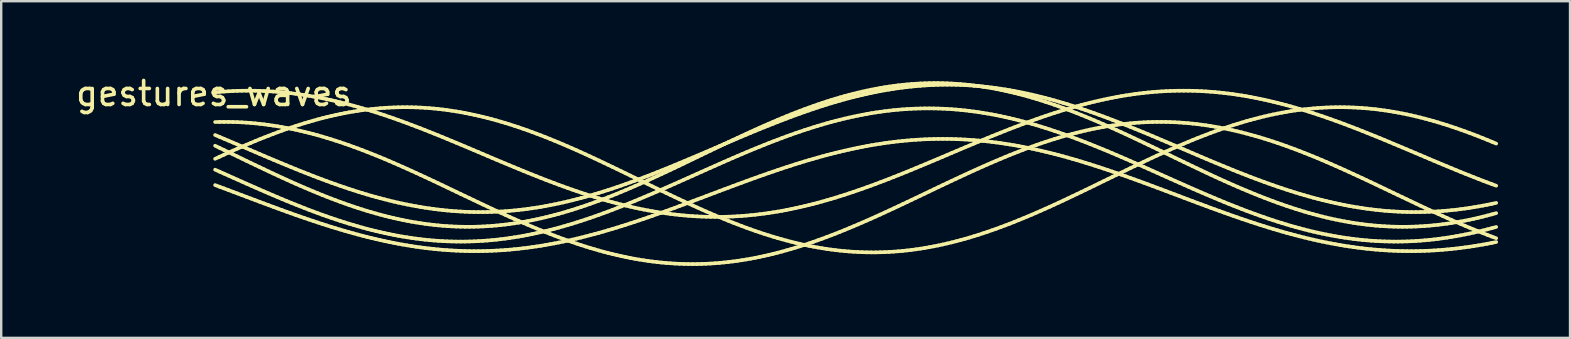
<source format=kicad_pcb>
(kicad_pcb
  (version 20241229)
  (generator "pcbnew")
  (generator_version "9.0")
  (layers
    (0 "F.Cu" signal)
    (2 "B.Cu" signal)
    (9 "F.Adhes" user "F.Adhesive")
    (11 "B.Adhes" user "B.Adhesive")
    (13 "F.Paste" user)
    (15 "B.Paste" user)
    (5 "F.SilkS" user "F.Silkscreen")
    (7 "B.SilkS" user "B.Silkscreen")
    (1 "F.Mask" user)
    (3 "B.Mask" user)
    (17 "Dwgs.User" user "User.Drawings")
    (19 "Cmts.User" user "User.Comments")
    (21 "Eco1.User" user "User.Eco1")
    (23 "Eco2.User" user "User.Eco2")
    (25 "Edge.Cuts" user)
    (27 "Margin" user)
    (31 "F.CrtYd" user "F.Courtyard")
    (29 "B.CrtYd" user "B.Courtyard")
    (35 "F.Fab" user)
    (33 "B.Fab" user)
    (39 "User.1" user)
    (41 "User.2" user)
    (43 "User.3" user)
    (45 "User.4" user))
  (footprint "gestures_waves"
    (layer "F.Cu")
    (at 5.863 0.348)
    (property "Reference" "gestures_waves" (at 0 0.5 0) (layer "F.SilkS") (effects (font (size 1 1) (thickness 0.15))))
    (attr through_hole)
    (fp_line (start 0.048 0.447) (end 0.234 0.431) (stroke (width 0.15) (type solid)) (layer "F.SilkS"))
    (fp_line (start 0.048 1.687) (end 0.234 1.683) (stroke (width 0.15) (type solid)) (layer "F.SilkS"))
    (fp_line (start 0.048 2.227) (end 0.234 2.305) (stroke (width 0.15) (type solid)) (layer "F.SilkS"))
    (fp_line (start 0.048 2.673) (end 0.234 2.763) (stroke (width 0.15) (type solid)) (layer "F.SilkS"))
    (fp_line (start 0.048 3.22) (end 0.234 3.133) (stroke (width 0.15) (type solid)) (layer "F.SilkS"))
    (fp_line (start 0.048 3.671) (end 0.234 3.754) (stroke (width 0.15) (type solid)) (layer "F.SilkS"))
    (fp_line (start 0.048 4.313) (end 0.234 4.383) (stroke (width 0.15) (type solid)) (layer "F.SilkS"))
    (fp_line (start 0.234 0.431) (end 0.42 0.417) (stroke (width 0.15) (type solid)) (layer "F.SilkS"))
    (fp_line (start 0.234 1.683) (end 0.42 1.681) (stroke (width 0.15) (type solid)) (layer "F.SilkS"))
    (fp_line (start 0.234 2.305) (end 0.42 2.384) (stroke (width 0.15) (type solid)) (layer "F.SilkS"))
    (fp_line (start 0.234 2.763) (end 0.42 2.852) (stroke (width 0.15) (type solid)) (layer "F.SilkS"))
    (fp_line (start 0.234 3.133) (end 0.42 3.048) (stroke (width 0.15) (type solid)) (layer "F.SilkS"))
    (fp_line (start 0.234 3.754) (end 0.42 3.837) (stroke (width 0.15) (type solid)) (layer "F.SilkS"))
    (fp_line (start 0.234 4.383) (end 0.42 4.452) (stroke (width 0.15) (type solid)) (layer "F.SilkS"))
    (fp_line (start 0.42 0.417) (end 0.606 0.405) (stroke (width 0.15) (type solid)) (layer "F.SilkS"))
    (fp_line (start 0.42 1.681) (end 0.606 1.682) (stroke (width 0.15) (type solid)) (layer "F.SilkS"))
    (fp_line (start 0.42 2.384) (end 0.606 2.462) (stroke (width 0.15) (type solid)) (layer "F.SilkS"))
    (fp_line (start 0.42 2.852) (end 0.606 2.942) (stroke (width 0.15) (type solid)) (layer "F.SilkS"))
    (fp_line (start 0.42 3.048) (end 0.606 2.963) (stroke (width 0.15) (type solid)) (layer "F.SilkS"))
    (fp_line (start 0.42 3.837) (end 0.606 3.92) (stroke (width 0.15) (type solid)) (layer "F.SilkS"))
    (fp_line (start 0.42 4.452) (end 0.606 4.522) (stroke (width 0.15) (type solid)) (layer "F.SilkS"))
    (fp_line (start 0.606 0.405) (end 0.792 0.395) (stroke (width 0.15) (type solid)) (layer "F.SilkS"))
    (fp_line (start 0.606 1.682) (end 0.792 1.685) (stroke (width 0.15) (type solid)) (layer "F.SilkS"))
    (fp_line (start 0.606 2.462) (end 0.792 2.542) (stroke (width 0.15) (type solid)) (layer "F.SilkS"))
    (fp_line (start 0.606 2.942) (end 0.792 3.032) (stroke (width 0.15) (type solid)) (layer "F.SilkS"))
    (fp_line (start 0.606 2.963) (end 0.792 2.879) (stroke (width 0.15) (type solid)) (layer "F.SilkS"))
    (fp_line (start 0.606 3.92) (end 0.792 4.003) (stroke (width 0.15) (type solid)) (layer "F.SilkS"))
    (fp_line (start 0.606 4.522) (end 0.792 4.592) (stroke (width 0.15) (type solid)) (layer "F.SilkS"))
    (fp_line (start 0.792 0.395) (end 0.978 0.388) (stroke (width 0.15) (type solid)) (layer "F.SilkS"))
    (fp_line (start 0.792 1.685) (end 0.978 1.691) (stroke (width 0.15) (type solid)) (layer "F.SilkS"))
    (fp_line (start 0.792 2.542) (end 0.978 2.621) (stroke (width 0.15) (type solid)) (layer "F.SilkS"))
    (fp_line (start 0.792 2.879) (end 0.978 2.797) (stroke (width 0.15) (type solid)) (layer "F.SilkS"))
    (fp_line (start 0.792 3.032) (end 0.978 3.121) (stroke (width 0.15) (type solid)) (layer "F.SilkS"))
    (fp_line (start 0.792 4.003) (end 0.978 4.086) (stroke (width 0.15) (type solid)) (layer "F.SilkS"))
    (fp_line (start 0.792 4.592) (end 0.978 4.662) (stroke (width 0.15) (type solid)) (layer "F.SilkS"))
    (fp_line (start 0.978 0.388) (end 1.164 0.383) (stroke (width 0.15) (type solid)) (layer "F.SilkS"))
    (fp_line (start 0.978 1.691) (end 1.164 1.7) (stroke (width 0.15) (type solid)) (layer "F.SilkS"))
    (fp_line (start 0.978 2.621) (end 1.164 2.701) (stroke (width 0.15) (type solid)) (layer "F.SilkS"))
    (fp_line (start 0.978 2.797) (end 1.164 2.716) (stroke (width 0.15) (type solid)) (layer "F.SilkS"))
    (fp_line (start 0.978 3.121) (end 1.164 3.211) (stroke (width 0.15) (type solid)) (layer "F.SilkS"))
    (fp_line (start 0.978 4.086) (end 1.164 4.169) (stroke (width 0.15) (type solid)) (layer "F.SilkS"))
    (fp_line (start 0.978 4.662) (end 1.164 4.732) (stroke (width 0.15) (type solid)) (layer "F.SilkS"))
    (fp_line (start 1.164 0.383) (end 1.35 0.381) (stroke (width 0.15) (type solid)) (layer "F.SilkS"))
    (fp_line (start 1.164 1.7) (end 1.35 1.711) (stroke (width 0.15) (type solid)) (layer "F.SilkS"))
    (fp_line (start 1.164 2.701) (end 1.35 2.78) (stroke (width 0.15) (type solid)) (layer "F.SilkS"))
    (fp_line (start 1.164 2.716) (end 1.35 2.635) (stroke (width 0.15) (type solid)) (layer "F.SilkS"))
    (fp_line (start 1.164 3.211) (end 1.35 3.301) (stroke (width 0.15) (type solid)) (layer "F.SilkS"))
    (fp_line (start 1.164 4.169) (end 1.35 4.252) (stroke (width 0.15) (type solid)) (layer "F.SilkS"))
    (fp_line (start 1.164 4.732) (end 1.35 4.802) (stroke (width 0.15) (type solid)) (layer "F.SilkS"))
    (fp_line (start 1.35 0.381) (end 1.536 0.381) (stroke (width 0.15) (type solid)) (layer "F.SilkS"))
    (fp_line (start 1.35 1.711) (end 1.536 1.725) (stroke (width 0.15) (type solid)) (layer "F.SilkS"))
    (fp_line (start 1.35 2.635) (end 1.536 2.557) (stroke (width 0.15) (type solid)) (layer "F.SilkS"))
    (fp_line (start 1.35 2.78) (end 1.536 2.86) (stroke (width 0.15) (type solid)) (layer "F.SilkS"))
    (fp_line (start 1.35 3.301) (end 1.536 3.39) (stroke (width 0.15) (type solid)) (layer "F.SilkS"))
    (fp_line (start 1.35 4.252) (end 1.536 4.334) (stroke (width 0.15) (type solid)) (layer "F.SilkS"))
    (fp_line (start 1.35 4.802) (end 1.536 4.872) (stroke (width 0.15) (type solid)) (layer "F.SilkS"))
    (fp_line (start 1.536 0.381) (end 1.722 0.383) (stroke (width 0.15) (type solid)) (layer "F.SilkS"))
    (fp_line (start 1.536 1.725) (end 1.722 1.742) (stroke (width 0.15) (type solid)) (layer "F.SilkS"))
    (fp_line (start 1.536 2.557) (end 1.722 2.479) (stroke (width 0.15) (type solid)) (layer "F.SilkS"))
    (fp_line (start 1.536 2.86) (end 1.722 2.939) (stroke (width 0.15) (type solid)) (layer "F.SilkS"))
    (fp_line (start 1.536 3.39) (end 1.722 3.479) (stroke (width 0.15) (type solid)) (layer "F.SilkS"))
    (fp_line (start 1.536 4.334) (end 1.722 4.416) (stroke (width 0.15) (type solid)) (layer "F.SilkS"))
    (fp_line (start 1.536 4.872) (end 1.722 4.942) (stroke (width 0.15) (type solid)) (layer "F.SilkS"))
    (fp_line (start 1.722 0.383) (end 1.908 0.388) (stroke (width 0.15) (type solid)) (layer "F.SilkS"))
    (fp_line (start 1.722 1.742) (end 1.908 1.761) (stroke (width 0.15) (type solid)) (layer "F.SilkS"))
    (fp_line (start 1.722 2.479) (end 1.908 2.403) (stroke (width 0.15) (type solid)) (layer "F.SilkS"))
    (fp_line (start 1.722 2.939) (end 1.908 3.019) (stroke (width 0.15) (type solid)) (layer "F.SilkS"))
    (fp_line (start 1.722 3.479) (end 1.908 3.568) (stroke (width 0.15) (type solid)) (layer "F.SilkS"))
    (fp_line (start 1.722 4.416) (end 1.908 4.498) (stroke (width 0.15) (type solid)) (layer "F.SilkS"))
    (fp_line (start 1.722 4.942) (end 1.908 5.012) (stroke (width 0.15) (type solid)) (layer "F.SilkS"))
    (fp_line (start 1.908 0.388) (end 2.094 0.395) (stroke (width 0.15) (type solid)) (layer "F.SilkS"))
    (fp_line (start 1.908 1.761) (end 2.094 1.783) (stroke (width 0.15) (type solid)) (layer "F.SilkS"))
    (fp_line (start 1.908 2.403) (end 2.094 2.329) (stroke (width 0.15) (type solid)) (layer "F.SilkS"))
    (fp_line (start 1.908 3.019) (end 2.094 3.098) (stroke (width 0.15) (type solid)) (layer "F.SilkS"))
    (fp_line (start 1.908 3.568) (end 2.094 3.656) (stroke (width 0.15) (type solid)) (layer "F.SilkS"))
    (fp_line (start 1.908 4.498) (end 2.094 4.579) (stroke (width 0.15) (type solid)) (layer "F.SilkS"))
    (fp_line (start 1.908 5.012) (end 2.094 5.081) (stroke (width 0.15) (type solid)) (layer "F.SilkS"))
    (fp_line (start 2.094 0.395) (end 2.28 0.404) (stroke (width 0.15) (type solid)) (layer "F.SilkS"))
    (fp_line (start 2.094 1.783) (end 2.28 1.808) (stroke (width 0.15) (type solid)) (layer "F.SilkS"))
    (fp_line (start 2.094 2.329) (end 2.28 2.256) (stroke (width 0.15) (type solid)) (layer "F.SilkS"))
    (fp_line (start 2.094 3.098) (end 2.28 3.177) (stroke (width 0.15) (type solid)) (layer "F.SilkS"))
    (fp_line (start 2.094 3.656) (end 2.28 3.744) (stroke (width 0.15) (type solid)) (layer "F.SilkS"))
    (fp_line (start 2.094 4.579) (end 2.28 4.659) (stroke (width 0.15) (type solid)) (layer "F.SilkS"))
    (fp_line (start 2.094 5.081) (end 2.28 5.151) (stroke (width 0.15) (type solid)) (layer "F.SilkS"))
    (fp_line (start 2.28 0.404) (end 2.466 0.416) (stroke (width 0.15) (type solid)) (layer "F.SilkS"))
    (fp_line (start 2.28 1.808) (end 2.466 1.835) (stroke (width 0.15) (type solid)) (layer "F.SilkS"))
    (fp_line (start 2.28 2.256) (end 2.466 2.185) (stroke (width 0.15) (type solid)) (layer "F.SilkS"))
    (fp_line (start 2.28 3.177) (end 2.466 3.255) (stroke (width 0.15) (type solid)) (layer "F.SilkS"))
    (fp_line (start 2.28 3.744) (end 2.466 3.831) (stroke (width 0.15) (type solid)) (layer "F.SilkS"))
    (fp_line (start 2.28 4.659) (end 2.466 4.739) (stroke (width 0.15) (type solid)) (layer "F.SilkS"))
    (fp_line (start 2.28 5.151) (end 2.466 5.219) (stroke (width 0.15) (type solid)) (layer "F.SilkS"))
    (fp_line (start 2.466 0.416) (end 2.652 0.43) (stroke (width 0.15) (type solid)) (layer "F.SilkS"))
    (fp_line (start 2.466 1.835) (end 2.652 1.864) (stroke (width 0.15) (type solid)) (layer "F.SilkS"))
    (fp_line (start 2.466 2.185) (end 2.652 2.115) (stroke (width 0.15) (type solid)) (layer "F.SilkS"))
    (fp_line (start 2.466 3.255) (end 2.652 3.333) (stroke (width 0.15) (type solid)) (layer "F.SilkS"))
    (fp_line (start 2.466 3.831) (end 2.652 3.917) (stroke (width 0.15) (type solid)) (layer "F.SilkS"))
    (fp_line (start 2.466 4.739) (end 2.652 4.818) (stroke (width 0.15) (type solid)) (layer "F.SilkS"))
    (fp_line (start 2.466 5.219) (end 2.652 5.288) (stroke (width 0.15) (type solid)) (layer "F.SilkS"))
    (fp_line (start 2.652 0.43) (end 2.838 0.446) (stroke (width 0.15) (type solid)) (layer "F.SilkS"))
    (fp_line (start 2.652 1.864) (end 2.838 1.896) (stroke (width 0.15) (type solid)) (layer "F.SilkS"))
    (fp_line (start 2.652 2.115) (end 2.838 2.047) (stroke (width 0.15) (type solid)) (layer "F.SilkS"))
    (fp_line (start 2.652 3.333) (end 2.838 3.411) (stroke (width 0.15) (type solid)) (layer "F.SilkS"))
    (fp_line (start 2.652 3.917) (end 2.838 4.003) (stroke (width 0.15) (type solid)) (layer "F.SilkS"))
    (fp_line (start 2.652 4.818) (end 2.838 4.896) (stroke (width 0.15) (type solid)) (layer "F.SilkS"))
    (fp_line (start 2.652 5.288) (end 2.838 5.356) (stroke (width 0.15) (type solid)) (layer "F.SilkS"))
    (fp_line (start 2.838 0.446) (end 3.024 0.465) (stroke (width 0.15) (type solid)) (layer "F.SilkS"))
    (fp_line (start 2.838 1.896) (end 3.024 1.931) (stroke (width 0.15) (type solid)) (layer "F.SilkS"))
    (fp_line (start 2.838 2.047) (end 3.024 1.981) (stroke (width 0.15) (type solid)) (layer "F.SilkS"))
    (fp_line (start 2.838 3.411) (end 3.024 3.488) (stroke (width 0.15) (type solid)) (layer "F.SilkS"))
    (fp_line (start 2.838 4.003) (end 3.024 4.088) (stroke (width 0.15) (type solid)) (layer "F.SilkS"))
    (fp_line (start 2.838 4.896) (end 3.024 4.973) (stroke (width 0.15) (type solid)) (layer "F.SilkS"))
    (fp_line (start 2.838 5.356) (end 3.024 5.423) (stroke (width 0.15) (type solid)) (layer "F.SilkS"))
    (fp_line (start 3.024 0.465) (end 3.21 0.486) (stroke (width 0.15) (type solid)) (layer "F.SilkS"))
    (fp_line (start 3.024 1.931) (end 3.21 1.968) (stroke (width 0.15) (type solid)) (layer "F.SilkS"))
    (fp_line (start 3.024 1.981) (end 3.21 1.917) (stroke (width 0.15) (type solid)) (layer "F.SilkS"))
    (fp_line (start 3.024 3.488) (end 3.21 3.564) (stroke (width 0.15) (type solid)) (layer "F.SilkS"))
    (fp_line (start 3.024 4.088) (end 3.21 4.172) (stroke (width 0.15) (type solid)) (layer "F.SilkS"))
    (fp_line (start 3.024 4.973) (end 3.21 5.049) (stroke (width 0.15) (type solid)) (layer "F.SilkS"))
    (fp_line (start 3.024 5.423) (end 3.21 5.49) (stroke (width 0.15) (type solid)) (layer "F.SilkS"))
    (fp_line (start 3.21 0.486) (end 3.396 0.509) (stroke (width 0.15) (type solid)) (layer "F.SilkS"))
    (fp_line (start 3.21 1.917) (end 3.396 1.855) (stroke (width 0.15) (type solid)) (layer "F.SilkS"))
    (fp_line (start 3.21 1.968) (end 3.396 2.007) (stroke (width 0.15) (type solid)) (layer "F.SilkS"))
    (fp_line (start 3.21 3.564) (end 3.396 3.64) (stroke (width 0.15) (type solid)) (layer "F.SilkS"))
    (fp_line (start 3.21 4.172) (end 3.396 4.255) (stroke (width 0.15) (type solid)) (layer "F.SilkS"))
    (fp_line (start 3.21 5.049) (end 3.396 5.124) (stroke (width 0.15) (type solid)) (layer "F.SilkS"))
    (fp_line (start 3.21 5.49) (end 3.396 5.556) (stroke (width 0.15) (type solid)) (layer "F.SilkS"))
    (fp_line (start 3.396 0.509) (end 3.582 0.535) (stroke (width 0.15) (type solid)) (layer "F.SilkS"))
    (fp_line (start 3.396 1.855) (end 3.582 1.795) (stroke (width 0.15) (type solid)) (layer "F.SilkS"))
    (fp_line (start 3.396 2.007) (end 3.582 2.049) (stroke (width 0.15) (type solid)) (layer "F.SilkS"))
    (fp_line (start 3.396 3.64) (end 3.582 3.715) (stroke (width 0.15) (type solid)) (layer "F.SilkS"))
    (fp_line (start 3.396 4.255) (end 3.582 4.336) (stroke (width 0.15) (type solid)) (layer "F.SilkS"))
    (fp_line (start 3.396 5.124) (end 3.582 5.198) (stroke (width 0.15) (type solid)) (layer "F.SilkS"))
    (fp_line (start 3.396 5.556) (end 3.582 5.621) (stroke (width 0.15) (type solid)) (layer "F.SilkS"))
    (fp_line (start 3.582 0.535) (end 3.768 0.563) (stroke (width 0.15) (type solid)) (layer "F.SilkS"))
    (fp_line (start 3.582 1.795) (end 3.768 1.737) (stroke (width 0.15) (type solid)) (layer "F.SilkS"))
    (fp_line (start 3.582 2.049) (end 3.768 2.093) (stroke (width 0.15) (type solid)) (layer "F.SilkS"))
    (fp_line (start 3.582 3.715) (end 3.768 3.789) (stroke (width 0.15) (type solid)) (layer "F.SilkS"))
    (fp_line (start 3.582 4.336) (end 3.768 4.417) (stroke (width 0.15) (type solid)) (layer "F.SilkS"))
    (fp_line (start 3.582 5.198) (end 3.768 5.271) (stroke (width 0.15) (type solid)) (layer "F.SilkS"))
    (fp_line (start 3.582 5.621) (end 3.768 5.685) (stroke (width 0.15) (type solid)) (layer "F.SilkS"))
    (fp_line (start 3.768 0.563) (end 3.954 0.593) (stroke (width 0.15) (type solid)) (layer "F.SilkS"))
    (fp_line (start 3.768 1.737) (end 3.954 1.682) (stroke (width 0.15) (type solid)) (layer "F.SilkS"))
    (fp_line (start 3.768 2.093) (end 3.954 2.139) (stroke (width 0.15) (type solid)) (layer "F.SilkS"))
    (fp_line (start 3.768 3.789) (end 3.954 3.862) (stroke (width 0.15) (type solid)) (layer "F.SilkS"))
    (fp_line (start 3.768 4.417) (end 3.954 4.496) (stroke (width 0.15) (type solid)) (layer "F.SilkS"))
    (fp_line (start 3.768 5.271) (end 3.954 5.343) (stroke (width 0.15) (type solid)) (layer "F.SilkS"))
    (fp_line (start 3.768 5.685) (end 3.954 5.749) (stroke (width 0.15) (type solid)) (layer "F.SilkS"))
    (fp_line (start 3.954 0.593) (end 4.14 0.625) (stroke (width 0.15) (type solid)) (layer "F.SilkS"))
    (fp_line (start 3.954 1.682) (end 4.14 1.628) (stroke (width 0.15) (type solid)) (layer "F.SilkS"))
    (fp_line (start 3.954 2.139) (end 4.14 2.188) (stroke (width 0.15) (type solid)) (layer "F.SilkS"))
    (fp_line (start 3.954 3.862) (end 4.14 3.935) (stroke (width 0.15) (type solid)) (layer "F.SilkS"))
    (fp_line (start 3.954 4.496) (end 4.14 4.575) (stroke (width 0.15) (type solid)) (layer "F.SilkS"))
    (fp_line (start 3.954 5.343) (end 4.14 5.413) (stroke (width 0.15) (type solid)) (layer "F.SilkS"))
    (fp_line (start 3.954 5.749) (end 4.14 5.811) (stroke (width 0.15) (type solid)) (layer "F.SilkS"))
    (fp_line (start 4.14 0.625) (end 4.326 0.659) (stroke (width 0.15) (type solid)) (layer "F.SilkS"))
    (fp_line (start 4.14 1.628) (end 4.326 1.576) (stroke (width 0.15) (type solid)) (layer "F.SilkS"))
    (fp_line (start 4.14 2.188) (end 4.326 2.238) (stroke (width 0.15) (type solid)) (layer "F.SilkS"))
    (fp_line (start 4.14 3.935) (end 4.326 4.006) (stroke (width 0.15) (type solid)) (layer "F.SilkS"))
    (fp_line (start 4.14 4.575) (end 4.326 4.651) (stroke (width 0.15) (type solid)) (layer "F.SilkS"))
    (fp_line (start 4.14 5.413) (end 4.326 5.482) (stroke (width 0.15) (type solid)) (layer "F.SilkS"))
    (fp_line (start 4.14 5.811) (end 4.326 5.873) (stroke (width 0.15) (type solid)) (layer "F.SilkS"))
    (fp_line (start 4.326 0.659) (end 4.512 0.695) (stroke (width 0.15) (type solid)) (layer "F.SilkS"))
    (fp_line (start 4.326 1.576) (end 4.512 1.527) (stroke (width 0.15) (type solid)) (layer "F.SilkS"))
    (fp_line (start 4.326 2.238) (end 4.512 2.291) (stroke (width 0.15) (type solid)) (layer "F.SilkS"))
    (fp_line (start 4.326 4.006) (end 4.512 4.076) (stroke (width 0.15) (type solid)) (layer "F.SilkS"))
    (fp_line (start 4.326 4.651) (end 4.512 4.727) (stroke (width 0.15) (type solid)) (layer "F.SilkS"))
    (fp_line (start 4.326 5.482) (end 4.512 5.55) (stroke (width 0.15) (type solid)) (layer "F.SilkS"))
    (fp_line (start 4.326 5.873) (end 4.512 5.934) (stroke (width 0.15) (type solid)) (layer "F.SilkS"))
    (fp_line (start 4.512 0.695) (end 4.698 0.734) (stroke (width 0.15) (type solid)) (layer "F.SilkS"))
    (fp_line (start 4.512 1.527) (end 4.698 1.48) (stroke (width 0.15) (type solid)) (layer "F.SilkS"))
    (fp_line (start 4.512 2.291) (end 4.698 2.347) (stroke (width 0.15) (type solid)) (layer "F.SilkS"))
    (fp_line (start 4.512 4.076) (end 4.698 4.145) (stroke (width 0.15) (type solid)) (layer "F.SilkS"))
    (fp_line (start 4.512 4.727) (end 4.698 4.8) (stroke (width 0.15) (type solid)) (layer "F.SilkS"))
    (fp_line (start 4.512 5.55) (end 4.698 5.616) (stroke (width 0.15) (type solid)) (layer "F.SilkS"))
    (fp_line (start 4.512 5.934) (end 4.698 5.993) (stroke (width 0.15) (type solid)) (layer "F.SilkS"))
    (fp_line (start 4.698 0.734) (end 4.884 0.774) (stroke (width 0.15) (type solid)) (layer "F.SilkS"))
    (fp_line (start 4.698 1.48) (end 4.884 1.436) (stroke (width 0.15) (type solid)) (layer "F.SilkS"))
    (fp_line (start 4.698 2.347) (end 4.884 2.404) (stroke (width 0.15) (type solid)) (layer "F.SilkS"))
    (fp_line (start 4.698 4.145) (end 4.884 4.213) (stroke (width 0.15) (type solid)) (layer "F.SilkS"))
    (fp_line (start 4.698 4.8) (end 4.884 4.873) (stroke (width 0.15) (type solid)) (layer "F.SilkS"))
    (fp_line (start 4.698 5.616) (end 4.884 5.68) (stroke (width 0.15) (type solid)) (layer "F.SilkS"))
    (fp_line (start 4.698 5.993) (end 4.884 6.052) (stroke (width 0.15) (type solid)) (layer "F.SilkS"))
    (fp_line (start 4.884 0.774) (end 5.07 0.817) (stroke (width 0.15) (type solid)) (layer "F.SilkS"))
    (fp_line (start 4.884 1.436) (end 5.07 1.394) (stroke (width 0.15) (type solid)) (layer "F.SilkS"))
    (fp_line (start 4.884 2.404) (end 5.07 2.463) (stroke (width 0.15) (type solid)) (layer "F.SilkS"))
    (fp_line (start 4.884 4.213) (end 5.07 4.279) (stroke (width 0.15) (type solid)) (layer "F.SilkS"))
    (fp_line (start 4.884 4.873) (end 5.07 4.943) (stroke (width 0.15) (type solid)) (layer "F.SilkS"))
    (fp_line (start 4.884 5.68) (end 5.07 5.743) (stroke (width 0.15) (type solid)) (layer "F.SilkS"))
    (fp_line (start 4.884 6.052) (end 5.07 6.109) (stroke (width 0.15) (type solid)) (layer "F.SilkS"))
    (fp_line (start 5.07 0.817) (end 5.256 0.861) (stroke (width 0.15) (type solid)) (layer "F.SilkS"))
    (fp_line (start 5.07 1.394) (end 5.256 1.354) (stroke (width 0.15) (type solid)) (layer "F.SilkS"))
    (fp_line (start 5.07 2.463) (end 5.256 2.524) (stroke (width 0.15) (type solid)) (layer "F.SilkS"))
    (fp_line (start 5.07 4.279) (end 5.256 4.344) (stroke (width 0.15) (type solid)) (layer "F.SilkS"))
    (fp_line (start 5.07 4.943) (end 5.256 5.012) (stroke (width 0.15) (type solid)) (layer "F.SilkS"))
    (fp_line (start 5.07 5.743) (end 5.256 5.804) (stroke (width 0.15) (type solid)) (layer "F.SilkS"))
    (fp_line (start 5.07 6.109) (end 5.256 6.165) (stroke (width 0.15) (type solid)) (layer "F.SilkS"))
    (fp_line (start 5.256 0.861) (end 5.442 0.908) (stroke (width 0.15) (type solid)) (layer "F.SilkS"))
    (fp_line (start 5.256 1.354) (end 5.442 1.317) (stroke (width 0.15) (type solid)) (layer "F.SilkS"))
    (fp_line (start 5.256 2.524) (end 5.442 2.587) (stroke (width 0.15) (type solid)) (layer "F.SilkS"))
    (fp_line (start 5.256 4.344) (end 5.442 4.408) (stroke (width 0.15) (type solid)) (layer "F.SilkS"))
    (fp_line (start 5.256 5.012) (end 5.442 5.079) (stroke (width 0.15) (type solid)) (layer "F.SilkS"))
    (fp_line (start 5.256 5.804) (end 5.442 5.864) (stroke (width 0.15) (type solid)) (layer "F.SilkS"))
    (fp_line (start 5.256 6.165) (end 5.442 6.219) (stroke (width 0.15) (type solid)) (layer "F.SilkS"))
    (fp_line (start 5.442 0.908) (end 5.628 0.956) (stroke (width 0.15) (type solid)) (layer "F.SilkS"))
    (fp_line (start 5.442 1.317) (end 5.628 1.282) (stroke (width 0.15) (type solid)) (layer "F.SilkS"))
    (fp_line (start 5.442 2.587) (end 5.628 2.652) (stroke (width 0.15) (type solid)) (layer "F.SilkS"))
    (fp_line (start 5.442 4.408) (end 5.628 4.47) (stroke (width 0.15) (type solid)) (layer "F.SilkS"))
    (fp_line (start 5.442 5.079) (end 5.628 5.145) (stroke (width 0.15) (type solid)) (layer "F.SilkS"))
    (fp_line (start 5.442 5.864) (end 5.628 5.922) (stroke (width 0.15) (type solid)) (layer "F.SilkS"))
    (fp_line (start 5.442 6.219) (end 5.628 6.273) (stroke (width 0.15) (type solid)) (layer "F.SilkS"))
    (fp_line (start 5.628 0.956) (end 5.814 1.006) (stroke (width 0.15) (type solid)) (layer "F.SilkS"))
    (fp_line (start 5.628 1.282) (end 5.814 1.25) (stroke (width 0.15) (type solid)) (layer "F.SilkS"))
    (fp_line (start 5.628 2.652) (end 5.814 2.719) (stroke (width 0.15) (type solid)) (layer "F.SilkS"))
    (fp_line (start 5.628 4.47) (end 5.814 4.531) (stroke (width 0.15) (type solid)) (layer "F.SilkS"))
    (fp_line (start 5.628 5.145) (end 5.814 5.208) (stroke (width 0.15) (type solid)) (layer "F.SilkS"))
    (fp_line (start 5.628 5.922) (end 5.814 5.977) (stroke (width 0.15) (type solid)) (layer "F.SilkS"))
    (fp_line (start 5.628 6.273) (end 5.814 6.325) (stroke (width 0.15) (type solid)) (layer "F.SilkS"))
    (fp_line (start 5.814 1.006) (end 6 1.058) (stroke (width 0.15) (type solid)) (layer "F.SilkS"))
    (fp_line (start 5.814 1.25) (end 6 1.22) (stroke (width 0.15) (type solid)) (layer "F.SilkS"))
    (fp_line (start 5.814 2.719) (end 6 2.787) (stroke (width 0.15) (type solid)) (layer "F.SilkS"))
    (fp_line (start 5.814 4.531) (end 6 4.59) (stroke (width 0.15) (type solid)) (layer "F.SilkS"))
    (fp_line (start 5.814 5.208) (end 6 5.27) (stroke (width 0.15) (type solid)) (layer "F.SilkS"))
    (fp_line (start 5.814 5.977) (end 6 6.032) (stroke (width 0.15) (type solid)) (layer "F.SilkS"))
    (fp_line (start 5.814 6.325) (end 6 6.375) (stroke (width 0.15) (type solid)) (layer "F.SilkS"))
    (fp_line (start 6 1.058) (end 6.186 1.112) (stroke (width 0.15) (type solid)) (layer "F.SilkS"))
    (fp_line (start 6 1.22) (end 6.186 1.193) (stroke (width 0.15) (type solid)) (layer "F.SilkS"))
    (fp_line (start 6 2.787) (end 6.186 2.857) (stroke (width 0.15) (type solid)) (layer "F.SilkS"))
    (fp_line (start 6 4.59) (end 6.186 4.648) (stroke (width 0.15) (type solid)) (layer "F.SilkS"))
    (fp_line (start 6 5.27) (end 6.186 5.329) (stroke (width 0.15) (type solid)) (layer "F.SilkS"))
    (fp_line (start 6 6.032) (end 6.186 6.084) (stroke (width 0.15) (type solid)) (layer "F.SilkS"))
    (fp_line (start 6 6.375) (end 6.186 6.424) (stroke (width 0.15) (type solid)) (layer "F.SilkS"))
    (fp_line (start 6.186 1.112) (end 6.372 1.167) (stroke (width 0.15) (type solid)) (layer "F.SilkS"))
    (fp_line (start 6.186 1.193) (end 6.372 1.169) (stroke (width 0.15) (type solid)) (layer "F.SilkS"))
    (fp_line (start 6.186 2.857) (end 6.372 2.929) (stroke (width 0.15) (type solid)) (layer "F.SilkS"))
    (fp_line (start 6.186 4.648) (end 6.372 4.704) (stroke (width 0.15) (type solid)) (layer "F.SilkS"))
    (fp_line (start 6.186 5.329) (end 6.372 5.387) (stroke (width 0.15) (type solid)) (layer "F.SilkS"))
    (fp_line (start 6.186 6.084) (end 6.372 6.134) (stroke (width 0.15) (type solid)) (layer "F.SilkS"))
    (fp_line (start 6.186 6.424) (end 6.372 6.472) (stroke (width 0.15) (type solid)) (layer "F.SilkS"))
    (fp_line (start 6.372 1.167) (end 6.558 1.225) (stroke (width 0.15) (type solid)) (layer "F.SilkS"))
    (fp_line (start 6.372 1.169) (end 6.558 1.147) (stroke (width 0.15) (type solid)) (layer "F.SilkS"))
    (fp_line (start 6.372 2.929) (end 6.558 3.002) (stroke (width 0.15) (type solid)) (layer "F.SilkS"))
    (fp_line (start 6.372 4.704) (end 6.558 4.758) (stroke (width 0.15) (type solid)) (layer "F.SilkS"))
    (fp_line (start 6.372 5.387) (end 6.558 5.442) (stroke (width 0.15) (type solid)) (layer "F.SilkS"))
    (fp_line (start 6.372 6.134) (end 6.558 6.182) (stroke (width 0.15) (type solid)) (layer "F.SilkS"))
    (fp_line (start 6.372 6.472) (end 6.558 6.518) (stroke (width 0.15) (type solid)) (layer "F.SilkS"))
    (fp_line (start 6.558 1.147) (end 6.744 1.128) (stroke (width 0.15) (type solid)) (layer "F.SilkS"))
    (fp_line (start 6.558 1.225) (end 6.744 1.283) (stroke (width 0.15) (type solid)) (layer "F.SilkS"))
    (fp_line (start 6.558 3.002) (end 6.744 3.077) (stroke (width 0.15) (type solid)) (layer "F.SilkS"))
    (fp_line (start 6.558 4.758) (end 6.744 4.81) (stroke (width 0.15) (type solid)) (layer "F.SilkS"))
    (fp_line (start 6.558 5.442) (end 6.744 5.495) (stroke (width 0.15) (type solid)) (layer "F.SilkS"))
    (fp_line (start 6.558 6.182) (end 6.744 6.228) (stroke (width 0.15) (type solid)) (layer "F.SilkS"))
    (fp_line (start 6.558 6.518) (end 6.744 6.562) (stroke (width 0.15) (type solid)) (layer "F.SilkS"))
    (fp_line (start 6.744 1.128) (end 6.93 1.111) (stroke (width 0.15) (type solid)) (layer "F.SilkS"))
    (fp_line (start 6.744 1.283) (end 6.93 1.343) (stroke (width 0.15) (type solid)) (layer "F.SilkS"))
    (fp_line (start 6.744 3.077) (end 6.93 3.153) (stroke (width 0.15) (type solid)) (layer "F.SilkS"))
    (fp_line (start 6.744 4.81) (end 6.93 4.861) (stroke (width 0.15) (type solid)) (layer "F.SilkS"))
    (fp_line (start 6.744 5.495) (end 6.93 5.546) (stroke (width 0.15) (type solid)) (layer "F.SilkS"))
    (fp_line (start 6.744 6.228) (end 6.93 6.272) (stroke (width 0.15) (type solid)) (layer "F.SilkS"))
    (fp_line (start 6.744 6.562) (end 6.93 6.605) (stroke (width 0.15) (type solid)) (layer "F.SilkS"))
    (fp_line (start 6.93 1.111) (end 7.116 1.097) (stroke (width 0.15) (type solid)) (layer "F.SilkS"))
    (fp_line (start 6.93 1.343) (end 7.116 1.405) (stroke (width 0.15) (type solid)) (layer "F.SilkS"))
    (fp_line (start 6.93 3.153) (end 7.116 3.23) (stroke (width 0.15) (type solid)) (layer "F.SilkS"))
    (fp_line (start 6.93 4.861) (end 7.116 4.909) (stroke (width 0.15) (type solid)) (layer "F.SilkS"))
    (fp_line (start 6.93 5.546) (end 7.116 5.595) (stroke (width 0.15) (type solid)) (layer "F.SilkS"))
    (fp_line (start 6.93 6.272) (end 7.116 6.314) (stroke (width 0.15) (type solid)) (layer "F.SilkS"))
    (fp_line (start 6.93 6.605) (end 7.116 6.646) (stroke (width 0.15) (type solid)) (layer "F.SilkS"))
    (fp_line (start 7.116 1.097) (end 7.302 1.086) (stroke (width 0.15) (type solid)) (layer "F.SilkS"))
    (fp_line (start 7.116 1.405) (end 7.302 1.468) (stroke (width 0.15) (type solid)) (layer "F.SilkS"))
    (fp_line (start 7.116 3.23) (end 7.302 3.309) (stroke (width 0.15) (type solid)) (layer "F.SilkS"))
    (fp_line (start 7.116 4.909) (end 7.302 4.956) (stroke (width 0.15) (type solid)) (layer "F.SilkS"))
    (fp_line (start 7.116 5.595) (end 7.302 5.642) (stroke (width 0.15) (type solid)) (layer "F.SilkS"))
    (fp_line (start 7.116 6.314) (end 7.302 6.353) (stroke (width 0.15) (type solid)) (layer "F.SilkS"))
    (fp_line (start 7.116 6.646) (end 7.302 6.685) (stroke (width 0.15) (type solid)) (layer "F.SilkS"))
    (fp_line (start 7.302 1.086) (end 7.488 1.078) (stroke (width 0.15) (type solid)) (layer "F.SilkS"))
    (fp_line (start 7.302 1.468) (end 7.488 1.533) (stroke (width 0.15) (type solid)) (layer "F.SilkS"))
    (fp_line (start 7.302 3.309) (end 7.488 3.389) (stroke (width 0.15) (type solid)) (layer "F.SilkS"))
    (fp_line (start 7.302 4.956) (end 7.488 5.001) (stroke (width 0.15) (type solid)) (layer "F.SilkS"))
    (fp_line (start 7.302 5.642) (end 7.488 5.686) (stroke (width 0.15) (type solid)) (layer "F.SilkS"))
    (fp_line (start 7.302 6.353) (end 7.488 6.391) (stroke (width 0.15) (type solid)) (layer "F.SilkS"))
    (fp_line (start 7.302 6.685) (end 7.488 6.722) (stroke (width 0.15) (type solid)) (layer "F.SilkS"))
    (fp_line (start 7.488 1.078) (end 7.674 1.072) (stroke (width 0.15) (type solid)) (layer "F.SilkS"))
    (fp_line (start 7.488 1.533) (end 7.674 1.599) (stroke (width 0.15) (type solid)) (layer "F.SilkS"))
    (fp_line (start 7.488 3.389) (end 7.674 3.47) (stroke (width 0.15) (type solid)) (layer "F.SilkS"))
    (fp_line (start 7.488 5.001) (end 7.674 5.044) (stroke (width 0.15) (type solid)) (layer "F.SilkS"))
    (fp_line (start 7.488 5.686) (end 7.674 5.728) (stroke (width 0.15) (type solid)) (layer "F.SilkS"))
    (fp_line (start 7.488 6.391) (end 7.674 6.426) (stroke (width 0.15) (type solid)) (layer "F.SilkS"))
    (fp_line (start 7.488 6.722) (end 7.674 6.758) (stroke (width 0.15) (type solid)) (layer "F.SilkS"))
    (fp_line (start 7.674 1.072) (end 7.86 1.069) (stroke (width 0.15) (type solid)) (layer "F.SilkS"))
    (fp_line (start 7.674 1.599) (end 7.86 1.666) (stroke (width 0.15) (type solid)) (layer "F.SilkS"))
    (fp_line (start 7.674 3.47) (end 7.86 3.552) (stroke (width 0.15) (type solid)) (layer "F.SilkS"))
    (fp_line (start 7.674 5.044) (end 7.86 5.084) (stroke (width 0.15) (type solid)) (layer "F.SilkS"))
    (fp_line (start 7.674 5.728) (end 7.86 5.767) (stroke (width 0.15) (type solid)) (layer "F.SilkS"))
    (fp_line (start 7.674 6.426) (end 7.86 6.459) (stroke (width 0.15) (type solid)) (layer "F.SilkS"))
    (fp_line (start 7.674 6.758) (end 7.86 6.792) (stroke (width 0.15) (type solid)) (layer "F.SilkS"))
    (fp_line (start 7.86 1.069) (end 8.046 1.069) (stroke (width 0.15) (type solid)) (layer "F.SilkS"))
    (fp_line (start 7.86 1.666) (end 8.046 1.735) (stroke (width 0.15) (type solid)) (layer "F.SilkS"))
    (fp_line (start 7.86 3.552) (end 8.046 3.635) (stroke (width 0.15) (type solid)) (layer "F.SilkS"))
    (fp_line (start 7.86 5.084) (end 8.046 5.123) (stroke (width 0.15) (type solid)) (layer "F.SilkS"))
    (fp_line (start 7.86 5.767) (end 8.046 5.804) (stroke (width 0.15) (type solid)) (layer "F.SilkS"))
    (fp_line (start 7.86 6.459) (end 8.046 6.489) (stroke (width 0.15) (type solid)) (layer "F.SilkS"))
    (fp_line (start 7.86 6.792) (end 8.046 6.824) (stroke (width 0.15) (type solid)) (layer "F.SilkS"))
    (fp_line (start 8.046 1.069) (end 8.232 1.071) (stroke (width 0.15) (type solid)) (layer "F.SilkS"))
    (fp_line (start 8.046 1.735) (end 8.232 1.804) (stroke (width 0.15) (type solid)) (layer "F.SilkS"))
    (fp_line (start 8.046 3.635) (end 8.232 3.719) (stroke (width 0.15) (type solid)) (layer "F.SilkS"))
    (fp_line (start 8.046 5.123) (end 8.232 5.16) (stroke (width 0.15) (type solid)) (layer "F.SilkS"))
    (fp_line (start 8.046 5.804) (end 8.232 5.839) (stroke (width 0.15) (type solid)) (layer "F.SilkS"))
    (fp_line (start 8.046 6.489) (end 8.232 6.517) (stroke (width 0.15) (type solid)) (layer "F.SilkS"))
    (fp_line (start 8.046 6.824) (end 8.232 6.854) (stroke (width 0.15) (type solid)) (layer "F.SilkS"))
    (fp_line (start 8.232 1.071) (end 8.418 1.076) (stroke (width 0.15) (type solid)) (layer "F.SilkS"))
    (fp_line (start 8.232 1.804) (end 8.418 1.875) (stroke (width 0.15) (type solid)) (layer "F.SilkS"))
    (fp_line (start 8.232 3.719) (end 8.418 3.804) (stroke (width 0.15) (type solid)) (layer "F.SilkS"))
    (fp_line (start 8.232 5.16) (end 8.418 5.194) (stroke (width 0.15) (type solid)) (layer "F.SilkS"))
    (fp_line (start 8.232 5.839) (end 8.418 5.871) (stroke (width 0.15) (type solid)) (layer "F.SilkS"))
    (fp_line (start 8.232 6.517) (end 8.418 6.543) (stroke (width 0.15) (type solid)) (layer "F.SilkS"))
    (fp_line (start 8.232 6.854) (end 8.418 6.882) (stroke (width 0.15) (type solid)) (layer "F.SilkS"))
    (fp_line (start 8.418 1.076) (end 8.604 1.084) (stroke (width 0.15) (type solid)) (layer "F.SilkS"))
    (fp_line (start 8.418 1.875) (end 8.604 1.946) (stroke (width 0.15) (type solid)) (layer "F.SilkS"))
    (fp_line (start 8.418 3.804) (end 8.604 3.89) (stroke (width 0.15) (type solid)) (layer "F.SilkS"))
    (fp_line (start 8.418 5.194) (end 8.604 5.226) (stroke (width 0.15) (type solid)) (layer "F.SilkS"))
    (fp_line (start 8.418 5.871) (end 8.604 5.9) (stroke (width 0.15) (type solid)) (layer "F.SilkS"))
    (fp_line (start 8.418 6.543) (end 8.604 6.567) (stroke (width 0.15) (type solid)) (layer "F.SilkS"))
    (fp_line (start 8.418 6.882) (end 8.604 6.909) (stroke (width 0.15) (type solid)) (layer "F.SilkS"))
    (fp_line (start 8.604 1.084) (end 8.79 1.095) (stroke (width 0.15) (type solid)) (layer "F.SilkS"))
    (fp_line (start 8.604 1.946) (end 8.79 2.019) (stroke (width 0.15) (type solid)) (layer "F.SilkS"))
    (fp_line (start 8.604 3.89) (end 8.79 3.976) (stroke (width 0.15) (type solid)) (layer "F.SilkS"))
    (fp_line (start 8.604 5.226) (end 8.79 5.256) (stroke (width 0.15) (type solid)) (layer "F.SilkS"))
    (fp_line (start 8.604 5.9) (end 8.79 5.927) (stroke (width 0.15) (type solid)) (layer "F.SilkS"))
    (fp_line (start 8.604 6.567) (end 8.79 6.588) (stroke (width 0.15) (type solid)) (layer "F.SilkS"))
    (fp_line (start 8.604 6.909) (end 8.79 6.933) (stroke (width 0.15) (type solid)) (layer "F.SilkS"))
    (fp_line (start 8.79 1.095) (end 8.976 1.108) (stroke (width 0.15) (type solid)) (layer "F.SilkS"))
    (fp_line (start 8.79 2.019) (end 8.976 2.092) (stroke (width 0.15) (type solid)) (layer "F.SilkS"))
    (fp_line (start 8.79 3.976) (end 8.976 4.063) (stroke (width 0.15) (type solid)) (layer "F.SilkS"))
    (fp_line (start 8.79 5.256) (end 8.976 5.284) (stroke (width 0.15) (type solid)) (layer "F.SilkS"))
    (fp_line (start 8.79 5.927) (end 8.976 5.952) (stroke (width 0.15) (type solid)) (layer "F.SilkS"))
    (fp_line (start 8.79 6.588) (end 8.976 6.607) (stroke (width 0.15) (type solid)) (layer "F.SilkS"))
    (fp_line (start 8.79 6.933) (end 8.976 6.955) (stroke (width 0.15) (type solid)) (layer "F.SilkS"))
    (fp_line (start 8.976 1.108) (end 9.162 1.124) (stroke (width 0.15) (type solid)) (layer "F.SilkS"))
    (fp_line (start 8.976 2.092) (end 9.162 2.167) (stroke (width 0.15) (type solid)) (layer "F.SilkS"))
    (fp_line (start 8.976 4.063) (end 9.162 4.15) (stroke (width 0.15) (type solid)) (layer "F.SilkS"))
    (fp_line (start 8.976 5.284) (end 9.162 5.31) (stroke (width 0.15) (type solid)) (layer "F.SilkS"))
    (fp_line (start 8.976 5.952) (end 9.162 5.973) (stroke (width 0.15) (type solid)) (layer "F.SilkS"))
    (fp_line (start 8.976 6.607) (end 9.162 6.623) (stroke (width 0.15) (type solid)) (layer "F.SilkS"))
    (fp_line (start 8.976 6.955) (end 9.162 6.975) (stroke (width 0.15) (type solid)) (layer "F.SilkS"))
    (fp_line (start 9.162 1.124) (end 9.348 1.143) (stroke (width 0.15) (type solid)) (layer "F.SilkS"))
    (fp_line (start 9.162 2.167) (end 9.348 2.242) (stroke (width 0.15) (type solid)) (layer "F.SilkS"))
    (fp_line (start 9.162 4.15) (end 9.348 4.238) (stroke (width 0.15) (type solid)) (layer "F.SilkS"))
    (fp_line (start 9.162 5.31) (end 9.348 5.333) (stroke (width 0.15) (type solid)) (layer "F.SilkS"))
    (fp_line (start 9.162 5.973) (end 9.348 5.993) (stroke (width 0.15) (type solid)) (layer "F.SilkS"))
    (fp_line (start 9.162 6.623) (end 9.348 6.637) (stroke (width 0.15) (type solid)) (layer "F.SilkS"))
    (fp_line (start 9.162 6.975) (end 9.348 6.994) (stroke (width 0.15) (type solid)) (layer "F.SilkS"))
    (fp_line (start 9.348 1.143) (end 9.534 1.164) (stroke (width 0.15) (type solid)) (layer "F.SilkS"))
    (fp_line (start 9.348 2.242) (end 9.534 2.318) (stroke (width 0.15) (type solid)) (layer "F.SilkS"))
    (fp_line (start 9.348 4.238) (end 9.534 4.326) (stroke (width 0.15) (type solid)) (layer "F.SilkS"))
    (fp_line (start 9.348 5.333) (end 9.534 5.354) (stroke (width 0.15) (type solid)) (layer "F.SilkS"))
    (fp_line (start 9.348 5.993) (end 9.534 6.009) (stroke (width 0.15) (type solid)) (layer "F.SilkS"))
    (fp_line (start 9.348 6.637) (end 9.534 6.648) (stroke (width 0.15) (type solid)) (layer "F.SilkS"))
    (fp_line (start 9.348 6.994) (end 9.534 7.01) (stroke (width 0.15) (type solid)) (layer "F.SilkS"))
    (fp_line (start 9.534 1.164) (end 9.719 1.188) (stroke (width 0.15) (type solid)) (layer "F.SilkS"))
    (fp_line (start 9.534 2.318) (end 9.719 2.394) (stroke (width 0.15) (type solid)) (layer "F.SilkS"))
    (fp_line (start 9.534 4.326) (end 9.719 4.415) (stroke (width 0.15) (type solid)) (layer "F.SilkS"))
    (fp_line (start 9.534 5.354) (end 9.719 5.373) (stroke (width 0.15) (type solid)) (layer "F.SilkS"))
    (fp_line (start 9.534 6.009) (end 9.719 6.023) (stroke (width 0.15) (type solid)) (layer "F.SilkS"))
    (fp_line (start 9.534 6.648) (end 9.719 6.657) (stroke (width 0.15) (type solid)) (layer "F.SilkS"))
    (fp_line (start 9.534 7.01) (end 9.719 7.024) (stroke (width 0.15) (type solid)) (layer "F.SilkS"))
    (fp_line (start 9.719 1.188) (end 9.905 1.215) (stroke (width 0.15) (type solid)) (layer "F.SilkS"))
    (fp_line (start 9.719 2.394) (end 9.905 2.471) (stroke (width 0.15) (type solid)) (layer "F.SilkS"))
    (fp_line (start 9.719 4.415) (end 9.905 4.503) (stroke (width 0.15) (type solid)) (layer "F.SilkS"))
    (fp_line (start 9.719 5.373) (end 9.905 5.39) (stroke (width 0.15) (type solid)) (layer "F.SilkS"))
    (fp_line (start 9.719 6.023) (end 9.905 6.034) (stroke (width 0.15) (type solid)) (layer "F.SilkS"))
    (fp_line (start 9.719 6.657) (end 9.905 6.663) (stroke (width 0.15) (type solid)) (layer "F.SilkS"))
    (fp_line (start 9.719 7.024) (end 9.905 7.036) (stroke (width 0.15) (type solid)) (layer "F.SilkS"))
    (fp_line (start 9.905 1.215) (end 10.091 1.244) (stroke (width 0.15) (type solid)) (layer "F.SilkS"))
    (fp_line (start 9.905 2.471) (end 10.091 2.548) (stroke (width 0.15) (type solid)) (layer "F.SilkS"))
    (fp_line (start 9.905 4.503) (end 10.091 4.592) (stroke (width 0.15) (type solid)) (layer "F.SilkS"))
    (fp_line (start 9.905 5.39) (end 10.091 5.404) (stroke (width 0.15) (type solid)) (layer "F.SilkS"))
    (fp_line (start 9.905 6.034) (end 10.091 6.043) (stroke (width 0.15) (type solid)) (layer "F.SilkS"))
    (fp_line (start 9.905 6.663) (end 10.091 6.667) (stroke (width 0.15) (type solid)) (layer "F.SilkS"))
    (fp_line (start 9.905 7.036) (end 10.091 7.046) (stroke (width 0.15) (type solid)) (layer "F.SilkS"))
    (fp_line (start 10.091 1.244) (end 10.277 1.276) (stroke (width 0.15) (type solid)) (layer "F.SilkS"))
    (fp_line (start 10.091 2.548) (end 10.277 2.626) (stroke (width 0.15) (type solid)) (layer "F.SilkS"))
    (fp_line (start 10.091 4.592) (end 10.277 4.681) (stroke (width 0.15) (type solid)) (layer "F.SilkS"))
    (fp_line (start 10.091 5.404) (end 10.277 5.415) (stroke (width 0.15) (type solid)) (layer "F.SilkS"))
    (fp_line (start 10.091 6.043) (end 10.277 6.048) (stroke (width 0.15) (type solid)) (layer "F.SilkS"))
    (fp_line (start 10.091 6.667) (end 10.277 6.668) (stroke (width 0.15) (type solid)) (layer "F.SilkS"))
    (fp_line (start 10.091 7.046) (end 10.277 7.054) (stroke (width 0.15) (type solid)) (layer "F.SilkS"))
    (fp_line (start 10.277 1.276) (end 10.463 1.31) (stroke (width 0.15) (type solid)) (layer "F.SilkS"))
    (fp_line (start 10.277 2.626) (end 10.463 2.704) (stroke (width 0.15) (type solid)) (layer "F.SilkS"))
    (fp_line (start 10.277 4.681) (end 10.463 4.77) (stroke (width 0.15) (type solid)) (layer "F.SilkS"))
    (fp_line (start 10.277 5.415) (end 10.463 5.425) (stroke (width 0.15) (type solid)) (layer "F.SilkS"))
    (fp_line (start 10.277 6.048) (end 10.463 6.051) (stroke (width 0.15) (type solid)) (layer "F.SilkS"))
    (fp_line (start 10.277 6.668) (end 10.463 6.667) (stroke (width 0.15) (type solid)) (layer "F.SilkS"))
    (fp_line (start 10.277 7.054) (end 10.463 7.06) (stroke (width 0.15) (type solid)) (layer "F.SilkS"))
    (fp_line (start 10.463 1.31) (end 10.649 1.347) (stroke (width 0.15) (type solid)) (layer "F.SilkS"))
    (fp_line (start 10.463 2.704) (end 10.649 2.783) (stroke (width 0.15) (type solid)) (layer "F.SilkS"))
    (fp_line (start 10.463 4.77) (end 10.649 4.858) (stroke (width 0.15) (type solid)) (layer "F.SilkS"))
    (fp_line (start 10.463 5.425) (end 10.649 5.432) (stroke (width 0.15) (type solid)) (layer "F.SilkS"))
    (fp_line (start 10.463 6.051) (end 10.649 6.052) (stroke (width 0.15) (type solid)) (layer "F.SilkS"))
    (fp_line (start 10.463 6.667) (end 10.649 6.663) (stroke (width 0.15) (type solid)) (layer "F.SilkS"))
    (fp_line (start 10.463 7.06) (end 10.649 7.064) (stroke (width 0.15) (type solid)) (layer "F.SilkS"))
    (fp_line (start 10.649 1.347) (end 10.835 1.386) (stroke (width 0.15) (type solid)) (layer "F.SilkS"))
    (fp_line (start 10.649 2.783) (end 10.835 2.862) (stroke (width 0.15) (type solid)) (layer "F.SilkS"))
    (fp_line (start 10.649 4.858) (end 10.835 4.947) (stroke (width 0.15) (type solid)) (layer "F.SilkS"))
    (fp_line (start 10.649 5.432) (end 10.835 5.436) (stroke (width 0.15) (type solid)) (layer "F.SilkS"))
    (fp_line (start 10.649 6.052) (end 10.835 6.05) (stroke (width 0.15) (type solid)) (layer "F.SilkS"))
    (fp_line (start 10.649 6.663) (end 10.835 6.657) (stroke (width 0.15) (type solid)) (layer "F.SilkS"))
    (fp_line (start 10.649 7.064) (end 10.835 7.066) (stroke (width 0.15) (type solid)) (layer "F.SilkS"))
    (fp_line (start 10.835 1.386) (end 11.021 1.427) (stroke (width 0.15) (type solid)) (layer "F.SilkS"))
    (fp_line (start 10.835 2.862) (end 11.021 2.94) (stroke (width 0.15) (type solid)) (layer "F.SilkS"))
    (fp_line (start 10.835 4.947) (end 11.021 5.035) (stroke (width 0.15) (type solid)) (layer "F.SilkS"))
    (fp_line (start 10.835 5.436) (end 11.021 5.438) (stroke (width 0.15) (type solid)) (layer "F.SilkS"))
    (fp_line (start 10.835 6.05) (end 11.021 6.045) (stroke (width 0.15) (type solid)) (layer "F.SilkS"))
    (fp_line (start 10.835 6.657) (end 11.021 6.648) (stroke (width 0.15) (type solid)) (layer "F.SilkS"))
    (fp_line (start 10.835 7.066) (end 11.021 7.065) (stroke (width 0.15) (type solid)) (layer "F.SilkS"))
    (fp_line (start 11.021 1.427) (end 11.207 1.471) (stroke (width 0.15) (type solid)) (layer "F.SilkS"))
    (fp_line (start 11.021 2.94) (end 11.207 3.019) (stroke (width 0.15) (type solid)) (layer "F.SilkS"))
    (fp_line (start 11.021 5.035) (end 11.207 5.123) (stroke (width 0.15) (type solid)) (layer "F.SilkS"))
    (fp_line (start 11.021 5.438) (end 11.207 5.438) (stroke (width 0.15) (type solid)) (layer "F.SilkS"))
    (fp_line (start 11.021 6.045) (end 11.207 6.037) (stroke (width 0.15) (type solid)) (layer "F.SilkS"))
    (fp_line (start 11.021 6.648) (end 11.207 6.637) (stroke (width 0.15) (type solid)) (layer "F.SilkS"))
    (fp_line (start 11.021 7.065) (end 11.207 7.063) (stroke (width 0.15) (type solid)) (layer "F.SilkS"))
    (fp_line (start 11.207 1.471) (end 11.393 1.518) (stroke (width 0.15) (type solid)) (layer "F.SilkS"))
    (fp_line (start 11.207 3.019) (end 11.393 3.098) (stroke (width 0.15) (type solid)) (layer "F.SilkS"))
    (fp_line (start 11.207 5.123) (end 11.393 5.21) (stroke (width 0.15) (type solid)) (layer "F.SilkS"))
    (fp_line (start 11.207 5.438) (end 11.393 5.436) (stroke (width 0.15) (type solid)) (layer "F.SilkS"))
    (fp_line (start 11.207 6.037) (end 11.393 6.027) (stroke (width 0.15) (type solid)) (layer "F.SilkS"))
    (fp_line (start 11.207 6.637) (end 11.393 6.624) (stroke (width 0.15) (type solid)) (layer "F.SilkS"))
    (fp_line (start 11.207 7.063) (end 11.393 7.058) (stroke (width 0.15) (type solid)) (layer "F.SilkS"))
    (fp_line (start 11.393 1.518) (end 11.579 1.567) (stroke (width 0.15) (type solid)) (layer "F.SilkS"))
    (fp_line (start 11.393 3.098) (end 11.579 3.177) (stroke (width 0.15) (type solid)) (layer "F.SilkS"))
    (fp_line (start 11.393 5.21) (end 11.579 5.297) (stroke (width 0.15) (type solid)) (layer "F.SilkS"))
    (fp_line (start 11.393 5.436) (end 11.579 5.431) (stroke (width 0.15) (type solid)) (layer "F.SilkS"))
    (fp_line (start 11.393 6.027) (end 11.579 6.014) (stroke (width 0.15) (type solid)) (layer "F.SilkS"))
    (fp_line (start 11.393 6.624) (end 11.579 6.608) (stroke (width 0.15) (type solid)) (layer "F.SilkS"))
    (fp_line (start 11.393 7.058) (end 11.579 7.051) (stroke (width 0.15) (type solid)) (layer "F.SilkS"))
    (fp_line (start 11.579 1.567) (end 11.765 1.618) (stroke (width 0.15) (type solid)) (layer "F.SilkS"))
    (fp_line (start 11.579 3.177) (end 11.765 3.256) (stroke (width 0.15) (type solid)) (layer "F.SilkS"))
    (fp_line (start 11.579 5.297) (end 11.765 5.384) (stroke (width 0.15) (type solid)) (layer "F.SilkS"))
    (fp_line (start 11.579 5.431) (end 11.765 5.423) (stroke (width 0.15) (type solid)) (layer "F.SilkS"))
    (fp_line (start 11.579 6.014) (end 11.765 5.998) (stroke (width 0.15) (type solid)) (layer "F.SilkS"))
    (fp_line (start 11.579 6.608) (end 11.765 6.589) (stroke (width 0.15) (type solid)) (layer "F.SilkS"))
    (fp_line (start 11.579 7.051) (end 11.765 7.042) (stroke (width 0.15) (type solid)) (layer "F.SilkS"))
    (fp_line (start 11.765 1.618) (end 11.951 1.671) (stroke (width 0.15) (type solid)) (layer "F.SilkS"))
    (fp_line (start 11.765 3.256) (end 11.951 3.334) (stroke (width 0.15) (type solid)) (layer "F.SilkS"))
    (fp_line (start 11.765 5.384) (end 11.951 5.469) (stroke (width 0.15) (type solid)) (layer "F.SilkS"))
    (fp_line (start 11.765 5.423) (end 11.951 5.414) (stroke (width 0.15) (type solid)) (layer "F.SilkS"))
    (fp_line (start 11.765 5.998) (end 11.951 5.98) (stroke (width 0.15) (type solid)) (layer "F.SilkS"))
    (fp_line (start 11.765 6.589) (end 11.951 6.568) (stroke (width 0.15) (type solid)) (layer "F.SilkS"))
    (fp_line (start 11.765 7.042) (end 11.951 7.032) (stroke (width 0.15) (type solid)) (layer "F.SilkS"))
    (fp_line (start 11.951 1.671) (end 12.137 1.726) (stroke (width 0.15) (type solid)) (layer "F.SilkS"))
    (fp_line (start 11.951 3.334) (end 12.137 3.412) (stroke (width 0.15) (type solid)) (layer "F.SilkS"))
    (fp_line (start 11.951 5.414) (end 12.137 5.402) (stroke (width 0.15) (type solid)) (layer "F.SilkS"))
    (fp_line (start 11.951 5.469) (end 12.137 5.554) (stroke (width 0.15) (type solid)) (layer "F.SilkS"))
    (fp_line (start 11.951 5.98) (end 12.137 5.959) (stroke (width 0.15) (type solid)) (layer "F.SilkS"))
    (fp_line (start 11.951 6.568) (end 12.137 6.545) (stroke (width 0.15) (type solid)) (layer "F.SilkS"))
    (fp_line (start 11.951 7.032) (end 12.137 7.019) (stroke (width 0.15) (type solid)) (layer "F.SilkS"))
    (fp_line (start 12.137 1.726) (end 12.323 1.784) (stroke (width 0.15) (type solid)) (layer "F.SilkS"))
    (fp_line (start 12.137 3.412) (end 12.323 3.49) (stroke (width 0.15) (type solid)) (layer "F.SilkS"))
    (fp_line (start 12.137 5.402) (end 12.323 5.387) (stroke (width 0.15) (type solid)) (layer "F.SilkS"))
    (fp_line (start 12.137 5.554) (end 12.323 5.639) (stroke (width 0.15) (type solid)) (layer "F.SilkS"))
    (fp_line (start 12.137 5.959) (end 12.323 5.935) (stroke (width 0.15) (type solid)) (layer "F.SilkS"))
    (fp_line (start 12.137 6.545) (end 12.323 6.519) (stroke (width 0.15) (type solid)) (layer "F.SilkS"))
    (fp_line (start 12.137 7.019) (end 12.323 7.004) (stroke (width 0.15) (type solid)) (layer "F.SilkS"))
    (fp_line (start 12.323 1.784) (end 12.509 1.843) (stroke (width 0.15) (type solid)) (layer "F.SilkS"))
    (fp_line (start 12.323 3.49) (end 12.509 3.567) (stroke (width 0.15) (type solid)) (layer "F.SilkS"))
    (fp_line (start 12.323 5.387) (end 12.509 5.37) (stroke (width 0.15) (type solid)) (layer "F.SilkS"))
    (fp_line (start 12.323 5.639) (end 12.509 5.722) (stroke (width 0.15) (type solid)) (layer "F.SilkS"))
    (fp_line (start 12.323 5.935) (end 12.509 5.909) (stroke (width 0.15) (type solid)) (layer "F.SilkS"))
    (fp_line (start 12.323 6.519) (end 12.509 6.491) (stroke (width 0.15) (type solid)) (layer "F.SilkS"))
    (fp_line (start 12.323 7.004) (end 12.509 6.986) (stroke (width 0.15) (type solid)) (layer "F.SilkS"))
    (fp_line (start 12.509 1.843) (end 12.695 1.905) (stroke (width 0.15) (type solid)) (layer "F.SilkS"))
    (fp_line (start 12.509 3.567) (end 12.695 3.644) (stroke (width 0.15) (type solid)) (layer "F.SilkS"))
    (fp_line (start 12.509 5.37) (end 12.695 5.351) (stroke (width 0.15) (type solid)) (layer "F.SilkS"))
    (fp_line (start 12.509 5.722) (end 12.695 5.804) (stroke (width 0.15) (type solid)) (layer "F.SilkS"))
    (fp_line (start 12.509 5.909) (end 12.695 5.88) (stroke (width 0.15) (type solid)) (layer "F.SilkS"))
    (fp_line (start 12.509 6.491) (end 12.695 6.461) (stroke (width 0.15) (type solid)) (layer "F.SilkS"))
    (fp_line (start 12.509 6.986) (end 12.695 6.967) (stroke (width 0.15) (type solid)) (layer "F.SilkS"))
    (fp_line (start 12.695 1.905) (end 12.881 1.969) (stroke (width 0.15) (type solid)) (layer "F.SilkS"))
    (fp_line (start 12.695 3.644) (end 12.881 3.72) (stroke (width 0.15) (type solid)) (layer "F.SilkS"))
    (fp_line (start 12.695 5.351) (end 12.881 5.33) (stroke (width 0.15) (type solid)) (layer "F.SilkS"))
    (fp_line (start 12.695 5.804) (end 12.881 5.885) (stroke (width 0.15) (type solid)) (layer "F.SilkS"))
    (fp_line (start 12.695 5.88) (end 12.881 5.849) (stroke (width 0.15) (type solid)) (layer "F.SilkS"))
    (fp_line (start 12.695 6.461) (end 12.881 6.428) (stroke (width 0.15) (type solid)) (layer "F.SilkS"))
    (fp_line (start 12.695 6.967) (end 12.881 6.946) (stroke (width 0.15) (type solid)) (layer "F.SilkS"))
    (fp_line (start 12.881 1.969) (end 13.067 2.034) (stroke (width 0.15) (type solid)) (layer "F.SilkS"))
    (fp_line (start 12.881 3.72) (end 13.067 3.796) (stroke (width 0.15) (type solid)) (layer "F.SilkS"))
    (fp_line (start 12.881 5.33) (end 13.067 5.306) (stroke (width 0.15) (type solid)) (layer "F.SilkS"))
    (fp_line (start 12.881 5.849) (end 13.067 5.815) (stroke (width 0.15) (type solid)) (layer "F.SilkS"))
    (fp_line (start 12.881 5.885) (end 13.067 5.965) (stroke (width 0.15) (type solid)) (layer "F.SilkS"))
    (fp_line (start 12.881 6.428) (end 13.067 6.393) (stroke (width 0.15) (type solid)) (layer "F.SilkS"))
    (fp_line (start 12.881 6.946) (end 13.067 6.923) (stroke (width 0.15) (type solid)) (layer "F.SilkS"))
    (fp_line (start 13.067 2.034) (end 13.253 2.102) (stroke (width 0.15) (type solid)) (layer "F.SilkS"))
    (fp_line (start 13.067 3.796) (end 13.253 3.871) (stroke (width 0.15) (type solid)) (layer "F.SilkS"))
    (fp_line (start 13.067 5.306) (end 13.253 5.28) (stroke (width 0.15) (type solid)) (layer "F.SilkS"))
    (fp_line (start 13.067 5.815) (end 13.253 5.779) (stroke (width 0.15) (type solid)) (layer "F.SilkS"))
    (fp_line (start 13.067 5.965) (end 13.253 6.044) (stroke (width 0.15) (type solid)) (layer "F.SilkS"))
    (fp_line (start 13.067 6.393) (end 13.253 6.356) (stroke (width 0.15) (type solid)) (layer "F.SilkS"))
    (fp_line (start 13.067 6.923) (end 13.253 6.898) (stroke (width 0.15) (type solid)) (layer "F.SilkS"))
    (fp_line (start 13.253 2.102) (end 13.439 2.171) (stroke (width 0.15) (type solid)) (layer "F.SilkS"))
    (fp_line (start 13.253 3.871) (end 13.439 3.945) (stroke (width 0.15) (type solid)) (layer "F.SilkS"))
    (fp_line (start 13.253 5.28) (end 13.439 5.252) (stroke (width 0.15) (type solid)) (layer "F.SilkS"))
    (fp_line (start 13.253 5.779) (end 13.439 5.74) (stroke (width 0.15) (type solid)) (layer "F.SilkS"))
    (fp_line (start 13.253 6.044) (end 13.439 6.122) (stroke (width 0.15) (type solid)) (layer "F.SilkS"))
    (fp_line (start 13.253 6.356) (end 13.439 6.316) (stroke (width 0.15) (type solid)) (layer "F.SilkS"))
    (fp_line (start 13.253 6.898) (end 13.439 6.871) (stroke (width 0.15) (type solid)) (layer "F.SilkS"))
    (fp_line (start 13.439 2.171) (end 13.625 2.242) (stroke (width 0.15) (type solid)) (layer "F.SilkS"))
    (fp_line (start 13.439 3.945) (end 13.625 4.018) (stroke (width 0.15) (type solid)) (layer "F.SilkS"))
    (fp_line (start 13.439 5.252) (end 13.625 5.222) (stroke (width 0.15) (type solid)) (layer "F.SilkS"))
    (fp_line (start 13.439 5.74) (end 13.625 5.699) (stroke (width 0.15) (type solid)) (layer "F.SilkS"))
    (fp_line (start 13.439 6.122) (end 13.625 6.198) (stroke (width 0.15) (type solid)) (layer "F.SilkS"))
    (fp_line (start 13.439 6.316) (end 13.625 6.275) (stroke (width 0.15) (type solid)) (layer "F.SilkS"))
    (fp_line (start 13.439 6.871) (end 13.625 6.842) (stroke (width 0.15) (type solid)) (layer "F.SilkS"))
    (fp_line (start 13.625 2.242) (end 13.811 2.314) (stroke (width 0.15) (type solid)) (layer "F.SilkS"))
    (fp_line (start 13.625 4.018) (end 13.811 4.091) (stroke (width 0.15) (type solid)) (layer "F.SilkS"))
    (fp_line (start 13.625 5.222) (end 13.811 5.189) (stroke (width 0.15) (type solid)) (layer "F.SilkS"))
    (fp_line (start 13.625 5.699) (end 13.811 5.656) (stroke (width 0.15) (type solid)) (layer "F.SilkS"))
    (fp_line (start 13.625 6.198) (end 13.811 6.273) (stroke (width 0.15) (type solid)) (layer "F.SilkS"))
    (fp_line (start 13.625 6.275) (end 13.811 6.231) (stroke (width 0.15) (type solid)) (layer "F.SilkS"))
    (fp_line (start 13.625 6.842) (end 13.811 6.811) (stroke (width 0.15) (type solid)) (layer "F.SilkS"))
    (fp_line (start 13.811 2.314) (end 13.997 2.388) (stroke (width 0.15) (type solid)) (layer "F.SilkS"))
    (fp_line (start 13.811 4.091) (end 13.997 4.162) (stroke (width 0.15) (type solid)) (layer "F.SilkS"))
    (fp_line (start 13.811 5.189) (end 13.997 5.154) (stroke (width 0.15) (type solid)) (layer "F.SilkS"))
    (fp_line (start 13.811 5.656) (end 13.997 5.61) (stroke (width 0.15) (type solid)) (layer "F.SilkS"))
    (fp_line (start 13.811 6.231) (end 13.997 6.185) (stroke (width 0.15) (type solid)) (layer "F.SilkS"))
    (fp_line (start 13.811 6.273) (end 13.997 6.346) (stroke (width 0.15) (type solid)) (layer "F.SilkS"))
    (fp_line (start 13.811 6.811) (end 13.997 6.778) (stroke (width 0.15) (type solid)) (layer "F.SilkS"))
    (fp_line (start 13.997 2.388) (end 14.183 2.464) (stroke (width 0.15) (type solid)) (layer "F.SilkS"))
    (fp_line (start 13.997 4.162) (end 14.183 4.232) (stroke (width 0.15) (type solid)) (layer "F.SilkS"))
    (fp_line (start 13.997 5.154) (end 14.183 5.117) (stroke (width 0.15) (type solid)) (layer "F.SilkS"))
    (fp_line (start 13.997 5.61) (end 14.183 5.562) (stroke (width 0.15) (type solid)) (layer "F.SilkS"))
    (fp_line (start 13.997 6.185) (end 14.183 6.137) (stroke (width 0.15) (type solid)) (layer "F.SilkS"))
    (fp_line (start 13.997 6.346) (end 14.183 6.418) (stroke (width 0.15) (type solid)) (layer "F.SilkS"))
    (fp_line (start 13.997 6.778) (end 14.183 6.744) (stroke (width 0.15) (type solid)) (layer "F.SilkS"))
    (fp_line (start 14.183 2.464) (end 14.369 2.541) (stroke (width 0.15) (type solid)) (layer "F.SilkS"))
    (fp_line (start 14.183 4.232) (end 14.369 4.302) (stroke (width 0.15) (type solid)) (layer "F.SilkS"))
    (fp_line (start 14.183 5.117) (end 14.369 5.078) (stroke (width 0.15) (type solid)) (layer "F.SilkS"))
    (fp_line (start 14.183 5.562) (end 14.369 5.511) (stroke (width 0.15) (type solid)) (layer "F.SilkS"))
    (fp_line (start 14.183 6.137) (end 14.369 6.087) (stroke (width 0.15) (type solid)) (layer "F.SilkS"))
    (fp_line (start 14.183 6.418) (end 14.369 6.489) (stroke (width 0.15) (type solid)) (layer "F.SilkS"))
    (fp_line (start 14.183 6.744) (end 14.369 6.707) (stroke (width 0.15) (type solid)) (layer "F.SilkS"))
    (fp_line (start 14.369 2.541) (end 14.555 2.62) (stroke (width 0.15) (type solid)) (layer "F.SilkS"))
    (fp_line (start 14.369 4.302) (end 14.555 4.37) (stroke (width 0.15) (type solid)) (layer "F.SilkS"))
    (fp_line (start 14.369 5.078) (end 14.555 5.037) (stroke (width 0.15) (type solid)) (layer "F.SilkS"))
    (fp_line (start 14.369 5.511) (end 14.555 5.459) (stroke (width 0.15) (type solid)) (layer "F.SilkS"))
    (fp_line (start 14.369 6.087) (end 14.555 6.035) (stroke (width 0.15) (type solid)) (layer "F.SilkS"))
    (fp_line (start 14.369 6.489) (end 14.555 6.557) (stroke (width 0.15) (type solid)) (layer "F.SilkS"))
    (fp_line (start 14.369 6.707) (end 14.555 6.669) (stroke (width 0.15) (type solid)) (layer "F.SilkS"))
    (fp_line (start 14.555 2.62) (end 14.741 2.7) (stroke (width 0.15) (type solid)) (layer "F.SilkS"))
    (fp_line (start 14.555 4.37) (end 14.741 4.437) (stroke (width 0.15) (type solid)) (layer "F.SilkS"))
    (fp_line (start 14.555 5.037) (end 14.741 4.994) (stroke (width 0.15) (type solid)) (layer "F.SilkS"))
    (fp_line (start 14.555 5.459) (end 14.741 5.404) (stroke (width 0.15) (type solid)) (layer "F.SilkS"))
    (fp_line (start 14.555 6.035) (end 14.741 5.981) (stroke (width 0.15) (type solid)) (layer "F.SilkS"))
    (fp_line (start 14.555 6.557) (end 14.741 6.624) (stroke (width 0.15) (type solid)) (layer "F.SilkS"))
    (fp_line (start 14.555 6.669) (end 14.741 6.629) (stroke (width 0.15) (type solid)) (layer "F.SilkS"))
    (fp_line (start 14.741 2.7) (end 14.927 2.781) (stroke (width 0.15) (type solid)) (layer "F.SilkS"))
    (fp_line (start 14.741 4.437) (end 14.927 4.502) (stroke (width 0.15) (type solid)) (layer "F.SilkS"))
    (fp_line (start 14.741 4.994) (end 14.927 4.949) (stroke (width 0.15) (type solid)) (layer "F.SilkS"))
    (fp_line (start 14.741 5.404) (end 14.927 5.347) (stroke (width 0.15) (type solid)) (layer "F.SilkS"))
    (fp_line (start 14.741 5.981) (end 14.927 5.925) (stroke (width 0.15) (type solid)) (layer "F.SilkS"))
    (fp_line (start 14.741 6.624) (end 14.927 6.689) (stroke (width 0.15) (type solid)) (layer "F.SilkS"))
    (fp_line (start 14.741 6.629) (end 14.927 6.587) (stroke (width 0.15) (type solid)) (layer "F.SilkS"))
    (fp_line (start 14.927 2.781) (end 15.113 2.863) (stroke (width 0.15) (type solid)) (layer "F.SilkS"))
    (fp_line (start 14.927 4.502) (end 15.113 4.567) (stroke (width 0.15) (type solid)) (layer "F.SilkS"))
    (fp_line (start 14.927 4.949) (end 15.113 4.902) (stroke (width 0.15) (type solid)) (layer "F.SilkS"))
    (fp_line (start 14.927 5.347) (end 15.113 5.288) (stroke (width 0.15) (type solid)) (layer "F.SilkS"))
    (fp_line (start 14.927 5.925) (end 15.113 5.868) (stroke (width 0.15) (type solid)) (layer "F.SilkS"))
    (fp_line (start 14.927 6.587) (end 15.113 6.544) (stroke (width 0.15) (type solid)) (layer "F.SilkS"))
    (fp_line (start 14.927 6.689) (end 15.113 6.753) (stroke (width 0.15) (type solid)) (layer "F.SilkS"))
    (fp_line (start 15.113 2.863) (end 15.299 2.947) (stroke (width 0.15) (type solid)) (layer "F.SilkS"))
    (fp_line (start 15.113 4.567) (end 15.299 4.629) (stroke (width 0.15) (type solid)) (layer "F.SilkS"))
    (fp_line (start 15.113 4.902) (end 15.299 4.853) (stroke (width 0.15) (type solid)) (layer "F.SilkS"))
    (fp_line (start 15.113 5.288) (end 15.299 5.227) (stroke (width 0.15) (type solid)) (layer "F.SilkS"))
    (fp_line (start 15.113 5.868) (end 15.299 5.808) (stroke (width 0.15) (type solid)) (layer "F.SilkS"))
    (fp_line (start 15.113 6.544) (end 15.299 6.499) (stroke (width 0.15) (type solid)) (layer "F.SilkS"))
    (fp_line (start 15.113 6.753) (end 15.299 6.814) (stroke (width 0.15) (type solid)) (layer "F.SilkS"))
    (fp_line (start 15.299 2.947) (end 15.485 3.031) (stroke (width 0.15) (type solid)) (layer "F.SilkS"))
    (fp_line (start 15.299 4.629) (end 15.485 4.691) (stroke (width 0.15) (type solid)) (layer "F.SilkS"))
    (fp_line (start 15.299 4.853) (end 15.485 4.802) (stroke (width 0.15) (type solid)) (layer "F.SilkS"))
    (fp_line (start 15.299 5.227) (end 15.485 5.165) (stroke (width 0.15) (type solid)) (layer "F.SilkS"))
    (fp_line (start 15.299 5.808) (end 15.485 5.747) (stroke (width 0.15) (type solid)) (layer "F.SilkS"))
    (fp_line (start 15.299 6.499) (end 15.485 6.452) (stroke (width 0.15) (type solid)) (layer "F.SilkS"))
    (fp_line (start 15.299 6.814) (end 15.485 6.874) (stroke (width 0.15) (type solid)) (layer "F.SilkS"))
    (fp_line (start 15.485 3.031) (end 15.671 3.117) (stroke (width 0.15) (type solid)) (layer "F.SilkS"))
    (fp_line (start 15.485 4.691) (end 15.671 4.751) (stroke (width 0.15) (type solid)) (layer "F.SilkS"))
    (fp_line (start 15.485 4.802) (end 15.671 4.75) (stroke (width 0.15) (type solid)) (layer "F.SilkS"))
    (fp_line (start 15.485 5.165) (end 15.671 5.1) (stroke (width 0.15) (type solid)) (layer "F.SilkS"))
    (fp_line (start 15.485 5.747) (end 15.671 5.685) (stroke (width 0.15) (type solid)) (layer "F.SilkS"))
    (fp_line (start 15.485 6.452) (end 15.671 6.404) (stroke (width 0.15) (type solid)) (layer "F.SilkS"))
    (fp_line (start 15.485 6.874) (end 15.671 6.931) (stroke (width 0.15) (type solid)) (layer "F.SilkS"))
    (fp_line (start 15.671 3.117) (end 15.857 3.203) (stroke (width 0.15) (type solid)) (layer "F.SilkS"))
    (fp_line (start 15.671 4.75) (end 15.857 4.695) (stroke (width 0.15) (type solid)) (layer "F.SilkS"))
    (fp_line (start 15.671 4.751) (end 15.857 4.809) (stroke (width 0.15) (type solid)) (layer "F.SilkS"))
    (fp_line (start 15.671 5.1) (end 15.857 5.033) (stroke (width 0.15) (type solid)) (layer "F.SilkS"))
    (fp_line (start 15.671 5.685) (end 15.857 5.62) (stroke (width 0.15) (type solid)) (layer "F.SilkS"))
    (fp_line (start 15.671 6.404) (end 15.857 6.355) (stroke (width 0.15) (type solid)) (layer "F.SilkS"))
    (fp_line (start 15.671 6.931) (end 15.857 6.986) (stroke (width 0.15) (type solid)) (layer "F.SilkS"))
    (fp_line (start 15.857 3.203) (end 16.043 3.29) (stroke (width 0.15) (type solid)) (layer "F.SilkS"))
    (fp_line (start 15.857 4.695) (end 16.043 4.639) (stroke (width 0.15) (type solid)) (layer "F.SilkS"))
    (fp_line (start 15.857 4.809) (end 16.043 4.866) (stroke (width 0.15) (type solid)) (layer "F.SilkS"))
    (fp_line (start 15.857 5.033) (end 16.043 4.965) (stroke (width 0.15) (type solid)) (layer "F.SilkS"))
    (fp_line (start 15.857 5.62) (end 16.043 5.554) (stroke (width 0.15) (type solid)) (layer "F.SilkS"))
    (fp_line (start 15.857 6.355) (end 16.043 6.304) (stroke (width 0.15) (type solid)) (layer "F.SilkS"))
    (fp_line (start 15.857 6.986) (end 16.043 7.04) (stroke (width 0.15) (type solid)) (layer "F.SilkS"))
    (fp_line (start 16.043 3.29) (end 16.229 3.378) (stroke (width 0.15) (type solid)) (layer "F.SilkS"))
    (fp_line (start 16.043 4.639) (end 16.229 4.581) (stroke (width 0.15) (type solid)) (layer "F.SilkS"))
    (fp_line (start 16.043 4.866) (end 16.229 4.921) (stroke (width 0.15) (type solid)) (layer "F.SilkS"))
    (fp_line (start 16.043 4.965) (end 16.229 4.895) (stroke (width 0.15) (type solid)) (layer "F.SilkS"))
    (fp_line (start 16.043 5.554) (end 16.229 5.487) (stroke (width 0.15) (type solid)) (layer "F.SilkS"))
    (fp_line (start 16.043 6.304) (end 16.229 6.251) (stroke (width 0.15) (type solid)) (layer "F.SilkS"))
    (fp_line (start 16.043 7.04) (end 16.229 7.091) (stroke (width 0.15) (type solid)) (layer "F.SilkS"))
    (fp_line (start 16.229 3.378) (end 16.415 3.466) (stroke (width 0.15) (type solid)) (layer "F.SilkS"))
    (fp_line (start 16.229 4.581) (end 16.415 4.522) (stroke (width 0.15) (type solid)) (layer "F.SilkS"))
    (fp_line (start 16.229 4.895) (end 16.415 4.823) (stroke (width 0.15) (type solid)) (layer "F.SilkS"))
    (fp_line (start 16.229 4.921) (end 16.415 4.974) (stroke (width 0.15) (type solid)) (layer "F.SilkS"))
    (fp_line (start 16.229 5.487) (end 16.415 5.418) (stroke (width 0.15) (type solid)) (layer "F.SilkS"))
    (fp_line (start 16.229 6.251) (end 16.415 6.197) (stroke (width 0.15) (type solid)) (layer "F.SilkS"))
    (fp_line (start 16.229 7.091) (end 16.415 7.14) (stroke (width 0.15) (type solid)) (layer "F.SilkS"))
    (fp_line (start 16.415 3.466) (end 16.601 3.555) (stroke (width 0.15) (type solid)) (layer "F.SilkS"))
    (fp_line (start 16.415 4.522) (end 16.601 4.461) (stroke (width 0.15) (type solid)) (layer "F.SilkS"))
    (fp_line (start 16.415 4.823) (end 16.601 4.75) (stroke (width 0.15) (type solid)) (layer "F.SilkS"))
    (fp_line (start 16.415 4.974) (end 16.601 5.026) (stroke (width 0.15) (type solid)) (layer "F.SilkS"))
    (fp_line (start 16.415 5.418) (end 16.601 5.348) (stroke (width 0.15) (type solid)) (layer "F.SilkS"))
    (fp_line (start 16.415 6.197) (end 16.601 6.142) (stroke (width 0.15) (type solid)) (layer "F.SilkS"))
    (fp_line (start 16.415 7.14) (end 16.601 7.186) (stroke (width 0.15) (type solid)) (layer "F.SilkS"))
    (fp_line (start 16.601 3.555) (end 16.787 3.645) (stroke (width 0.15) (type solid)) (layer "F.SilkS"))
    (fp_line (start 16.601 4.461) (end 16.787 4.399) (stroke (width 0.15) (type solid)) (layer "F.SilkS"))
    (fp_line (start 16.601 4.75) (end 16.787 4.675) (stroke (width 0.15) (type solid)) (layer "F.SilkS"))
    (fp_line (start 16.601 5.026) (end 16.787 5.075) (stroke (width 0.15) (type solid)) (layer "F.SilkS"))
    (fp_line (start 16.601 5.348) (end 16.787 5.276) (stroke (width 0.15) (type solid)) (layer "F.SilkS"))
    (fp_line (start 16.601 6.142) (end 16.787 6.085) (stroke (width 0.15) (type solid)) (layer "F.SilkS"))
    (fp_line (start 16.601 7.186) (end 16.787 7.231) (stroke (width 0.15) (type solid)) (layer "F.SilkS"))
    (fp_line (start 16.787 3.645) (end 16.973 3.735) (stroke (width 0.15) (type solid)) (layer "F.SilkS"))
    (fp_line (start 16.787 4.399) (end 16.973 4.335) (stroke (width 0.15) (type solid)) (layer "F.SilkS"))
    (fp_line (start 16.787 4.675) (end 16.973 4.598) (stroke (width 0.15) (type solid)) (layer "F.SilkS"))
    (fp_line (start 16.787 5.075) (end 16.973 5.123) (stroke (width 0.15) (type solid)) (layer "F.SilkS"))
    (fp_line (start 16.787 5.276) (end 16.973 5.203) (stroke (width 0.15) (type solid)) (layer "F.SilkS"))
    (fp_line (start 16.787 6.085) (end 16.973 6.028) (stroke (width 0.15) (type solid)) (layer "F.SilkS"))
    (fp_line (start 16.787 7.231) (end 16.973 7.273) (stroke (width 0.15) (type solid)) (layer "F.SilkS"))
    (fp_line (start 16.973 3.735) (end 17.159 3.825) (stroke (width 0.15) (type solid)) (layer "F.SilkS"))
    (fp_line (start 16.973 4.335) (end 17.159 4.269) (stroke (width 0.15) (type solid)) (layer "F.SilkS"))
    (fp_line (start 16.973 4.598) (end 17.159 4.521) (stroke (width 0.15) (type solid)) (layer "F.SilkS"))
    (fp_line (start 16.973 5.123) (end 17.159 5.169) (stroke (width 0.15) (type solid)) (layer "F.SilkS"))
    (fp_line (start 16.973 5.203) (end 17.159 5.129) (stroke (width 0.15) (type solid)) (layer "F.SilkS"))
    (fp_line (start 16.973 6.028) (end 17.159 5.969) (stroke (width 0.15) (type solid)) (layer "F.SilkS"))
    (fp_line (start 16.973 7.273) (end 17.159 7.312) (stroke (width 0.15) (type solid)) (layer "F.SilkS"))
    (fp_line (start 17.159 3.825) (end 17.345 3.915) (stroke (width 0.15) (type solid)) (layer "F.SilkS"))
    (fp_line (start 17.159 4.269) (end 17.345 4.203) (stroke (width 0.15) (type solid)) (layer "F.SilkS"))
    (fp_line (start 17.159 4.521) (end 17.345 4.442) (stroke (width 0.15) (type solid)) (layer "F.SilkS"))
    (fp_line (start 17.159 5.129) (end 17.345 5.054) (stroke (width 0.15) (type solid)) (layer "F.SilkS"))
    (fp_line (start 17.159 5.169) (end 17.345 5.213) (stroke (width 0.15) (type solid)) (layer "F.SilkS"))
    (fp_line (start 17.159 5.969) (end 17.345 5.909) (stroke (width 0.15) (type solid)) (layer "F.SilkS"))
    (fp_line (start 17.159 7.312) (end 17.345 7.35) (stroke (width 0.15) (type solid)) (layer "F.SilkS"))
    (fp_line (start 17.345 3.915) (end 17.531 4.006) (stroke (width 0.15) (type solid)) (layer "F.SilkS"))
    (fp_line (start 17.345 4.203) (end 17.531 4.135) (stroke (width 0.15) (type solid)) (layer "F.SilkS"))
    (fp_line (start 17.345 4.442) (end 17.531 4.361) (stroke (width 0.15) (type solid)) (layer "F.SilkS"))
    (fp_line (start 17.345 5.054) (end 17.531 4.978) (stroke (width 0.15) (type solid)) (layer "F.SilkS"))
    (fp_line (start 17.345 5.213) (end 17.531 5.255) (stroke (width 0.15) (type solid)) (layer "F.SilkS"))
    (fp_line (start 17.345 5.909) (end 17.531 5.848) (stroke (width 0.15) (type solid)) (layer "F.SilkS"))
    (fp_line (start 17.345 7.35) (end 17.531 7.385) (stroke (width 0.15) (type solid)) (layer "F.SilkS"))
    (fp_line (start 17.531 4.006) (end 17.717 4.097) (stroke (width 0.15) (type solid)) (layer "F.SilkS"))
    (fp_line (start 17.531 4.135) (end 17.717 4.066) (stroke (width 0.15) (type solid)) (layer "F.SilkS"))
    (fp_line (start 17.531 4.361) (end 17.717 4.28) (stroke (width 0.15) (type solid)) (layer "F.SilkS"))
    (fp_line (start 17.531 4.978) (end 17.717 4.901) (stroke (width 0.15) (type solid)) (layer "F.SilkS"))
    (fp_line (start 17.531 5.255) (end 17.717 5.295) (stroke (width 0.15) (type solid)) (layer "F.SilkS"))
    (fp_line (start 17.531 5.848) (end 17.717 5.786) (stroke (width 0.15) (type solid)) (layer "F.SilkS"))
    (fp_line (start 17.531 7.385) (end 17.717 7.417) (stroke (width 0.15) (type solid)) (layer "F.SilkS"))
    (fp_line (start 17.717 4.066) (end 17.903 3.995) (stroke (width 0.15) (type solid)) (layer "F.SilkS"))
    (fp_line (start 17.717 4.097) (end 17.903 4.188) (stroke (width 0.15) (type solid)) (layer "F.SilkS"))
    (fp_line (start 17.717 4.28) (end 17.903 4.197) (stroke (width 0.15) (type solid)) (layer "F.SilkS"))
    (fp_line (start 17.717 4.901) (end 17.903 4.823) (stroke (width 0.15) (type solid)) (layer "F.SilkS"))
    (fp_line (start 17.717 5.295) (end 17.903 5.333) (stroke (width 0.15) (type solid)) (layer "F.SilkS"))
    (fp_line (start 17.717 5.786) (end 17.903 5.723) (stroke (width 0.15) (type solid)) (layer "F.SilkS"))
    (fp_line (start 17.717 7.417) (end 17.903 7.447) (stroke (width 0.15) (type solid)) (layer "F.SilkS"))
    (fp_line (start 17.903 3.995) (end 18.089 3.924) (stroke (width 0.15) (type solid)) (layer "F.SilkS"))
    (fp_line (start 17.903 4.188) (end 18.089 4.278) (stroke (width 0.15) (type solid)) (layer "F.SilkS"))
    (fp_line (start 17.903 4.197) (end 18.089 4.114) (stroke (width 0.15) (type solid)) (layer "F.SilkS"))
    (fp_line (start 17.903 4.823) (end 18.089 4.744) (stroke (width 0.15) (type solid)) (layer "F.SilkS"))
    (fp_line (start 17.903 5.333) (end 18.089 5.369) (stroke (width 0.15) (type solid)) (layer "F.SilkS"))
    (fp_line (start 17.903 5.723) (end 18.089 5.659) (stroke (width 0.15) (type solid)) (layer "F.SilkS"))
    (fp_line (start 17.903 7.447) (end 18.089 7.474) (stroke (width 0.15) (type solid)) (layer "F.SilkS"))
    (fp_line (start 18.089 3.924) (end 18.275 3.852) (stroke (width 0.15) (type solid)) (layer "F.SilkS"))
    (fp_line (start 18.089 4.114) (end 18.275 4.029) (stroke (width 0.15) (type solid)) (layer "F.SilkS"))
    (fp_line (start 18.089 4.278) (end 18.275 4.369) (stroke (width 0.15) (type solid)) (layer "F.SilkS"))
    (fp_line (start 18.089 4.744) (end 18.275 4.665) (stroke (width 0.15) (type solid)) (layer "F.SilkS"))
    (fp_line (start 18.089 5.369) (end 18.275 5.403) (stroke (width 0.15) (type solid)) (layer "F.SilkS"))
    (fp_line (start 18.089 5.659) (end 18.275 5.594) (stroke (width 0.15) (type solid)) (layer "F.SilkS"))
    (fp_line (start 18.089 7.474) (end 18.275 7.499) (stroke (width 0.15) (type solid)) (layer "F.SilkS"))
    (fp_line (start 18.275 3.852) (end 18.461 3.778) (stroke (width 0.15) (type solid)) (layer "F.SilkS"))
    (fp_line (start 18.275 4.029) (end 18.461 3.944) (stroke (width 0.15) (type solid)) (layer "F.SilkS"))
    (fp_line (start 18.275 4.369) (end 18.461 4.459) (stroke (width 0.15) (type solid)) (layer "F.SilkS"))
    (fp_line (start 18.275 4.665) (end 18.461 4.584) (stroke (width 0.15) (type solid)) (layer "F.SilkS"))
    (fp_line (start 18.275 5.403) (end 18.461 5.435) (stroke (width 0.15) (type solid)) (layer "F.SilkS"))
    (fp_line (start 18.275 5.594) (end 18.461 5.528) (stroke (width 0.15) (type solid)) (layer "F.SilkS"))
    (fp_line (start 18.275 7.499) (end 18.461 7.521) (stroke (width 0.15) (type solid)) (layer "F.SilkS"))
    (fp_line (start 18.461 3.778) (end 18.647 3.704) (stroke (width 0.15) (type solid)) (layer "F.SilkS"))
    (fp_line (start 18.461 3.944) (end 18.647 3.858) (stroke (width 0.15) (type solid)) (layer "F.SilkS"))
    (fp_line (start 18.461 4.459) (end 18.647 4.549) (stroke (width 0.15) (type solid)) (layer "F.SilkS"))
    (fp_line (start 18.461 4.584) (end 18.647 4.503) (stroke (width 0.15) (type solid)) (layer "F.SilkS"))
    (fp_line (start 18.461 5.435) (end 18.647 5.464) (stroke (width 0.15) (type solid)) (layer "F.SilkS"))
    (fp_line (start 18.461 5.528) (end 18.647 5.462) (stroke (width 0.15) (type solid)) (layer "F.SilkS"))
    (fp_line (start 18.461 7.521) (end 18.647 7.541) (stroke (width 0.15) (type solid)) (layer "F.SilkS"))
    (fp_line (start 18.647 3.704) (end 18.833 3.629) (stroke (width 0.15) (type solid)) (layer "F.SilkS"))
    (fp_line (start 18.647 3.858) (end 18.833 3.771) (stroke (width 0.15) (type solid)) (layer "F.SilkS"))
    (fp_line (start 18.647 4.503) (end 18.833 4.422) (stroke (width 0.15) (type solid)) (layer "F.SilkS"))
    (fp_line (start 18.647 4.549) (end 18.833 4.638) (stroke (width 0.15) (type solid)) (layer "F.SilkS"))
    (fp_line (start 18.647 5.462) (end 18.833 5.395) (stroke (width 0.15) (type solid)) (layer "F.SilkS"))
    (fp_line (start 18.647 5.464) (end 18.833 5.491) (stroke (width 0.15) (type solid)) (layer "F.SilkS"))
    (fp_line (start 18.647 7.541) (end 18.833 7.558) (stroke (width 0.15) (type solid)) (layer "F.SilkS"))
    (fp_line (start 18.833 3.629) (end 19.019 3.553) (stroke (width 0.15) (type solid)) (layer "F.SilkS"))
    (fp_line (start 18.833 3.771) (end 19.019 3.683) (stroke (width 0.15) (type solid)) (layer "F.SilkS"))
    (fp_line (start 18.833 4.422) (end 19.019 4.34) (stroke (width 0.15) (type solid)) (layer "F.SilkS"))
    (fp_line (start 18.833 4.638) (end 19.019 4.727) (stroke (width 0.15) (type solid)) (layer "F.SilkS"))
    (fp_line (start 18.833 5.395) (end 19.019 5.328) (stroke (width 0.15) (type solid)) (layer "F.SilkS"))
    (fp_line (start 18.833 5.491) (end 19.019 5.516) (stroke (width 0.15) (type solid)) (layer "F.SilkS"))
    (fp_line (start 18.833 7.558) (end 19.019 7.572) (stroke (width 0.15) (type solid)) (layer "F.SilkS"))
    (fp_line (start 19.019 3.553) (end 19.205 3.476) (stroke (width 0.15) (type solid)) (layer "F.SilkS"))
    (fp_line (start 19.019 3.683) (end 19.205 3.595) (stroke (width 0.15) (type solid)) (layer "F.SilkS"))
    (fp_line (start 19.019 4.34) (end 19.205 4.258) (stroke (width 0.15) (type solid)) (layer "F.SilkS"))
    (fp_line (start 19.019 4.727) (end 19.205 4.816) (stroke (width 0.15) (type solid)) (layer "F.SilkS"))
    (fp_line (start 19.019 5.328) (end 19.205 5.26) (stroke (width 0.15) (type solid)) (layer "F.SilkS"))
    (fp_line (start 19.019 5.516) (end 19.205 5.539) (stroke (width 0.15) (type solid)) (layer "F.SilkS"))
    (fp_line (start 19.019 7.572) (end 19.205 7.584) (stroke (width 0.15) (type solid)) (layer "F.SilkS"))
    (fp_line (start 19.205 3.476) (end 19.391 3.399) (stroke (width 0.15) (type solid)) (layer "F.SilkS"))
    (fp_line (start 19.205 3.595) (end 19.391 3.507) (stroke (width 0.15) (type solid)) (layer "F.SilkS"))
    (fp_line (start 19.205 4.258) (end 19.391 4.175) (stroke (width 0.15) (type solid)) (layer "F.SilkS"))
    (fp_line (start 19.205 4.816) (end 19.391 4.903) (stroke (width 0.15) (type solid)) (layer "F.SilkS"))
    (fp_line (start 19.205 5.26) (end 19.391 5.191) (stroke (width 0.15) (type solid)) (layer "F.SilkS"))
    (fp_line (start 19.205 5.539) (end 19.391 5.559) (stroke (width 0.15) (type solid)) (layer "F.SilkS"))
    (fp_line (start 19.205 7.584) (end 19.391 7.593) (stroke (width 0.15) (type solid)) (layer "F.SilkS"))
    (fp_line (start 19.391 3.399) (end 19.577 3.322) (stroke (width 0.15) (type solid)) (layer "F.SilkS"))
    (fp_line (start 19.391 3.507) (end 19.577 3.418) (stroke (width 0.15) (type solid)) (layer "F.SilkS"))
    (fp_line (start 19.391 4.175) (end 19.577 4.092) (stroke (width 0.15) (type solid)) (layer "F.SilkS"))
    (fp_line (start 19.391 4.903) (end 19.577 4.99) (stroke (width 0.15) (type solid)) (layer "F.SilkS"))
    (fp_line (start 19.391 5.191) (end 19.577 5.122) (stroke (width 0.15) (type solid)) (layer "F.SilkS"))
    (fp_line (start 19.391 5.559) (end 19.577 5.577) (stroke (width 0.15) (type solid)) (layer "F.SilkS"))
    (fp_line (start 19.391 7.593) (end 19.577 7.6) (stroke (width 0.15) (type solid)) (layer "F.SilkS"))
    (fp_line (start 19.577 3.322) (end 19.763 3.243) (stroke (width 0.15) (type solid)) (layer "F.SilkS"))
    (fp_line (start 19.577 3.418) (end 19.763 3.328) (stroke (width 0.15) (type solid)) (layer "F.SilkS"))
    (fp_line (start 19.577 4.092) (end 19.763 4.009) (stroke (width 0.15) (type solid)) (layer "F.SilkS"))
    (fp_line (start 19.577 4.99) (end 19.763 5.077) (stroke (width 0.15) (type solid)) (layer "F.SilkS"))
    (fp_line (start 19.577 5.122) (end 19.763 5.053) (stroke (width 0.15) (type solid)) (layer "F.SilkS"))
    (fp_line (start 19.577 5.577) (end 19.763 5.593) (stroke (width 0.15) (type solid)) (layer "F.SilkS"))
    (fp_line (start 19.577 7.6) (end 19.763 7.604) (stroke (width 0.15) (type solid)) (layer "F.SilkS"))
    (fp_line (start 19.763 3.243) (end 19.949 3.165) (stroke (width 0.15) (type solid)) (layer "F.SilkS"))
    (fp_line (start 19.763 3.328) (end 19.949 3.239) (stroke (width 0.15) (type solid)) (layer "F.SilkS"))
    (fp_line (start 19.763 4.009) (end 19.949 3.926) (stroke (width 0.15) (type solid)) (layer "F.SilkS"))
    (fp_line (start 19.763 5.053) (end 19.949 4.983) (stroke (width 0.15) (type solid)) (layer "F.SilkS"))
    (fp_line (start 19.763 5.077) (end 19.949 5.162) (stroke (width 0.15) (type solid)) (layer "F.SilkS"))
    (fp_line (start 19.763 5.593) (end 19.949 5.607) (stroke (width 0.15) (type solid)) (layer "F.SilkS"))
    (fp_line (start 19.763 7.604) (end 19.949 7.605) (stroke (width 0.15) (type solid)) (layer "F.SilkS"))
    (fp_line (start 19.949 3.165) (end 20.135 3.086) (stroke (width 0.15) (type solid)) (layer "F.SilkS"))
    (fp_line (start 19.949 3.239) (end 20.135 3.149) (stroke (width 0.15) (type solid)) (layer "F.SilkS"))
    (fp_line (start 19.949 3.926) (end 20.135 3.842) (stroke (width 0.15) (type solid)) (layer "F.SilkS"))
    (fp_line (start 19.949 4.983) (end 20.135 4.913) (stroke (width 0.15) (type solid)) (layer "F.SilkS"))
    (fp_line (start 19.949 5.162) (end 20.135 5.246) (stroke (width 0.15) (type solid)) (layer "F.SilkS"))
    (fp_line (start 19.949 5.607) (end 20.135 5.618) (stroke (width 0.15) (type solid)) (layer "F.SilkS"))
    (fp_line (start 19.949 7.605) (end 20.135 7.603) (stroke (width 0.15) (type solid)) (layer "F.SilkS"))
    (fp_line (start 20.135 3.086) (end 20.321 3.007) (stroke (width 0.15) (type solid)) (layer "F.SilkS"))
    (fp_line (start 20.135 3.149) (end 20.321 3.059) (stroke (width 0.15) (type solid)) (layer "F.SilkS"))
    (fp_line (start 20.135 3.842) (end 20.321 3.759) (stroke (width 0.15) (type solid)) (layer "F.SilkS"))
    (fp_line (start 20.135 4.913) (end 20.321 4.844) (stroke (width 0.15) (type solid)) (layer "F.SilkS"))
    (fp_line (start 20.135 5.246) (end 20.321 5.33) (stroke (width 0.15) (type solid)) (layer "F.SilkS"))
    (fp_line (start 20.135 5.618) (end 20.321 5.627) (stroke (width 0.15) (type solid)) (layer "F.SilkS"))
    (fp_line (start 20.135 7.603) (end 20.321 7.599) (stroke (width 0.15) (type solid)) (layer "F.SilkS"))
    (fp_line (start 20.321 3.007) (end 20.507 2.927) (stroke (width 0.15) (type solid)) (layer "F.SilkS"))
    (fp_line (start 20.321 3.059) (end 20.507 2.969) (stroke (width 0.15) (type solid)) (layer "F.SilkS"))
    (fp_line (start 20.321 3.759) (end 20.507 3.676) (stroke (width 0.15) (type solid)) (layer "F.SilkS"))
    (fp_line (start 20.321 4.844) (end 20.507 4.773) (stroke (width 0.15) (type solid)) (layer "F.SilkS"))
    (fp_line (start 20.321 5.33) (end 20.507 5.412) (stroke (width 0.15) (type solid)) (layer "F.SilkS"))
    (fp_line (start 20.321 5.627) (end 20.507 5.633) (stroke (width 0.15) (type solid)) (layer "F.SilkS"))
    (fp_line (start 20.321 7.599) (end 20.507 7.592) (stroke (width 0.15) (type solid)) (layer "F.SilkS"))
    (fp_line (start 20.507 2.927) (end 20.693 2.848) (stroke (width 0.15) (type solid)) (layer "F.SilkS"))
    (fp_line (start 20.507 2.969) (end 20.693 2.88) (stroke (width 0.15) (type solid)) (layer "F.SilkS"))
    (fp_line (start 20.507 3.676) (end 20.693 3.593) (stroke (width 0.15) (type solid)) (layer "F.SilkS"))
    (fp_line (start 20.507 4.773) (end 20.693 4.703) (stroke (width 0.15) (type solid)) (layer "F.SilkS"))
    (fp_line (start 20.507 5.412) (end 20.693 5.493) (stroke (width 0.15) (type solid)) (layer "F.SilkS"))
    (fp_line (start 20.507 5.633) (end 20.693 5.637) (stroke (width 0.15) (type solid)) (layer "F.SilkS"))
    (fp_line (start 20.507 7.592) (end 20.693 7.583) (stroke (width 0.15) (type solid)) (layer "F.SilkS"))
    (fp_line (start 20.693 2.848) (end 20.879 2.768) (stroke (width 0.15) (type solid)) (layer "F.SilkS"))
    (fp_line (start 20.693 2.88) (end 20.879 2.79) (stroke (width 0.15) (type solid)) (layer "F.SilkS"))
    (fp_line (start 20.693 3.593) (end 20.879 3.511) (stroke (width 0.15) (type solid)) (layer "F.SilkS"))
    (fp_line (start 20.693 4.703) (end 20.879 4.633) (stroke (width 0.15) (type solid)) (layer "F.SilkS"))
    (fp_line (start 20.693 5.493) (end 20.879 5.573) (stroke (width 0.15) (type solid)) (layer "F.SilkS"))
    (fp_line (start 20.693 5.637) (end 20.879 5.639) (stroke (width 0.15) (type solid)) (layer "F.SilkS"))
    (fp_line (start 20.693 7.583) (end 20.879 7.571) (stroke (width 0.15) (type solid)) (layer "F.SilkS"))
    (fp_line (start 20.879 2.768) (end 21.065 2.689) (stroke (width 0.15) (type solid)) (layer "F.SilkS"))
    (fp_line (start 20.879 2.79) (end 21.065 2.701) (stroke (width 0.15) (type solid)) (layer "F.SilkS"))
    (fp_line (start 20.879 3.511) (end 21.065 3.428) (stroke (width 0.15) (type solid)) (layer "F.SilkS"))
    (fp_line (start 20.879 4.633) (end 21.065 4.563) (stroke (width 0.15) (type solid)) (layer "F.SilkS"))
    (fp_line (start 20.879 5.573) (end 21.065 5.651) (stroke (width 0.15) (type solid)) (layer "F.SilkS"))
    (fp_line (start 20.879 5.639) (end 21.065 5.639) (stroke (width 0.15) (type solid)) (layer "F.SilkS"))
    (fp_line (start 20.879 7.571) (end 21.065 7.556) (stroke (width 0.15) (type solid)) (layer "F.SilkS"))
    (fp_line (start 21.065 2.689) (end 21.251 2.609) (stroke (width 0.15) (type solid)) (layer "F.SilkS"))
    (fp_line (start 21.065 2.701) (end 21.251 2.612) (stroke (width 0.15) (type solid)) (layer "F.SilkS"))
    (fp_line (start 21.065 3.428) (end 21.251 3.346) (stroke (width 0.15) (type solid)) (layer "F.SilkS"))
    (fp_line (start 21.065 4.563) (end 21.251 4.493) (stroke (width 0.15) (type solid)) (layer "F.SilkS"))
    (fp_line (start 21.065 5.639) (end 21.251 5.636) (stroke (width 0.15) (type solid)) (layer "F.SilkS"))
    (fp_line (start 21.065 5.651) (end 21.251 5.728) (stroke (width 0.15) (type solid)) (layer "F.SilkS"))
    (fp_line (start 21.065 7.556) (end 21.251 7.538) (stroke (width 0.15) (type solid)) (layer "F.SilkS"))
    (fp_line (start 21.251 2.609) (end 21.437 2.53) (stroke (width 0.15) (type solid)) (layer "F.SilkS"))
    (fp_line (start 21.251 2.612) (end 21.437 2.523) (stroke (width 0.15) (type solid)) (layer "F.SilkS"))
    (fp_line (start 21.251 3.346) (end 21.437 3.265) (stroke (width 0.15) (type solid)) (layer "F.SilkS"))
    (fp_line (start 21.251 4.493) (end 21.437 4.424) (stroke (width 0.15) (type solid)) (layer "F.SilkS"))
    (fp_line (start 21.251 5.636) (end 21.437 5.63) (stroke (width 0.15) (type solid)) (layer "F.SilkS"))
    (fp_line (start 21.251 5.728) (end 21.437 5.804) (stroke (width 0.15) (type solid)) (layer "F.SilkS"))
    (fp_line (start 21.251 7.538) (end 21.437 7.518) (stroke (width 0.15) (type solid)) (layer "F.SilkS"))
    (fp_line (start 21.437 2.523) (end 21.623 2.435) (stroke (width 0.15) (type solid)) (layer "F.SilkS"))
    (fp_line (start 21.437 2.53) (end 21.623 2.451) (stroke (width 0.15) (type solid)) (layer "F.SilkS"))
    (fp_line (start 21.437 3.265) (end 21.623 3.184) (stroke (width 0.15) (type solid)) (layer "F.SilkS"))
    (fp_line (start 21.437 4.424) (end 21.623 4.354) (stroke (width 0.15) (type solid)) (layer "F.SilkS"))
    (fp_line (start 21.437 5.63) (end 21.623 5.623) (stroke (width 0.15) (type solid)) (layer "F.SilkS"))
    (fp_line (start 21.437 5.804) (end 21.623 5.878) (stroke (width 0.15) (type solid)) (layer "F.SilkS"))
    (fp_line (start 21.437 7.518) (end 21.623 7.496) (stroke (width 0.15) (type solid)) (layer "F.SilkS"))
    (fp_line (start 21.623 2.435) (end 21.809 2.348) (stroke (width 0.15) (type solid)) (layer "F.SilkS"))
    (fp_line (start 21.623 2.451) (end 21.809 2.372) (stroke (width 0.15) (type solid)) (layer "F.SilkS"))
    (fp_line (start 21.623 3.184) (end 21.809 3.104) (stroke (width 0.15) (type solid)) (layer "F.SilkS"))
    (fp_line (start 21.623 4.354) (end 21.809 4.285) (stroke (width 0.15) (type solid)) (layer "F.SilkS"))
    (fp_line (start 21.623 5.623) (end 21.809 5.612) (stroke (width 0.15) (type solid)) (layer "F.SilkS"))
    (fp_line (start 21.623 5.878) (end 21.809 5.95) (stroke (width 0.15) (type solid)) (layer "F.SilkS"))
    (fp_line (start 21.623 7.496) (end 21.809 7.471) (stroke (width 0.15) (type solid)) (layer "F.SilkS"))
    (fp_line (start 21.809 2.348) (end 21.995 2.261) (stroke (width 0.15) (type solid)) (layer "F.SilkS"))
    (fp_line (start 21.809 2.372) (end 21.995 2.293) (stroke (width 0.15) (type solid)) (layer "F.SilkS"))
    (fp_line (start 21.809 3.104) (end 21.995 3.025) (stroke (width 0.15) (type solid)) (layer "F.SilkS"))
    (fp_line (start 21.809 4.285) (end 21.995 4.216) (stroke (width 0.15) (type solid)) (layer "F.SilkS"))
    (fp_line (start 21.809 5.612) (end 21.995 5.6) (stroke (width 0.15) (type solid)) (layer "F.SilkS"))
    (fp_line (start 21.809 5.95) (end 21.995 6.021) (stroke (width 0.15) (type solid)) (layer "F.SilkS"))
    (fp_line (start 21.809 7.471) (end 21.995 7.443) (stroke (width 0.15) (type solid)) (layer "F.SilkS"))
    (fp_line (start 21.995 2.261) (end 22.181 2.174) (stroke (width 0.15) (type solid)) (layer "F.SilkS"))
    (fp_line (start 21.995 2.293) (end 22.181 2.215) (stroke (width 0.15) (type solid)) (layer "F.SilkS"))
    (fp_line (start 21.995 3.025) (end 22.181 2.946) (stroke (width 0.15) (type solid)) (layer "F.SilkS"))
    (fp_line (start 21.995 4.216) (end 22.181 4.148) (stroke (width 0.15) (type solid)) (layer "F.SilkS"))
    (fp_line (start 21.995 5.6) (end 22.181 5.585) (stroke (width 0.15) (type solid)) (layer "F.SilkS"))
    (fp_line (start 21.995 6.021) (end 22.181 6.09) (stroke (width 0.15) (type solid)) (layer "F.SilkS"))
    (fp_line (start 21.995 7.443) (end 22.181 7.413) (stroke (width 0.15) (type solid)) (layer "F.SilkS"))
    (fp_line (start 22.181 2.174) (end 22.367 2.089) (stroke (width 0.15) (type solid)) (layer "F.SilkS"))
    (fp_line (start 22.181 2.215) (end 22.367 2.138) (stroke (width 0.15) (type solid)) (layer "F.SilkS"))
    (fp_line (start 22.181 2.946) (end 22.367 2.868) (stroke (width 0.15) (type solid)) (layer "F.SilkS"))
    (fp_line (start 22.181 4.148) (end 22.367 4.08) (stroke (width 0.15) (type solid)) (layer "F.SilkS"))
    (fp_line (start 22.181 5.585) (end 22.367 5.568) (stroke (width 0.15) (type solid)) (layer "F.SilkS"))
    (fp_line (start 22.181 6.09) (end 22.367 6.157) (stroke (width 0.15) (type solid)) (layer "F.SilkS"))
    (fp_line (start 22.181 7.413) (end 22.367 7.38) (stroke (width 0.15) (type solid)) (layer "F.SilkS"))
    (fp_line (start 22.367 2.089) (end 22.553 2.004) (stroke (width 0.15) (type solid)) (layer "F.SilkS"))
    (fp_line (start 22.367 2.138) (end 22.553 2.061) (stroke (width 0.15) (type solid)) (layer "F.SilkS"))
    (fp_line (start 22.367 2.868) (end 22.553 2.791) (stroke (width 0.15) (type solid)) (layer "F.SilkS"))
    (fp_line (start 22.367 4.08) (end 22.553 4.013) (stroke (width 0.15) (type solid)) (layer "F.SilkS"))
    (fp_line (start 22.367 5.568) (end 22.553 5.549) (stroke (width 0.15) (type solid)) (layer "F.SilkS"))
    (fp_line (start 22.367 6.157) (end 22.553 6.223) (stroke (width 0.15) (type solid)) (layer "F.SilkS"))
    (fp_line (start 22.367 7.38) (end 22.553 7.345) (stroke (width 0.15) (type solid)) (layer "F.SilkS"))
    (fp_line (start 22.553 2.004) (end 22.739 1.921) (stroke (width 0.15) (type solid)) (layer "F.SilkS"))
    (fp_line (start 22.553 2.061) (end 22.739 1.985) (stroke (width 0.15) (type solid)) (layer "F.SilkS"))
    (fp_line (start 22.553 2.791) (end 22.739 2.715) (stroke (width 0.15) (type solid)) (layer "F.SilkS"))
    (fp_line (start 22.553 4.013) (end 22.739 3.947) (stroke (width 0.15) (type solid)) (layer "F.SilkS"))
    (fp_line (start 22.553 5.549) (end 22.739 5.527) (stroke (width 0.15) (type solid)) (layer "F.SilkS"))
    (fp_line (start 22.553 6.223) (end 22.739 6.286) (stroke (width 0.15) (type solid)) (layer "F.SilkS"))
    (fp_line (start 22.553 7.345) (end 22.739 7.307) (stroke (width 0.15) (type solid)) (layer "F.SilkS"))
    (fp_line (start 22.739 1.921) (end 22.925 1.838) (stroke (width 0.15) (type solid)) (layer "F.SilkS"))
    (fp_line (start 22.739 1.985) (end 22.925 1.909) (stroke (width 0.15) (type solid)) (layer "F.SilkS"))
    (fp_line (start 22.739 2.715) (end 22.925 2.641) (stroke (width 0.15) (type solid)) (layer "F.SilkS"))
    (fp_line (start 22.739 3.947) (end 22.925 3.881) (stroke (width 0.15) (type solid)) (layer "F.SilkS"))
    (fp_line (start 22.739 5.527) (end 22.925 5.503) (stroke (width 0.15) (type solid)) (layer "F.SilkS"))
    (fp_line (start 22.739 6.286) (end 22.925 6.348) (stroke (width 0.15) (type solid)) (layer "F.SilkS"))
    (fp_line (start 22.739 7.307) (end 22.925 7.267) (stroke (width 0.15) (type solid)) (layer "F.SilkS"))
    (fp_line (start 22.925 1.838) (end 23.111 1.757) (stroke (width 0.15) (type solid)) (layer "F.SilkS"))
    (fp_line (start 22.925 1.909) (end 23.111 1.835) (stroke (width 0.15) (type solid)) (layer "F.SilkS"))
    (fp_line (start 22.925 2.641) (end 23.111 2.567) (stroke (width 0.15) (type solid)) (layer "F.SilkS"))
    (fp_line (start 22.925 3.881) (end 23.111 3.816) (stroke (width 0.15) (type solid)) (layer "F.SilkS"))
    (fp_line (start 22.925 5.503) (end 23.111 5.477) (stroke (width 0.15) (type solid)) (layer "F.SilkS"))
    (fp_line (start 22.925 6.348) (end 23.111 6.407) (stroke (width 0.15) (type solid)) (layer "F.SilkS"))
    (fp_line (start 22.925 7.267) (end 23.111 7.225) (stroke (width 0.15) (type solid)) (layer "F.SilkS"))
    (fp_line (start 23.111 1.757) (end 23.297 1.677) (stroke (width 0.15) (type solid)) (layer "F.SilkS"))
    (fp_line (start 23.111 1.835) (end 23.297 1.761) (stroke (width 0.15) (type solid)) (layer "F.SilkS"))
    (fp_line (start 23.111 2.567) (end 23.297 2.494) (stroke (width 0.15) (type solid)) (layer "F.SilkS"))
    (fp_line (start 23.111 3.816) (end 23.297 3.752) (stroke (width 0.15) (type solid)) (layer "F.SilkS"))
    (fp_line (start 23.111 5.477) (end 23.297 5.449) (stroke (width 0.15) (type solid)) (layer "F.SilkS"))
    (fp_line (start 23.111 6.407) (end 23.297 6.464) (stroke (width 0.15) (type solid)) (layer "F.SilkS"))
    (fp_line (start 23.111 7.225) (end 23.297 7.18) (stroke (width 0.15) (type solid)) (layer "F.SilkS"))
    (fp_line (start 23.297 1.677) (end 23.483 1.597) (stroke (width 0.15) (type solid)) (layer "F.SilkS"))
    (fp_line (start 23.297 1.761) (end 23.483 1.688) (stroke (width 0.15) (type solid)) (layer "F.SilkS"))
    (fp_line (start 23.297 2.494) (end 23.483 2.423) (stroke (width 0.15) (type solid)) (layer "F.SilkS"))
    (fp_line (start 23.297 3.752) (end 23.483 3.689) (stroke (width 0.15) (type solid)) (layer "F.SilkS"))
    (fp_line (start 23.297 5.449) (end 23.483 5.418) (stroke (width 0.15) (type solid)) (layer "F.SilkS"))
    (fp_line (start 23.297 6.464) (end 23.483 6.52) (stroke (width 0.15) (type solid)) (layer "F.SilkS"))
    (fp_line (start 23.297 7.18) (end 23.483 7.133) (stroke (width 0.15) (type solid)) (layer "F.SilkS"))
    (fp_line (start 23.483 1.597) (end 23.669 1.52) (stroke (width 0.15) (type solid)) (layer "F.SilkS"))
    (fp_line (start 23.483 1.688) (end 23.669 1.616) (stroke (width 0.15) (type solid)) (layer "F.SilkS"))
    (fp_line (start 23.483 2.423) (end 23.669 2.353) (stroke (width 0.15) (type solid)) (layer "F.SilkS"))
    (fp_line (start 23.483 3.689) (end 23.669 3.626) (stroke (width 0.15) (type solid)) (layer "F.SilkS"))
    (fp_line (start 23.483 5.418) (end 23.669 5.386) (stroke (width 0.15) (type solid)) (layer "F.SilkS"))
    (fp_line (start 23.483 6.52) (end 23.669 6.573) (stroke (width 0.15) (type solid)) (layer "F.SilkS"))
    (fp_line (start 23.483 7.133) (end 23.669 7.084) (stroke (width 0.15) (type solid)) (layer "F.SilkS"))
    (fp_line (start 23.669 1.52) (end 23.855 1.443) (stroke (width 0.15) (type solid)) (layer "F.SilkS"))
    (fp_line (start 23.669 1.616) (end 23.855 1.545) (stroke (width 0.15) (type solid)) (layer "F.SilkS"))
    (fp_line (start 23.669 2.353) (end 23.855 2.284) (stroke (width 0.15) (type solid)) (layer "F.SilkS"))
    (fp_line (start 23.669 3.626) (end 23.855 3.565) (stroke (width 0.15) (type solid)) (layer "F.SilkS"))
    (fp_line (start 23.669 5.386) (end 23.855 5.351) (stroke (width 0.15) (type solid)) (layer "F.SilkS"))
    (fp_line (start 23.669 6.573) (end 23.855 6.623) (stroke (width 0.15) (type solid)) (layer "F.SilkS"))
    (fp_line (start 23.669 7.084) (end 23.855 7.032) (stroke (width 0.15) (type solid)) (layer "F.SilkS"))
    (fp_line (start 23.855 1.443) (end 24.041 1.368) (stroke (width 0.15) (type solid)) (layer "F.SilkS"))
    (fp_line (start 23.855 1.545) (end 24.041 1.475) (stroke (width 0.15) (type solid)) (layer "F.SilkS"))
    (fp_line (start 23.855 2.284) (end 24.041 2.217) (stroke (width 0.15) (type solid)) (layer "F.SilkS"))
    (fp_line (start 23.855 3.565) (end 24.041 3.505) (stroke (width 0.15) (type solid)) (layer "F.SilkS"))
    (fp_line (start 23.855 5.351) (end 24.041 5.314) (stroke (width 0.15) (type solid)) (layer "F.SilkS"))
    (fp_line (start 23.855 6.623) (end 24.041 6.672) (stroke (width 0.15) (type solid)) (layer "F.SilkS"))
    (fp_line (start 23.855 7.032) (end 24.041 6.979) (stroke (width 0.15) (type solid)) (layer "F.SilkS"))
    (fp_line (start 24.041 1.368) (end 24.227 1.295) (stroke (width 0.15) (type solid)) (layer "F.SilkS"))
    (fp_line (start 24.041 1.475) (end 24.227 1.406) (stroke (width 0.15) (type solid)) (layer "F.SilkS"))
    (fp_line (start 24.041 2.217) (end 24.227 2.152) (stroke (width 0.15) (type solid)) (layer "F.SilkS"))
    (fp_line (start 24.041 3.505) (end 24.227 3.445) (stroke (width 0.15) (type solid)) (layer "F.SilkS"))
    (fp_line (start 24.041 5.314) (end 24.227 5.275) (stroke (width 0.15) (type solid)) (layer "F.SilkS"))
    (fp_line (start 24.041 6.672) (end 24.227 6.718) (stroke (width 0.15) (type solid)) (layer "F.SilkS"))
    (fp_line (start 24.041 6.979) (end 24.227 6.923) (stroke (width 0.15) (type solid)) (layer "F.SilkS"))
    (fp_line (start 24.227 1.295) (end 24.413 1.223) (stroke (width 0.15) (type solid)) (layer "F.SilkS"))
    (fp_line (start 24.227 1.406) (end 24.413 1.339) (stroke (width 0.15) (type solid)) (layer "F.SilkS"))
    (fp_line (start 24.227 2.152) (end 24.413 2.088) (stroke (width 0.15) (type solid)) (layer "F.SilkS"))
    (fp_line (start 24.227 3.445) (end 24.413 3.387) (stroke (width 0.15) (type solid)) (layer "F.SilkS"))
    (fp_line (start 24.227 5.275) (end 24.413 5.234) (stroke (width 0.15) (type solid)) (layer "F.SilkS"))
    (fp_line (start 24.227 6.718) (end 24.413 6.762) (stroke (width 0.15) (type solid)) (layer "F.SilkS"))
    (fp_line (start 24.227 6.923) (end 24.413 6.866) (stroke (width 0.15) (type solid)) (layer "F.SilkS"))
    (fp_line (start 24.413 1.223) (end 24.599 1.153) (stroke (width 0.15) (type solid)) (layer "F.SilkS"))
    (fp_line (start 24.413 1.339) (end 24.599 1.273) (stroke (width 0.15) (type solid)) (layer "F.SilkS"))
    (fp_line (start 24.413 2.088) (end 24.599 2.025) (stroke (width 0.15) (type solid)) (layer "F.SilkS"))
    (fp_line (start 24.413 3.387) (end 24.599 3.33) (stroke (width 0.15) (type solid)) (layer "F.SilkS"))
    (fp_line (start 24.413 5.234) (end 24.599 5.191) (stroke (width 0.15) (type solid)) (layer "F.SilkS"))
    (fp_line (start 24.413 6.762) (end 24.599 6.804) (stroke (width 0.15) (type solid)) (layer "F.SilkS"))
    (fp_line (start 24.413 6.866) (end 24.599 6.806) (stroke (width 0.15) (type solid)) (layer "F.SilkS"))
    (fp_line (start 24.599 1.153) (end 24.785 1.085) (stroke (width 0.15) (type solid)) (layer "F.SilkS"))
    (fp_line (start 24.599 1.273) (end 24.785 1.208) (stroke (width 0.15) (type solid)) (layer "F.SilkS"))
    (fp_line (start 24.599 2.025) (end 24.785 1.965) (stroke (width 0.15) (type solid)) (layer "F.SilkS"))
    (fp_line (start 24.599 3.33) (end 24.785 3.275) (stroke (width 0.15) (type solid)) (layer "F.SilkS"))
    (fp_line (start 24.599 5.191) (end 24.785 5.146) (stroke (width 0.15) (type solid)) (layer "F.SilkS"))
    (fp_line (start 24.599 6.804) (end 24.785 6.843) (stroke (width 0.15) (type solid)) (layer "F.SilkS"))
    (fp_line (start 24.599 6.806) (end 24.785 6.744) (stroke (width 0.15) (type solid)) (layer "F.SilkS"))
    (fp_line (start 24.785 1.085) (end 24.971 1.018) (stroke (width 0.15) (type solid)) (layer "F.SilkS"))
    (fp_line (start 24.785 1.208) (end 24.971 1.145) (stroke (width 0.15) (type solid)) (layer "F.SilkS"))
    (fp_line (start 24.785 1.965) (end 24.971 1.906) (stroke (width 0.15) (type solid)) (layer "F.SilkS"))
    (fp_line (start 24.785 3.275) (end 24.971 3.221) (stroke (width 0.15) (type solid)) (layer "F.SilkS"))
    (fp_line (start 24.785 5.146) (end 24.971 5.099) (stroke (width 0.15) (type solid)) (layer "F.SilkS"))
    (fp_line (start 24.785 6.744) (end 24.971 6.681) (stroke (width 0.15) (type solid)) (layer "F.SilkS"))
    (fp_line (start 24.785 6.843) (end 24.971 6.879) (stroke (width 0.15) (type solid)) (layer "F.SilkS"))
    (fp_line (start 24.971 1.018) (end 25.156 0.953) (stroke (width 0.15) (type solid)) (layer "F.SilkS"))
    (fp_line (start 24.971 1.145) (end 25.156 1.083) (stroke (width 0.15) (type solid)) (layer "F.SilkS"))
    (fp_line (start 24.971 1.906) (end 25.156 1.848) (stroke (width 0.15) (type solid)) (layer "F.SilkS"))
    (fp_line (start 24.971 3.221) (end 25.156 3.168) (stroke (width 0.15) (type solid)) (layer "F.SilkS"))
    (fp_line (start 24.971 5.099) (end 25.156 5.05) (stroke (width 0.15) (type solid)) (layer "F.SilkS"))
    (fp_line (start 24.971 6.681) (end 25.156 6.615) (stroke (width 0.15) (type solid)) (layer "F.SilkS"))
    (fp_line (start 24.971 6.879) (end 25.156 6.913) (stroke (width 0.15) (type solid)) (layer "F.SilkS"))
    (fp_line (start 25.156 0.953) (end 25.342 0.89) (stroke (width 0.15) (type solid)) (layer "F.SilkS"))
    (fp_line (start 25.156 1.083) (end 25.342 1.023) (stroke (width 0.15) (type solid)) (layer "F.SilkS"))
    (fp_line (start 25.156 1.848) (end 25.342 1.793) (stroke (width 0.15) (type solid)) (layer "F.SilkS"))
    (fp_line (start 25.156 3.168) (end 25.342 3.116) (stroke (width 0.15) (type solid)) (layer "F.SilkS"))
    (fp_line (start 25.156 5.05) (end 25.342 4.999) (stroke (width 0.15) (type solid)) (layer "F.SilkS"))
    (fp_line (start 25.156 6.615) (end 25.342 6.548) (stroke (width 0.15) (type solid)) (layer "F.SilkS"))
    (fp_line (start 25.156 6.913) (end 25.342 6.945) (stroke (width 0.15) (type solid)) (layer "F.SilkS"))
    (fp_line (start 25.342 0.89) (end 25.528 0.829) (stroke (width 0.15) (type solid)) (layer "F.SilkS"))
    (fp_line (start 25.342 1.023) (end 25.528 0.964) (stroke (width 0.15) (type solid)) (layer "F.SilkS"))
    (fp_line (start 25.342 1.793) (end 25.528 1.74) (stroke (width 0.15) (type solid)) (layer "F.SilkS"))
    (fp_line (start 25.342 3.116) (end 25.528 3.066) (stroke (width 0.15) (type solid)) (layer "F.SilkS"))
    (fp_line (start 25.342 4.999) (end 25.528 4.947) (stroke (width 0.15) (type solid)) (layer "F.SilkS"))
    (fp_line (start 25.342 6.548) (end 25.528 6.479) (stroke (width 0.15) (type solid)) (layer "F.SilkS"))
    (fp_line (start 25.342 6.945) (end 25.528 6.974) (stroke (width 0.15) (type solid)) (layer "F.SilkS"))
    (fp_line (start 25.528 0.829) (end 25.714 0.77) (stroke (width 0.15) (type solid)) (layer "F.SilkS"))
    (fp_line (start 25.528 0.964) (end 25.714 0.907) (stroke (width 0.15) (type solid)) (layer "F.SilkS"))
    (fp_line (start 25.528 1.74) (end 25.714 1.688) (stroke (width 0.15) (type solid)) (layer "F.SilkS"))
    (fp_line (start 25.528 3.066) (end 25.714 3.017) (stroke (width 0.15) (type solid)) (layer "F.SilkS"))
    (fp_line (start 25.528 4.947) (end 25.714 4.892) (stroke (width 0.15) (type solid)) (layer "F.SilkS"))
    (fp_line (start 25.528 6.479) (end 25.714 6.409) (stroke (width 0.15) (type solid)) (layer "F.SilkS"))
    (fp_line (start 25.528 6.974) (end 25.714 7) (stroke (width 0.15) (type solid)) (layer "F.SilkS"))
    (fp_line (start 25.714 0.77) (end 25.9 0.713) (stroke (width 0.15) (type solid)) (layer "F.SilkS"))
    (fp_line (start 25.714 0.907) (end 25.9 0.852) (stroke (width 0.15) (type solid)) (layer "F.SilkS"))
    (fp_line (start 25.714 1.688) (end 25.9 1.638) (stroke (width 0.15) (type solid)) (layer "F.SilkS"))
    (fp_line (start 25.714 3.017) (end 25.9 2.97) (stroke (width 0.15) (type solid)) (layer "F.SilkS"))
    (fp_line (start 25.714 4.892) (end 25.9 4.837) (stroke (width 0.15) (type solid)) (layer "F.SilkS"))
    (fp_line (start 25.714 6.409) (end 25.9 6.337) (stroke (width 0.15) (type solid)) (layer "F.SilkS"))
    (fp_line (start 25.714 7) (end 25.9 7.024) (stroke (width 0.15) (type solid)) (layer "F.SilkS"))
    (fp_line (start 25.9 0.713) (end 26.086 0.659) (stroke (width 0.15) (type solid)) (layer "F.SilkS"))
    (fp_line (start 25.9 0.852) (end 26.086 0.798) (stroke (width 0.15) (type solid)) (layer "F.SilkS"))
    (fp_line (start 25.9 1.638) (end 26.086 1.591) (stroke (width 0.15) (type solid)) (layer "F.SilkS"))
    (fp_line (start 25.9 2.97) (end 26.086 2.925) (stroke (width 0.15) (type solid)) (layer "F.SilkS"))
    (fp_line (start 25.9 4.837) (end 26.086 4.779) (stroke (width 0.15) (type solid)) (layer "F.SilkS"))
    (fp_line (start 25.9 6.337) (end 26.086 6.263) (stroke (width 0.15) (type solid)) (layer "F.SilkS"))
    (fp_line (start 25.9 7.024) (end 26.086 7.045) (stroke (width 0.15) (type solid)) (layer "F.SilkS"))
    (fp_line (start 26.086 0.659) (end 26.272 0.606) (stroke (width 0.15) (type solid)) (layer "F.SilkS"))
    (fp_line (start 26.086 0.798) (end 26.272 0.746) (stroke (width 0.15) (type solid)) (layer "F.SilkS"))
    (fp_line (start 26.086 1.591) (end 26.272 1.545) (stroke (width 0.15) (type solid)) (layer "F.SilkS"))
    (fp_line (start 26.086 2.925) (end 26.272 2.881) (stroke (width 0.15) (type solid)) (layer "F.SilkS"))
    (fp_line (start 26.086 4.779) (end 26.272 4.72) (stroke (width 0.15) (type solid)) (layer "F.SilkS"))
    (fp_line (start 26.086 6.263) (end 26.272 6.188) (stroke (width 0.15) (type solid)) (layer "F.SilkS"))
    (fp_line (start 26.086 7.045) (end 26.272 7.063) (stroke (width 0.15) (type solid)) (layer "F.SilkS"))
    (fp_line (start 26.272 0.606) (end 26.458 0.556) (stroke (width 0.15) (type solid)) (layer "F.SilkS"))
    (fp_line (start 26.272 0.746) (end 26.458 0.696) (stroke (width 0.15) (type solid)) (layer "F.SilkS"))
    (fp_line (start 26.272 1.545) (end 26.458 1.502) (stroke (width 0.15) (type solid)) (layer "F.SilkS"))
    (fp_line (start 26.272 2.881) (end 26.458 2.839) (stroke (width 0.15) (type solid)) (layer "F.SilkS"))
    (fp_line (start 26.272 4.72) (end 26.458 4.659) (stroke (width 0.15) (type solid)) (layer "F.SilkS"))
    (fp_line (start 26.272 6.188) (end 26.458 6.111) (stroke (width 0.15) (type solid)) (layer "F.SilkS"))
    (fp_line (start 26.272 7.063) (end 26.458 7.079) (stroke (width 0.15) (type solid)) (layer "F.SilkS"))
    (fp_line (start 26.458 0.556) (end 26.644 0.507) (stroke (width 0.15) (type solid)) (layer "F.SilkS"))
    (fp_line (start 26.458 0.696) (end 26.644 0.648) (stroke (width 0.15) (type solid)) (layer "F.SilkS"))
    (fp_line (start 26.458 1.502) (end 26.644 1.461) (stroke (width 0.15) (type solid)) (layer "F.SilkS"))
    (fp_line (start 26.458 2.839) (end 26.644 2.798) (stroke (width 0.15) (type solid)) (layer "F.SilkS"))
    (fp_line (start 26.458 4.659) (end 26.644 4.597) (stroke (width 0.15) (type solid)) (layer "F.SilkS"))
    (fp_line (start 26.458 6.111) (end 26.644 6.033) (stroke (width 0.15) (type solid)) (layer "F.SilkS"))
    (fp_line (start 26.458 7.079) (end 26.644 7.092) (stroke (width 0.15) (type solid)) (layer "F.SilkS"))
    (fp_line (start 26.644 0.507) (end 26.83 0.462) (stroke (width 0.15) (type solid)) (layer "F.SilkS"))
    (fp_line (start 26.644 0.648) (end 26.83 0.602) (stroke (width 0.15) (type solid)) (layer "F.SilkS"))
    (fp_line (start 26.644 1.461) (end 26.83 1.422) (stroke (width 0.15) (type solid)) (layer "F.SilkS"))
    (fp_line (start 26.644 2.798) (end 26.83 2.759) (stroke (width 0.15) (type solid)) (layer "F.SilkS"))
    (fp_line (start 26.644 4.597) (end 26.83 4.533) (stroke (width 0.15) (type solid)) (layer "F.SilkS"))
    (fp_line (start 26.644 6.033) (end 26.83 5.954) (stroke (width 0.15) (type solid)) (layer "F.SilkS"))
    (fp_line (start 26.644 7.092) (end 26.83 7.102) (stroke (width 0.15) (type solid)) (layer "F.SilkS"))
    (fp_line (start 26.83 0.462) (end 27.016 0.418) (stroke (width 0.15) (type solid)) (layer "F.SilkS"))
    (fp_line (start 26.83 0.602) (end 27.016 0.558) (stroke (width 0.15) (type solid)) (layer "F.SilkS"))
    (fp_line (start 26.83 1.422) (end 27.016 1.385) (stroke (width 0.15) (type solid)) (layer "F.SilkS"))
    (fp_line (start 26.83 2.759) (end 27.016 2.723) (stroke (width 0.15) (type solid)) (layer "F.SilkS"))
    (fp_line (start 26.83 4.533) (end 27.016 4.468) (stroke (width 0.15) (type solid)) (layer "F.SilkS"))
    (fp_line (start 26.83 5.954) (end 27.016 5.874) (stroke (width 0.15) (type solid)) (layer "F.SilkS"))
    (fp_line (start 26.83 7.102) (end 27.016 7.11) (stroke (width 0.15) (type solid)) (layer "F.SilkS"))
    (fp_line (start 27.016 0.418) (end 27.202 0.377) (stroke (width 0.15) (type solid)) (layer "F.SilkS"))
    (fp_line (start 27.016 0.558) (end 27.202 0.515) (stroke (width 0.15) (type solid)) (layer "F.SilkS"))
    (fp_line (start 27.016 1.385) (end 27.202 1.351) (stroke (width 0.15) (type solid)) (layer "F.SilkS"))
    (fp_line (start 27.016 2.723) (end 27.202 2.687) (stroke (width 0.15) (type solid)) (layer "F.SilkS"))
    (fp_line (start 27.016 4.468) (end 27.202 4.402) (stroke (width 0.15) (type solid)) (layer "F.SilkS"))
    (fp_line (start 27.016 5.874) (end 27.202 5.793) (stroke (width 0.15) (type solid)) (layer "F.SilkS"))
    (fp_line (start 27.016 7.11) (end 27.202 7.115) (stroke (width 0.15) (type solid)) (layer "F.SilkS"))
    (fp_line (start 27.202 0.377) (end 27.388 0.338) (stroke (width 0.15) (type solid)) (layer "F.SilkS"))
    (fp_line (start 27.202 0.515) (end 27.388 0.475) (stroke (width 0.15) (type solid)) (layer "F.SilkS"))
    (fp_line (start 27.202 1.351) (end 27.388 1.318) (stroke (width 0.15) (type solid)) (layer "F.SilkS"))
    (fp_line (start 27.202 2.687) (end 27.388 2.654) (stroke (width 0.15) (type solid)) (layer "F.SilkS"))
    (fp_line (start 27.202 4.402) (end 27.388 4.335) (stroke (width 0.15) (type solid)) (layer "F.SilkS"))
    (fp_line (start 27.202 5.793) (end 27.388 5.71) (stroke (width 0.15) (type solid)) (layer "F.SilkS"))
    (fp_line (start 27.202 7.115) (end 27.388 7.117) (stroke (width 0.15) (type solid)) (layer "F.SilkS"))
    (fp_line (start 27.388 0.338) (end 27.574 0.302) (stroke (width 0.15) (type solid)) (layer "F.SilkS"))
    (fp_line (start 27.388 0.475) (end 27.574 0.437) (stroke (width 0.15) (type solid)) (layer "F.SilkS"))
    (fp_line (start 27.388 1.318) (end 27.574 1.288) (stroke (width 0.15) (type solid)) (layer "F.SilkS"))
    (fp_line (start 27.388 2.654) (end 27.574 2.622) (stroke (width 0.15) (type solid)) (layer "F.SilkS"))
    (fp_line (start 27.388 4.335) (end 27.574 4.266) (stroke (width 0.15) (type solid)) (layer "F.SilkS"))
    (fp_line (start 27.388 5.71) (end 27.574 5.627) (stroke (width 0.15) (type solid)) (layer "F.SilkS"))
    (fp_line (start 27.388 7.117) (end 27.574 7.117) (stroke (width 0.15) (type solid)) (layer "F.SilkS"))
    (fp_line (start 27.574 0.302) (end 27.76 0.268) (stroke (width 0.15) (type solid)) (layer "F.SilkS"))
    (fp_line (start 27.574 0.437) (end 27.76 0.401) (stroke (width 0.15) (type solid)) (layer "F.SilkS"))
    (fp_line (start 27.574 1.288) (end 27.76 1.261) (stroke (width 0.15) (type solid)) (layer "F.SilkS"))
    (fp_line (start 27.574 2.622) (end 27.76 2.593) (stroke (width 0.15) (type solid)) (layer "F.SilkS"))
    (fp_line (start 27.574 4.266) (end 27.76 4.196) (stroke (width 0.15) (type solid)) (layer "F.SilkS"))
    (fp_line (start 27.574 5.627) (end 27.76 5.543) (stroke (width 0.15) (type solid)) (layer "F.SilkS"))
    (fp_line (start 27.574 7.117) (end 27.76 7.113) (stroke (width 0.15) (type solid)) (layer "F.SilkS"))
    (fp_line (start 27.76 0.268) (end 27.946 0.237) (stroke (width 0.15) (type solid)) (layer "F.SilkS"))
    (fp_line (start 27.76 0.401) (end 27.946 0.367) (stroke (width 0.15) (type solid)) (layer "F.SilkS"))
    (fp_line (start 27.76 1.261) (end 27.946 1.236) (stroke (width 0.15) (type solid)) (layer "F.SilkS"))
    (fp_line (start 27.76 2.593) (end 27.946 2.565) (stroke (width 0.15) (type solid)) (layer "F.SilkS"))
    (fp_line (start 27.76 4.196) (end 27.946 4.125) (stroke (width 0.15) (type solid)) (layer "F.SilkS"))
    (fp_line (start 27.76 5.543) (end 27.946 5.458) (stroke (width 0.15) (type solid)) (layer "F.SilkS"))
    (fp_line (start 27.76 7.113) (end 27.946 7.107) (stroke (width 0.15) (type solid)) (layer "F.SilkS"))
    (fp_line (start 27.946 0.237) (end 28.132 0.208) (stroke (width 0.15) (type solid)) (layer "F.SilkS"))
    (fp_line (start 27.946 0.367) (end 28.132 0.336) (stroke (width 0.15) (type solid)) (layer "F.SilkS"))
    (fp_line (start 27.946 1.236) (end 28.132 1.213) (stroke (width 0.15) (type solid)) (layer "F.SilkS"))
    (fp_line (start 27.946 2.565) (end 28.132 2.54) (stroke (width 0.15) (type solid)) (layer "F.SilkS"))
    (fp_line (start 27.946 4.125) (end 28.132 4.053) (stroke (width 0.15) (type solid)) (layer "F.SilkS"))
    (fp_line (start 27.946 5.458) (end 28.132 5.372) (stroke (width 0.15) (type solid)) (layer "F.SilkS"))
    (fp_line (start 27.946 7.107) (end 28.132 7.099) (stroke (width 0.15) (type solid)) (layer "F.SilkS"))
    (fp_line (start 28.132 0.208) (end 28.318 0.182) (stroke (width 0.15) (type solid)) (layer "F.SilkS"))
    (fp_line (start 28.132 0.336) (end 28.318 0.306) (stroke (width 0.15) (type solid)) (layer "F.SilkS"))
    (fp_line (start 28.132 1.213) (end 28.318 1.192) (stroke (width 0.15) (type solid)) (layer "F.SilkS"))
    (fp_line (start 28.132 2.54) (end 28.318 2.516) (stroke (width 0.15) (type solid)) (layer "F.SilkS"))
    (fp_line (start 28.132 4.053) (end 28.318 3.98) (stroke (width 0.15) (type solid)) (layer "F.SilkS"))
    (fp_line (start 28.132 5.372) (end 28.318 5.286) (stroke (width 0.15) (type solid)) (layer "F.SilkS"))
    (fp_line (start 28.132 7.099) (end 28.318 7.087) (stroke (width 0.15) (type solid)) (layer "F.SilkS"))
    (fp_line (start 28.318 0.182) (end 28.504 0.158) (stroke (width 0.15) (type solid)) (layer "F.SilkS"))
    (fp_line (start 28.318 0.306) (end 28.504 0.279) (stroke (width 0.15) (type solid)) (layer "F.SilkS"))
    (fp_line (start 28.318 1.192) (end 28.504 1.174) (stroke (width 0.15) (type solid)) (layer "F.SilkS"))
    (fp_line (start 28.318 2.516) (end 28.504 2.494) (stroke (width 0.15) (type solid)) (layer "F.SilkS"))
    (fp_line (start 28.318 3.98) (end 28.504 3.907) (stroke (width 0.15) (type solid)) (layer "F.SilkS"))
    (fp_line (start 28.318 5.286) (end 28.504 5.199) (stroke (width 0.15) (type solid)) (layer "F.SilkS"))
    (fp_line (start 28.318 7.087) (end 28.504 7.073) (stroke (width 0.15) (type solid)) (layer "F.SilkS"))
    (fp_line (start 28.504 0.158) (end 28.69 0.137) (stroke (width 0.15) (type solid)) (layer "F.SilkS"))
    (fp_line (start 28.504 0.279) (end 28.69 0.254) (stroke (width 0.15) (type solid)) (layer "F.SilkS"))
    (fp_line (start 28.504 1.174) (end 28.69 1.159) (stroke (width 0.15) (type solid)) (layer "F.SilkS"))
    (fp_line (start 28.504 2.494) (end 28.69 2.474) (stroke (width 0.15) (type solid)) (layer "F.SilkS"))
    (fp_line (start 28.504 3.907) (end 28.69 3.832) (stroke (width 0.15) (type solid)) (layer "F.SilkS"))
    (fp_line (start 28.504 5.199) (end 28.69 5.111) (stroke (width 0.15) (type solid)) (layer "F.SilkS"))
    (fp_line (start 28.504 7.073) (end 28.69 7.057) (stroke (width 0.15) (type solid)) (layer "F.SilkS"))
    (fp_line (start 28.69 0.137) (end 28.876 0.119) (stroke (width 0.15) (type solid)) (layer "F.SilkS"))
    (fp_line (start 28.69 0.254) (end 28.876 0.231) (stroke (width 0.15) (type solid)) (layer "F.SilkS"))
    (fp_line (start 28.69 1.159) (end 28.876 1.146) (stroke (width 0.15) (type solid)) (layer "F.SilkS"))
    (fp_line (start 28.69 2.474) (end 28.876 2.457) (stroke (width 0.15) (type solid)) (layer "F.SilkS"))
    (fp_line (start 28.69 3.832) (end 28.876 3.757) (stroke (width 0.15) (type solid)) (layer "F.SilkS"))
    (fp_line (start 28.69 5.111) (end 28.876 5.023) (stroke (width 0.15) (type solid)) (layer "F.SilkS"))
    (fp_line (start 28.69 7.057) (end 28.876 7.037) (stroke (width 0.15) (type solid)) (layer "F.SilkS"))
    (fp_line (start 28.876 0.119) (end 29.062 0.103) (stroke (width 0.15) (type solid)) (layer "F.SilkS"))
    (fp_line (start 28.876 0.231) (end 29.062 0.211) (stroke (width 0.15) (type solid)) (layer "F.SilkS"))
    (fp_line (start 28.876 1.146) (end 29.062 1.135) (stroke (width 0.15) (type solid)) (layer "F.SilkS"))
    (fp_line (start 28.876 2.457) (end 29.062 2.441) (stroke (width 0.15) (type solid)) (layer "F.SilkS"))
    (fp_line (start 28.876 3.757) (end 29.062 3.681) (stroke (width 0.15) (type solid)) (layer "F.SilkS"))
    (fp_line (start 28.876 5.023) (end 29.062 4.935) (stroke (width 0.15) (type solid)) (layer "F.SilkS"))
    (fp_line (start 28.876 7.037) (end 29.062 7.015) (stroke (width 0.15) (type solid)) (layer "F.SilkS"))
    (fp_line (start 29.062 0.103) (end 29.248 0.09) (stroke (width 0.15) (type solid)) (layer "F.SilkS"))
    (fp_line (start 29.062 0.211) (end 29.248 0.193) (stroke (width 0.15) (type solid)) (layer "F.SilkS"))
    (fp_line (start 29.062 1.135) (end 29.248 1.127) (stroke (width 0.15) (type solid)) (layer "F.SilkS"))
    (fp_line (start 29.062 2.441) (end 29.248 2.427) (stroke (width 0.15) (type solid)) (layer "F.SilkS"))
    (fp_line (start 29.062 3.681) (end 29.248 3.604) (stroke (width 0.15) (type solid)) (layer "F.SilkS"))
    (fp_line (start 29.062 4.935) (end 29.248 4.846) (stroke (width 0.15) (type solid)) (layer "F.SilkS"))
    (fp_line (start 29.062 7.015) (end 29.248 6.991) (stroke (width 0.15) (type solid)) (layer "F.SilkS"))
    (fp_line (start 29.248 0.09) (end 29.434 0.079) (stroke (width 0.15) (type solid)) (layer "F.SilkS"))
    (fp_line (start 29.248 0.193) (end 29.434 0.177) (stroke (width 0.15) (type solid)) (layer "F.SilkS"))
    (fp_line (start 29.248 1.127) (end 29.434 1.122) (stroke (width 0.15) (type solid)) (layer "F.SilkS"))
    (fp_line (start 29.248 2.427) (end 29.434 2.416) (stroke (width 0.15) (type solid)) (layer "F.SilkS"))
    (fp_line (start 29.248 3.604) (end 29.434 3.527) (stroke (width 0.15) (type solid)) (layer "F.SilkS"))
    (fp_line (start 29.248 4.846) (end 29.434 4.758) (stroke (width 0.15) (type solid)) (layer "F.SilkS"))
    (fp_line (start 29.248 6.991) (end 29.434 6.963) (stroke (width 0.15) (type solid)) (layer "F.SilkS"))
    (fp_line (start 29.434 0.079) (end 29.62 0.072) (stroke (width 0.15) (type solid)) (layer "F.SilkS"))
    (fp_line (start 29.434 0.177) (end 29.62 0.163) (stroke (width 0.15) (type solid)) (layer "F.SilkS"))
    (fp_line (start 29.434 1.122) (end 29.62 1.118) (stroke (width 0.15) (type solid)) (layer "F.SilkS"))
    (fp_line (start 29.434 2.416) (end 29.62 2.406) (stroke (width 0.15) (type solid)) (layer "F.SilkS"))
    (fp_line (start 29.434 3.527) (end 29.62 3.45) (stroke (width 0.15) (type solid)) (layer "F.SilkS"))
    (fp_line (start 29.434 4.758) (end 29.62 4.669) (stroke (width 0.15) (type solid)) (layer "F.SilkS"))
    (fp_line (start 29.434 6.963) (end 29.62 6.933) (stroke (width 0.15) (type solid)) (layer "F.SilkS"))
    (fp_line (start 29.62 0.072) (end 29.806 0.066) (stroke (width 0.15) (type solid)) (layer "F.SilkS"))
    (fp_line (start 29.62 0.163) (end 29.806 0.152) (stroke (width 0.15) (type solid)) (layer "F.SilkS"))
    (fp_line (start 29.62 1.118) (end 29.806 1.118) (stroke (width 0.15) (type solid)) (layer "F.SilkS"))
    (fp_line (start 29.62 2.406) (end 29.806 2.399) (stroke (width 0.15) (type solid)) (layer "F.SilkS"))
    (fp_line (start 29.62 3.45) (end 29.806 3.372) (stroke (width 0.15) (type solid)) (layer "F.SilkS"))
    (fp_line (start 29.62 4.669) (end 29.806 4.58) (stroke (width 0.15) (type solid)) (layer "F.SilkS"))
    (fp_line (start 29.62 6.933) (end 29.806 6.901) (stroke (width 0.15) (type solid)) (layer "F.SilkS"))
    (fp_line (start 29.806 0.066) (end 29.992 0.064) (stroke (width 0.15) (type solid)) (layer "F.SilkS"))
    (fp_line (start 29.806 0.152) (end 29.992 0.144) (stroke (width 0.15) (type solid)) (layer "F.SilkS"))
    (fp_line (start 29.806 1.118) (end 29.992 1.12) (stroke (width 0.15) (type solid)) (layer "F.SilkS"))
    (fp_line (start 29.806 2.399) (end 29.992 2.394) (stroke (width 0.15) (type solid)) (layer "F.SilkS"))
    (fp_line (start 29.806 3.372) (end 29.992 3.293) (stroke (width 0.15) (type solid)) (layer "F.SilkS"))
    (fp_line (start 29.806 4.58) (end 29.992 4.491) (stroke (width 0.15) (type solid)) (layer "F.SilkS"))
    (fp_line (start 29.806 6.901) (end 29.992 6.866) (stroke (width 0.15) (type solid)) (layer "F.SilkS"))
    (fp_line (start 29.992 0.064) (end 30.178 0.064) (stroke (width 0.15) (type solid)) (layer "F.SilkS"))
    (fp_line (start 29.992 0.144) (end 30.178 0.137) (stroke (width 0.15) (type solid)) (layer "F.SilkS"))
    (fp_line (start 29.992 1.12) (end 30.178 1.124) (stroke (width 0.15) (type solid)) (layer "F.SilkS"))
    (fp_line (start 29.992 2.394) (end 30.178 2.39) (stroke (width 0.15) (type solid)) (layer "F.SilkS"))
    (fp_line (start 29.992 3.293) (end 30.178 3.215) (stroke (width 0.15) (type solid)) (layer "F.SilkS"))
    (fp_line (start 29.992 4.491) (end 30.178 4.402) (stroke (width 0.15) (type solid)) (layer "F.SilkS"))
    (fp_line (start 29.992 6.866) (end 30.178 6.829) (stroke (width 0.15) (type solid)) (layer "F.SilkS"))
    (fp_line (start 30.178 0.064) (end 30.364 0.068) (stroke (width 0.15) (type solid)) (layer "F.SilkS"))
    (fp_line (start 30.178 0.137) (end 30.364 0.133) (stroke (width 0.15) (type solid)) (layer "F.SilkS"))
    (fp_line (start 30.178 1.124) (end 30.364 1.131) (stroke (width 0.15) (type solid)) (layer "F.SilkS"))
    (fp_line (start 30.178 2.39) (end 30.364 2.389) (stroke (width 0.15) (type solid)) (layer "F.SilkS"))
    (fp_line (start 30.178 3.215) (end 30.364 3.136) (stroke (width 0.15) (type solid)) (layer "F.SilkS"))
    (fp_line (start 30.178 4.402) (end 30.364 4.314) (stroke (width 0.15) (type solid)) (layer "F.SilkS"))
    (fp_line (start 30.178 6.829) (end 30.364 6.789) (stroke (width 0.15) (type solid)) (layer "F.SilkS"))
    (fp_line (start 30.364 0.068) (end 30.55 0.073) (stroke (width 0.15) (type solid)) (layer "F.SilkS"))
    (fp_line (start 30.364 0.133) (end 30.55 0.132) (stroke (width 0.15) (type solid)) (layer "F.SilkS"))
    (fp_line (start 30.364 1.131) (end 30.55 1.14) (stroke (width 0.15) (type solid)) (layer "F.SilkS"))
    (fp_line (start 30.364 2.389) (end 30.55 2.39) (stroke (width 0.15) (type solid)) (layer "F.SilkS"))
    (fp_line (start 30.364 3.136) (end 30.55 3.057) (stroke (width 0.15) (type solid)) (layer "F.SilkS"))
    (fp_line (start 30.364 4.314) (end 30.55 4.226) (stroke (width 0.15) (type solid)) (layer "F.SilkS"))
    (fp_line (start 30.364 6.789) (end 30.55 6.746) (stroke (width 0.15) (type solid)) (layer "F.SilkS"))
    (fp_line (start 30.55 0.073) (end 30.736 0.082) (stroke (width 0.15) (type solid)) (layer "F.SilkS"))
    (fp_line (start 30.55 0.132) (end 30.736 0.133) (stroke (width 0.15) (type solid)) (layer "F.SilkS"))
    (fp_line (start 30.55 1.14) (end 30.736 1.152) (stroke (width 0.15) (type solid)) (layer "F.SilkS"))
    (fp_line (start 30.55 2.39) (end 30.736 2.393) (stroke (width 0.15) (type solid)) (layer "F.SilkS"))
    (fp_line (start 30.55 3.057) (end 30.736 2.978) (stroke (width 0.15) (type solid)) (layer "F.SilkS"))
    (fp_line (start 30.55 4.226) (end 30.736 4.138) (stroke (width 0.15) (type solid)) (layer "F.SilkS"))
    (fp_line (start 30.55 6.746) (end 30.736 6.702) (stroke (width 0.15) (type solid)) (layer "F.SilkS"))
    (fp_line (start 30.736 0.082) (end 30.922 0.093) (stroke (width 0.15) (type solid)) (layer "F.SilkS"))
    (fp_line (start 30.736 0.133) (end 30.922 0.136) (stroke (width 0.15) (type solid)) (layer "F.SilkS"))
    (fp_line (start 30.736 1.152) (end 30.922 1.166) (stroke (width 0.15) (type solid)) (layer "F.SilkS"))
    (fp_line (start 30.736 2.393) (end 30.922 2.399) (stroke (width 0.15) (type solid)) (layer "F.SilkS"))
    (fp_line (start 30.736 2.978) (end 30.922 2.9) (stroke (width 0.15) (type solid)) (layer "F.SilkS"))
    (fp_line (start 30.736 4.138) (end 30.922 4.051) (stroke (width 0.15) (type solid)) (layer "F.SilkS"))
    (fp_line (start 30.736 6.702) (end 30.922 6.655) (stroke (width 0.15) (type solid)) (layer "F.SilkS"))
    (fp_line (start 30.922 0.093) (end 31.108 0.106) (stroke (width 0.15) (type solid)) (layer "F.SilkS"))
    (fp_line (start 30.922 0.136) (end 31.108 0.142) (stroke (width 0.15) (type solid)) (layer "F.SilkS"))
    (fp_line (start 30.922 1.166) (end 31.108 1.183) (stroke (width 0.15) (type solid)) (layer "F.SilkS"))
    (fp_line (start 30.922 2.399) (end 31.108 2.406) (stroke (width 0.15) (type solid)) (layer "F.SilkS"))
    (fp_line (start 30.922 2.9) (end 31.108 2.821) (stroke (width 0.15) (type solid)) (layer "F.SilkS"))
    (fp_line (start 30.922 4.051) (end 31.108 3.964) (stroke (width 0.15) (type solid)) (layer "F.SilkS"))
    (fp_line (start 30.922 6.655) (end 31.108 6.605) (stroke (width 0.15) (type solid)) (layer "F.SilkS"))
    (fp_line (start 31.108 0.106) (end 31.294 0.123) (stroke (width 0.15) (type solid)) (layer "F.SilkS"))
    (fp_line (start 31.108 0.142) (end 31.294 0.15) (stroke (width 0.15) (type solid)) (layer "F.SilkS"))
    (fp_line (start 31.108 1.183) (end 31.294 1.202) (stroke (width 0.15) (type solid)) (layer "F.SilkS"))
    (fp_line (start 31.108 2.406) (end 31.294 2.415) (stroke (width 0.15) (type solid)) (layer "F.SilkS"))
    (fp_line (start 31.108 2.821) (end 31.294 2.742) (stroke (width 0.15) (type solid)) (layer "F.SilkS"))
    (fp_line (start 31.108 3.964) (end 31.294 3.878) (stroke (width 0.15) (type solid)) (layer "F.SilkS"))
    (fp_line (start 31.108 6.605) (end 31.294 6.554) (stroke (width 0.15) (type solid)) (layer "F.SilkS"))
    (fp_line (start 31.294 0.123) (end 31.48 0.142) (stroke (width 0.15) (type solid)) (layer "F.SilkS"))
    (fp_line (start 31.294 0.15) (end 31.48 0.16) (stroke (width 0.15) (type solid)) (layer "F.SilkS"))
    (fp_line (start 31.294 1.202) (end 31.48 1.224) (stroke (width 0.15) (type solid)) (layer "F.SilkS"))
    (fp_line (start 31.294 2.415) (end 31.48 2.427) (stroke (width 0.15) (type solid)) (layer "F.SilkS"))
    (fp_line (start 31.294 2.742) (end 31.48 2.664) (stroke (width 0.15) (type solid)) (layer "F.SilkS"))
    (fp_line (start 31.294 3.878) (end 31.48 3.792) (stroke (width 0.15) (type solid)) (layer "F.SilkS"))
    (fp_line (start 31.294 6.554) (end 31.48 6.5) (stroke (width 0.15) (type solid)) (layer "F.SilkS"))
    (fp_line (start 31.48 0.142) (end 31.666 0.164) (stroke (width 0.15) (type solid)) (layer "F.SilkS"))
    (fp_line (start 31.48 0.16) (end 31.666 0.173) (stroke (width 0.15) (type solid)) (layer "F.SilkS"))
    (fp_line (start 31.48 1.224) (end 31.666 1.248) (stroke (width 0.15) (type solid)) (layer "F.SilkS"))
    (fp_line (start 31.48 2.427) (end 31.666 2.44) (stroke (width 0.15) (type solid)) (layer "F.SilkS"))
    (fp_line (start 31.48 2.664) (end 31.666 2.586) (stroke (width 0.15) (type solid)) (layer "F.SilkS"))
    (fp_line (start 31.48 3.792) (end 31.666 3.708) (stroke (width 0.15) (type solid)) (layer "F.SilkS"))
    (fp_line (start 31.48 6.5) (end 31.666 6.444) (stroke (width 0.15) (type solid)) (layer "F.SilkS"))
    (fp_line (start 31.666 0.164) (end 31.852 0.188) (stroke (width 0.15) (type solid)) (layer "F.SilkS"))
    (fp_line (start 31.666 0.173) (end 31.852 0.188) (stroke (width 0.15) (type solid)) (layer "F.SilkS"))
    (fp_line (start 31.666 1.248) (end 31.852 1.274) (stroke (width 0.15) (type solid)) (layer "F.SilkS"))
    (fp_line (start 31.666 2.44) (end 31.852 2.456) (stroke (width 0.15) (type solid)) (layer "F.SilkS"))
    (fp_line (start 31.666 2.586) (end 31.852 2.508) (stroke (width 0.15) (type solid)) (layer "F.SilkS"))
    (fp_line (start 31.666 3.708) (end 31.852 3.624) (stroke (width 0.15) (type solid)) (layer "F.SilkS"))
    (fp_line (start 31.666 6.444) (end 31.852 6.386) (stroke (width 0.15) (type solid)) (layer "F.SilkS"))
    (fp_line (start 31.852 0.188) (end 32.038 0.205) (stroke (width 0.15) (type solid)) (layer "F.SilkS"))
    (fp_line (start 31.852 0.188) (end 32.038 0.215) (stroke (width 0.15) (type solid)) (layer "F.SilkS"))
    (fp_line (start 31.852 1.274) (end 32.038 1.303) (stroke (width 0.15) (type solid)) (layer "F.SilkS"))
    (fp_line (start 31.852 2.456) (end 32.038 2.474) (stroke (width 0.15) (type solid)) (layer "F.SilkS"))
    (fp_line (start 31.852 2.508) (end 32.038 2.431) (stroke (width 0.15) (type solid)) (layer "F.SilkS"))
    (fp_line (start 31.852 3.624) (end 32.038 3.541) (stroke (width 0.15) (type solid)) (layer "F.SilkS"))
    (fp_line (start 31.852 6.386) (end 32.038 6.325) (stroke (width 0.15) (type solid)) (layer "F.SilkS"))
    (fp_line (start 32.038 0.205) (end 32.224 0.225) (stroke (width 0.15) (type solid)) (layer "F.SilkS"))
    (fp_line (start 32.038 0.215) (end 32.224 0.244) (stroke (width 0.15) (type solid)) (layer "F.SilkS"))
    (fp_line (start 32.038 1.303) (end 32.224 1.334) (stroke (width 0.15) (type solid)) (layer "F.SilkS"))
    (fp_line (start 32.038 2.431) (end 32.224 2.354) (stroke (width 0.15) (type solid)) (layer "F.SilkS"))
    (fp_line (start 32.038 2.474) (end 32.224 2.493) (stroke (width 0.15) (type solid)) (layer "F.SilkS"))
    (fp_line (start 32.038 3.541) (end 32.224 3.459) (stroke (width 0.15) (type solid)) (layer "F.SilkS"))
    (fp_line (start 32.038 6.325) (end 32.224 6.263) (stroke (width 0.15) (type solid)) (layer "F.SilkS"))
    (fp_line (start 32.224 0.225) (end 32.41 0.247) (stroke (width 0.15) (type solid)) (layer "F.SilkS"))
    (fp_line (start 32.224 0.244) (end 32.41 0.276) (stroke (width 0.15) (type solid)) (layer "F.SilkS"))
    (fp_line (start 32.224 1.334) (end 32.41 1.367) (stroke (width 0.15) (type solid)) (layer "F.SilkS"))
    (fp_line (start 32.224 2.354) (end 32.41 2.278) (stroke (width 0.15) (type solid)) (layer "F.SilkS"))
    (fp_line (start 32.224 2.493) (end 32.41 2.515) (stroke (width 0.15) (type solid)) (layer "F.SilkS"))
    (fp_line (start 32.224 3.459) (end 32.41 3.378) (stroke (width 0.15) (type solid)) (layer "F.SilkS"))
    (fp_line (start 32.224 6.263) (end 32.41 6.199) (stroke (width 0.15) (type solid)) (layer "F.SilkS"))
    (fp_line (start 32.41 0.247) (end 32.596 0.271) (stroke (width 0.15) (type solid)) (layer "F.SilkS"))
    (fp_line (start 32.41 0.276) (end 32.596 0.311) (stroke (width 0.15) (type solid)) (layer "F.SilkS"))
    (fp_line (start 32.41 1.367) (end 32.596 1.403) (stroke (width 0.15) (type solid)) (layer "F.SilkS"))
    (fp_line (start 32.41 2.278) (end 32.596 2.203) (stroke (width 0.15) (type solid)) (layer "F.SilkS"))
    (fp_line (start 32.41 2.515) (end 32.596 2.539) (stroke (width 0.15) (type solid)) (layer "F.SilkS"))
    (fp_line (start 32.41 3.378) (end 32.596 3.298) (stroke (width 0.15) (type solid)) (layer "F.SilkS"))
    (fp_line (start 32.41 6.199) (end 32.596 6.133) (stroke (width 0.15) (type solid)) (layer "F.SilkS"))
    (fp_line (start 32.596 0.271) (end 32.782 0.298) (stroke (width 0.15) (type solid)) (layer "F.SilkS"))
    (fp_line (start 32.596 0.311) (end 32.782 0.348) (stroke (width 0.15) (type solid)) (layer "F.SilkS"))
    (fp_line (start 32.596 1.403) (end 32.782 1.441) (stroke (width 0.15) (type solid)) (layer "F.SilkS"))
    (fp_line (start 32.596 2.203) (end 32.782 2.128) (stroke (width 0.15) (type solid)) (layer "F.SilkS"))
    (fp_line (start 32.596 2.539) (end 32.782 2.564) (stroke (width 0.15) (type solid)) (layer "F.SilkS"))
    (fp_line (start 32.596 3.298) (end 32.782 3.22) (stroke (width 0.15) (type solid)) (layer "F.SilkS"))
    (fp_line (start 32.596 6.133) (end 32.782 6.065) (stroke (width 0.15) (type solid)) (layer "F.SilkS"))
    (fp_line (start 32.782 0.298) (end 32.968 0.327) (stroke (width 0.15) (type solid)) (layer "F.SilkS"))
    (fp_line (start 32.782 0.348) (end 32.968 0.387) (stroke (width 0.15) (type solid)) (layer "F.SilkS"))
    (fp_line (start 32.782 1.441) (end 32.968 1.481) (stroke (width 0.15) (type solid)) (layer "F.SilkS"))
    (fp_line (start 32.782 2.128) (end 32.968 2.054) (stroke (width 0.15) (type solid)) (layer "F.SilkS"))
    (fp_line (start 32.782 2.564) (end 32.968 2.592) (stroke (width 0.15) (type solid)) (layer "F.SilkS"))
    (fp_line (start 32.782 3.22) (end 32.968 3.142) (stroke (width 0.15) (type solid)) (layer "F.SilkS"))
    (fp_line (start 32.782 6.065) (end 32.968 5.995) (stroke (width 0.15) (type solid)) (layer "F.SilkS"))
    (fp_line (start 32.968 0.327) (end 33.154 0.358) (stroke (width 0.15) (type solid)) (layer "F.SilkS"))
    (fp_line (start 32.968 0.387) (end 33.154 0.429) (stroke (width 0.15) (type solid)) (layer "F.SilkS"))
    (fp_line (start 32.968 1.481) (end 33.154 1.523) (stroke (width 0.15) (type solid)) (layer "F.SilkS"))
    (fp_line (start 32.968 2.054) (end 33.154 1.981) (stroke (width 0.15) (type solid)) (layer "F.SilkS"))
    (fp_line (start 32.968 2.592) (end 33.154 2.622) (stroke (width 0.15) (type solid)) (layer "F.SilkS"))
    (fp_line (start 32.968 3.142) (end 33.154 3.066) (stroke (width 0.15) (type solid)) (layer "F.SilkS"))
    (fp_line (start 32.968 5.995) (end 33.154 5.924) (stroke (width 0.15) (type solid)) (layer "F.SilkS"))
    (fp_line (start 33.154 0.358) (end 33.34 0.391) (stroke (width 0.15) (type solid)) (layer "F.SilkS"))
    (fp_line (start 33.154 0.429) (end 33.34 0.473) (stroke (width 0.15) (type solid)) (layer "F.SilkS"))
    (fp_line (start 33.154 1.523) (end 33.34 1.568) (stroke (width 0.15) (type solid)) (layer "F.SilkS"))
    (fp_line (start 33.154 1.981) (end 33.34 1.909) (stroke (width 0.15) (type solid)) (layer "F.SilkS"))
    (fp_line (start 33.154 2.622) (end 33.34 2.653) (stroke (width 0.15) (type solid)) (layer "F.SilkS"))
    (fp_line (start 33.154 3.066) (end 33.34 2.992) (stroke (width 0.15) (type solid)) (layer "F.SilkS"))
    (fp_line (start 33.154 5.924) (end 33.34 5.851) (stroke (width 0.15) (type solid)) (layer "F.SilkS"))
    (fp_line (start 33.34 0.391) (end 33.526 0.426) (stroke (width 0.15) (type solid)) (layer "F.SilkS"))
    (fp_line (start 33.34 0.473) (end 33.526 0.519) (stroke (width 0.15) (type solid)) (layer "F.SilkS"))
    (fp_line (start 33.34 1.568) (end 33.526 1.614) (stroke (width 0.15) (type solid)) (layer "F.SilkS"))
    (fp_line (start 33.34 1.909) (end 33.526 1.838) (stroke (width 0.15) (type solid)) (layer "F.SilkS"))
    (fp_line (start 33.34 2.653) (end 33.526 2.686) (stroke (width 0.15) (type solid)) (layer "F.SilkS"))
    (fp_line (start 33.34 2.992) (end 33.526 2.919) (stroke (width 0.15) (type solid)) (layer "F.SilkS"))
    (fp_line (start 33.34 5.851) (end 33.526 5.776) (stroke (width 0.15) (type solid)) (layer "F.SilkS"))
    (fp_line (start 33.526 0.426) (end 33.712 0.464) (stroke (width 0.15) (type solid)) (layer "F.SilkS"))
    (fp_line (start 33.526 0.519) (end 33.712 0.568) (stroke (width 0.15) (type solid)) (layer "F.SilkS"))
    (fp_line (start 33.526 1.614) (end 33.712 1.663) (stroke (width 0.15) (type solid)) (layer "F.SilkS"))
    (fp_line (start 33.526 1.838) (end 33.712 1.768) (stroke (width 0.15) (type solid)) (layer "F.SilkS"))
    (fp_line (start 33.526 2.686) (end 33.712 2.721) (stroke (width 0.15) (type solid)) (layer "F.SilkS"))
    (fp_line (start 33.526 2.919) (end 33.712 2.847) (stroke (width 0.15) (type solid)) (layer "F.SilkS"))
    (fp_line (start 33.526 5.776) (end 33.712 5.7) (stroke (width 0.15) (type solid)) (layer "F.SilkS"))
    (fp_line (start 33.712 0.464) (end 33.898 0.504) (stroke (width 0.15) (type solid)) (layer "F.SilkS"))
    (fp_line (start 33.712 0.568) (end 33.898 0.619) (stroke (width 0.15) (type solid)) (layer "F.SilkS"))
    (fp_line (start 33.712 1.663) (end 33.898 1.713) (stroke (width 0.15) (type solid)) (layer "F.SilkS"))
    (fp_line (start 33.712 1.768) (end 33.898 1.699) (stroke (width 0.15) (type solid)) (layer "F.SilkS"))
    (fp_line (start 33.712 2.721) (end 33.898 2.758) (stroke (width 0.15) (type solid)) (layer "F.SilkS"))
    (fp_line (start 33.712 2.847) (end 33.898 2.777) (stroke (width 0.15) (type solid)) (layer "F.SilkS"))
    (fp_line (start 33.712 5.7) (end 33.898 5.623) (stroke (width 0.15) (type solid)) (layer "F.SilkS"))
    (fp_line (start 33.898 0.504) (end 34.084 0.545) (stroke (width 0.15) (type solid)) (layer "F.SilkS"))
    (fp_line (start 33.898 0.619) (end 34.084 0.672) (stroke (width 0.15) (type solid)) (layer "F.SilkS"))
    (fp_line (start 33.898 1.699) (end 34.084 1.631) (stroke (width 0.15) (type solid)) (layer "F.SilkS"))
    (fp_line (start 33.898 1.713) (end 34.084 1.766) (stroke (width 0.15) (type solid)) (layer "F.SilkS"))
    (fp_line (start 33.898 2.758) (end 34.084 2.797) (stroke (width 0.15) (type solid)) (layer "F.SilkS"))
    (fp_line (start 33.898 2.777) (end 34.084 2.709) (stroke (width 0.15) (type solid)) (layer "F.SilkS"))
    (fp_line (start 33.898 5.623) (end 34.084 5.544) (stroke (width 0.15) (type solid)) (layer "F.SilkS"))
    (fp_line (start 34.084 0.545) (end 34.27 0.589) (stroke (width 0.15) (type solid)) (layer "F.SilkS"))
    (fp_line (start 34.084 0.672) (end 34.27 0.728) (stroke (width 0.15) (type solid)) (layer "F.SilkS"))
    (fp_line (start 34.084 1.631) (end 34.27 1.565) (stroke (width 0.15) (type solid)) (layer "F.SilkS"))
    (fp_line (start 34.084 1.766) (end 34.27 1.82) (stroke (width 0.15) (type solid)) (layer "F.SilkS"))
    (fp_line (start 34.084 2.709) (end 34.27 2.643) (stroke (width 0.15) (type solid)) (layer "F.SilkS"))
    (fp_line (start 34.084 2.797) (end 34.27 2.838) (stroke (width 0.15) (type solid)) (layer "F.SilkS"))
    (fp_line (start 34.084 5.544) (end 34.27 5.463) (stroke (width 0.15) (type solid)) (layer "F.SilkS"))
    (fp_line (start 34.27 0.589) (end 34.456 0.635) (stroke (width 0.15) (type solid)) (layer "F.SilkS"))
    (fp_line (start 34.27 0.728) (end 34.456 0.785) (stroke (width 0.15) (type solid)) (layer "F.SilkS"))
    (fp_line (start 34.27 1.565) (end 34.456 1.499) (stroke (width 0.15) (type solid)) (layer "F.SilkS"))
    (fp_line (start 34.27 1.82) (end 34.456 1.876) (stroke (width 0.15) (type solid)) (layer "F.SilkS"))
    (fp_line (start 34.27 2.643) (end 34.456 2.578) (stroke (width 0.15) (type solid)) (layer "F.SilkS"))
    (fp_line (start 34.27 2.838) (end 34.456 2.88) (stroke (width 0.15) (type solid)) (layer "F.SilkS"))
    (fp_line (start 34.27 5.463) (end 34.456 5.382) (stroke (width 0.15) (type solid)) (layer "F.SilkS"))
    (fp_line (start 34.456 0.635) (end 34.642 0.682) (stroke (width 0.15) (type solid)) (layer "F.SilkS"))
    (fp_line (start 34.456 0.785) (end 34.642 0.845) (stroke (width 0.15) (type solid)) (layer "F.SilkS"))
    (fp_line (start 34.456 1.499) (end 34.642 1.435) (stroke (width 0.15) (type solid)) (layer "F.SilkS"))
    (fp_line (start 34.456 1.876) (end 34.642 1.935) (stroke (width 0.15) (type solid)) (layer "F.SilkS"))
    (fp_line (start 34.456 2.578) (end 34.642 2.515) (stroke (width 0.15) (type solid)) (layer "F.SilkS"))
    (fp_line (start 34.456 2.88) (end 34.642 2.924) (stroke (width 0.15) (type solid)) (layer "F.SilkS"))
    (fp_line (start 34.456 5.382) (end 34.642 5.299) (stroke (width 0.15) (type solid)) (layer "F.SilkS"))
    (fp_line (start 34.642 0.682) (end 34.828 0.732) (stroke (width 0.15) (type solid)) (layer "F.SilkS"))
    (fp_line (start 34.642 0.845) (end 34.828 0.906) (stroke (width 0.15) (type solid)) (layer "F.SilkS"))
    (fp_line (start 34.642 1.435) (end 34.828 1.373) (stroke (width 0.15) (type solid)) (layer "F.SilkS"))
    (fp_line (start 34.642 1.935) (end 34.828 1.994) (stroke (width 0.15) (type solid)) (layer "F.SilkS"))
    (fp_line (start 34.642 2.515) (end 34.828 2.455) (stroke (width 0.15) (type solid)) (layer "F.SilkS"))
    (fp_line (start 34.642 2.924) (end 34.828 2.969) (stroke (width 0.15) (type solid)) (layer "F.SilkS"))
    (fp_line (start 34.642 5.299) (end 34.828 5.216) (stroke (width 0.15) (type solid)) (layer "F.SilkS"))
    (fp_line (start 34.828 0.732) (end 35.014 0.783) (stroke (width 0.15) (type solid)) (layer "F.SilkS"))
    (fp_line (start 34.828 0.906) (end 35.014 0.969) (stroke (width 0.15) (type solid)) (layer "F.SilkS"))
    (fp_line (start 34.828 1.373) (end 35.014 1.312) (stroke (width 0.15) (type solid)) (layer "F.SilkS"))
    (fp_line (start 34.828 1.994) (end 35.014 2.056) (stroke (width 0.15) (type solid)) (layer "F.SilkS"))
    (fp_line (start 34.828 2.455) (end 35.014 2.396) (stroke (width 0.15) (type solid)) (layer "F.SilkS"))
    (fp_line (start 34.828 2.969) (end 35.014 3.016) (stroke (width 0.15) (type solid)) (layer "F.SilkS"))
    (fp_line (start 34.828 5.216) (end 35.014 5.131) (stroke (width 0.15) (type solid)) (layer "F.SilkS"))
    (fp_line (start 35.014 0.783) (end 35.2 0.836) (stroke (width 0.15) (type solid)) (layer "F.SilkS"))
    (fp_line (start 35.014 0.969) (end 35.2 1.035) (stroke (width 0.15) (type solid)) (layer "F.SilkS"))
    (fp_line (start 35.014 1.312) (end 35.2 1.253) (stroke (width 0.15) (type solid)) (layer "F.SilkS"))
    (fp_line (start 35.014 2.056) (end 35.2 2.119) (stroke (width 0.15) (type solid)) (layer "F.SilkS"))
    (fp_line (start 35.014 2.396) (end 35.2 2.339) (stroke (width 0.15) (type solid)) (layer "F.SilkS"))
    (fp_line (start 35.014 3.016) (end 35.2 3.065) (stroke (width 0.15) (type solid)) (layer "F.SilkS"))
    (fp_line (start 35.014 5.131) (end 35.2 5.045) (stroke (width 0.15) (type solid)) (layer "F.SilkS"))
    (fp_line (start 35.2 0.836) (end 35.386 0.891) (stroke (width 0.15) (type solid)) (layer "F.SilkS"))
    (fp_line (start 35.2 1.035) (end 35.386 1.102) (stroke (width 0.15) (type solid)) (layer "F.SilkS"))
    (fp_line (start 35.2 1.253) (end 35.386 1.195) (stroke (width 0.15) (type solid)) (layer "F.SilkS"))
    (fp_line (start 35.2 2.119) (end 35.386 2.184) (stroke (width 0.15) (type solid)) (layer "F.SilkS"))
    (fp_line (start 35.2 2.339) (end 35.386 2.284) (stroke (width 0.15) (type solid)) (layer "F.SilkS"))
    (fp_line (start 35.2 3.065) (end 35.386 3.115) (stroke (width 0.15) (type solid)) (layer "F.SilkS"))
    (fp_line (start 35.2 5.045) (end 35.386 4.959) (stroke (width 0.15) (type solid)) (layer "F.SilkS"))
    (fp_line (start 35.386 0.891) (end 35.572 0.947) (stroke (width 0.15) (type solid)) (layer "F.SilkS"))
    (fp_line (start 35.386 1.102) (end 35.572 1.171) (stroke (width 0.15) (type solid)) (layer "F.SilkS"))
    (fp_line (start 35.386 1.195) (end 35.572 1.138) (stroke (width 0.15) (type solid)) (layer "F.SilkS"))
    (fp_line (start 35.386 2.184) (end 35.572 2.25) (stroke (width 0.15) (type solid)) (layer "F.SilkS"))
    (fp_line (start 35.386 2.284) (end 35.572 2.231) (stroke (width 0.15) (type solid)) (layer "F.SilkS"))
    (fp_line (start 35.386 3.115) (end 35.572 3.166) (stroke (width 0.15) (type solid)) (layer "F.SilkS"))
    (fp_line (start 35.386 4.959) (end 35.572 4.871) (stroke (width 0.15) (type solid)) (layer "F.SilkS"))
    (fp_line (start 35.572 0.947) (end 35.758 1.006) (stroke (width 0.15) (type solid)) (layer "F.SilkS"))
    (fp_line (start 35.572 1.138) (end 35.758 1.084) (stroke (width 0.15) (type solid)) (layer "F.SilkS"))
    (fp_line (start 35.572 1.171) (end 35.758 1.241) (stroke (width 0.15) (type solid)) (layer "F.SilkS"))
    (fp_line (start 35.572 2.231) (end 35.758 2.181) (stroke (width 0.15) (type solid)) (layer "F.SilkS"))
    (fp_line (start 35.572 2.25) (end 35.758 2.318) (stroke (width 0.15) (type solid)) (layer "F.SilkS"))
    (fp_line (start 35.572 3.166) (end 35.758 3.219) (stroke (width 0.15) (type solid)) (layer "F.SilkS"))
    (fp_line (start 35.572 4.871) (end 35.758 4.783) (stroke (width 0.15) (type solid)) (layer "F.SilkS"))
    (fp_line (start 35.758 1.006) (end 35.944 1.066) (stroke (width 0.15) (type solid)) (layer "F.SilkS"))
    (fp_line (start 35.758 1.084) (end 35.944 1.031) (stroke (width 0.15) (type solid)) (layer "F.SilkS"))
    (fp_line (start 35.758 1.241) (end 35.944 1.313) (stroke (width 0.15) (type solid)) (layer "F.SilkS"))
    (fp_line (start 35.758 2.181) (end 35.944 2.133) (stroke (width 0.15) (type solid)) (layer "F.SilkS"))
    (fp_line (start 35.758 2.318) (end 35.944 2.387) (stroke (width 0.15) (type solid)) (layer "F.SilkS"))
    (fp_line (start 35.758 3.219) (end 35.944 3.273) (stroke (width 0.15) (type solid)) (layer "F.SilkS"))
    (fp_line (start 35.758 4.783) (end 35.944 4.695) (stroke (width 0.15) (type solid)) (layer "F.SilkS"))
    (fp_line (start 35.944 1.031) (end 36.13 0.98) (stroke (width 0.15) (type solid)) (layer "F.SilkS"))
    (fp_line (start 35.944 1.066) (end 36.13 1.127) (stroke (width 0.15) (type solid)) (layer "F.SilkS"))
    (fp_line (start 35.944 1.313) (end 36.13 1.387) (stroke (width 0.15) (type solid)) (layer "F.SilkS"))
    (fp_line (start 35.944 2.133) (end 36.13 2.087) (stroke (width 0.15) (type solid)) (layer "F.SilkS"))
    (fp_line (start 35.944 2.387) (end 36.13 2.458) (stroke (width 0.15) (type solid)) (layer "F.SilkS"))
    (fp_line (start 35.944 3.273) (end 36.13 3.329) (stroke (width 0.15) (type solid)) (layer "F.SilkS"))
    (fp_line (start 35.944 4.695) (end 36.13 4.606) (stroke (width 0.15) (type solid)) (layer "F.SilkS"))
    (fp_line (start 36.13 0.98) (end 36.316 0.931) (stroke (width 0.15) (type solid)) (layer "F.SilkS"))
    (fp_line (start 36.13 1.127) (end 36.316 1.19) (stroke (width 0.15) (type solid)) (layer "F.SilkS"))
    (fp_line (start 36.13 1.387) (end 36.316 1.462) (stroke (width 0.15) (type solid)) (layer "F.SilkS"))
    (fp_line (start 36.13 2.087) (end 36.316 2.043) (stroke (width 0.15) (type solid)) (layer "F.SilkS"))
    (fp_line (start 36.13 2.458) (end 36.316 2.53) (stroke (width 0.15) (type solid)) (layer "F.SilkS"))
    (fp_line (start 36.13 3.329) (end 36.316 3.386) (stroke (width 0.15) (type solid)) (layer "F.SilkS"))
    (fp_line (start 36.13 4.606) (end 36.316 4.516) (stroke (width 0.15) (type solid)) (layer "F.SilkS"))
    (fp_line (start 36.316 0.931) (end 36.502 0.883) (stroke (width 0.15) (type solid)) (layer "F.SilkS"))
    (fp_line (start 36.316 1.19) (end 36.502 1.254) (stroke (width 0.15) (type solid)) (layer "F.SilkS"))
    (fp_line (start 36.316 1.462) (end 36.502 1.539) (stroke (width 0.15) (type solid)) (layer "F.SilkS"))
    (fp_line (start 36.316 2.043) (end 36.502 2.001) (stroke (width 0.15) (type solid)) (layer "F.SilkS"))
    (fp_line (start 36.316 2.53) (end 36.502 2.603) (stroke (width 0.15) (type solid)) (layer "F.SilkS"))
    (fp_line (start 36.316 3.386) (end 36.502 3.444) (stroke (width 0.15) (type solid)) (layer "F.SilkS"))
    (fp_line (start 36.316 4.516) (end 36.502 4.426) (stroke (width 0.15) (type solid)) (layer "F.SilkS"))
    (fp_line (start 36.502 0.883) (end 36.688 0.838) (stroke (width 0.15) (type solid)) (layer "F.SilkS"))
    (fp_line (start 36.502 1.254) (end 36.688 1.32) (stroke (width 0.15) (type solid)) (layer "F.SilkS"))
    (fp_line (start 36.502 1.539) (end 36.688 1.617) (stroke (width 0.15) (type solid)) (layer "F.SilkS"))
    (fp_line (start 36.502 2.001) (end 36.688 1.962) (stroke (width 0.15) (type solid)) (layer "F.SilkS"))
    (fp_line (start 36.502 2.603) (end 36.688 2.677) (stroke (width 0.15) (type solid)) (layer "F.SilkS"))
    (fp_line (start 36.502 3.444) (end 36.688 3.503) (stroke (width 0.15) (type solid)) (layer "F.SilkS"))
    (fp_line (start 36.502 4.426) (end 36.688 4.336) (stroke (width 0.15) (type solid)) (layer "F.SilkS"))
    (fp_line (start 36.688 0.838) (end 36.874 0.795) (stroke (width 0.15) (type solid)) (layer "F.SilkS"))
    (fp_line (start 36.688 1.32) (end 36.874 1.387) (stroke (width 0.15) (type solid)) (layer "F.SilkS"))
    (fp_line (start 36.688 1.617) (end 36.874 1.697) (stroke (width 0.15) (type solid)) (layer "F.SilkS"))
    (fp_line (start 36.688 1.962) (end 36.874 1.926) (stroke (width 0.15) (type solid)) (layer "F.SilkS"))
    (fp_line (start 36.688 2.677) (end 36.874 2.753) (stroke (width 0.15) (type solid)) (layer "F.SilkS"))
    (fp_line (start 36.688 3.503) (end 36.874 3.563) (stroke (width 0.15) (type solid)) (layer "F.SilkS"))
    (fp_line (start 36.688 4.336) (end 36.874 4.245) (stroke (width 0.15) (type solid)) (layer "F.SilkS"))
    (fp_line (start 36.874 0.795) (end 37.06 0.753) (stroke (width 0.15) (type solid)) (layer "F.SilkS"))
    (fp_line (start 36.874 1.387) (end 37.06 1.455) (stroke (width 0.15) (type solid)) (layer "F.SilkS"))
    (fp_line (start 36.874 1.697) (end 37.06 1.777) (stroke (width 0.15) (type solid)) (layer "F.SilkS"))
    (fp_line (start 36.874 1.926) (end 37.06 1.892) (stroke (width 0.15) (type solid)) (layer "F.SilkS"))
    (fp_line (start 36.874 2.753) (end 37.06 2.829) (stroke (width 0.15) (type solid)) (layer "F.SilkS"))
    (fp_line (start 36.874 3.563) (end 37.06 3.625) (stroke (width 0.15) (type solid)) (layer "F.SilkS"))
    (fp_line (start 36.874 4.245) (end 37.06 4.154) (stroke (width 0.15) (type solid)) (layer "F.SilkS"))
    (fp_line (start 37.06 0.753) (end 37.246 0.714) (stroke (width 0.15) (type solid)) (layer "F.SilkS"))
    (fp_line (start 37.06 1.455) (end 37.246 1.525) (stroke (width 0.15) (type solid)) (layer "F.SilkS"))
    (fp_line (start 37.06 1.777) (end 37.246 1.859) (stroke (width 0.15) (type solid)) (layer "F.SilkS"))
    (fp_line (start 37.06 1.892) (end 37.246 1.86) (stroke (width 0.15) (type solid)) (layer "F.SilkS"))
    (fp_line (start 37.06 2.829) (end 37.246 2.906) (stroke (width 0.15) (type solid)) (layer "F.SilkS"))
    (fp_line (start 37.06 3.625) (end 37.246 3.687) (stroke (width 0.15) (type solid)) (layer "F.SilkS"))
    (fp_line (start 37.06 4.154) (end 37.246 4.064) (stroke (width 0.15) (type solid)) (layer "F.SilkS"))
    (fp_line (start 37.246 0.714) (end 37.432 0.676) (stroke (width 0.15) (type solid)) (layer "F.SilkS"))
    (fp_line (start 37.246 1.525) (end 37.432 1.595) (stroke (width 0.15) (type solid)) (layer "F.SilkS"))
    (fp_line (start 37.246 1.859) (end 37.432 1.942) (stroke (width 0.15) (type solid)) (layer "F.SilkS"))
    (fp_line (start 37.246 1.86) (end 37.432 1.831) (stroke (width 0.15) (type solid)) (layer "F.SilkS"))
    (fp_line (start 37.246 2.906) (end 37.432 2.985) (stroke (width 0.15) (type solid)) (layer "F.SilkS"))
    (fp_line (start 37.246 3.687) (end 37.432 3.75) (stroke (width 0.15) (type solid)) (layer "F.SilkS"))
    (fp_line (start 37.246 4.064) (end 37.432 3.973) (stroke (width 0.15) (type solid)) (layer "F.SilkS"))
    (fp_line (start 37.432 0.676) (end 37.618 0.641) (stroke (width 0.15) (type solid)) (layer "F.SilkS"))
    (fp_line (start 37.432 1.595) (end 37.618 1.667) (stroke (width 0.15) (type solid)) (layer "F.SilkS"))
    (fp_line (start 37.432 1.831) (end 37.618 1.804) (stroke (width 0.15) (type solid)) (layer "F.SilkS"))
    (fp_line (start 37.432 1.942) (end 37.618 2.026) (stroke (width 0.15) (type solid)) (layer "F.SilkS"))
    (fp_line (start 37.432 2.985) (end 37.618 3.064) (stroke (width 0.15) (type solid)) (layer "F.SilkS"))
    (fp_line (start 37.432 3.75) (end 37.618 3.814) (stroke (width 0.15) (type solid)) (layer "F.SilkS"))
    (fp_line (start 37.432 3.973) (end 37.618 3.882) (stroke (width 0.15) (type solid)) (layer "F.SilkS"))
    (fp_line (start 37.618 0.641) (end 37.804 0.608) (stroke (width 0.15) (type solid)) (layer "F.SilkS"))
    (fp_line (start 37.618 1.667) (end 37.804 1.739) (stroke (width 0.15) (type solid)) (layer "F.SilkS"))
    (fp_line (start 37.618 1.804) (end 37.804 1.78) (stroke (width 0.15) (type solid)) (layer "F.SilkS"))
    (fp_line (start 37.618 2.026) (end 37.804 2.11) (stroke (width 0.15) (type solid)) (layer "F.SilkS"))
    (fp_line (start 37.618 3.064) (end 37.804 3.144) (stroke (width 0.15) (type solid)) (layer "F.SilkS"))
    (fp_line (start 37.618 3.814) (end 37.804 3.879) (stroke (width 0.15) (type solid)) (layer "F.SilkS"))
    (fp_line (start 37.618 3.882) (end 37.804 3.792) (stroke (width 0.15) (type solid)) (layer "F.SilkS"))
    (fp_line (start 37.804 0.608) (end 37.99 0.577) (stroke (width 0.15) (type solid)) (layer "F.SilkS"))
    (fp_line (start 37.804 1.739) (end 37.99 1.813) (stroke (width 0.15) (type solid)) (layer "F.SilkS"))
    (fp_line (start 37.804 1.78) (end 37.99 1.759) (stroke (width 0.15) (type solid)) (layer "F.SilkS"))
    (fp_line (start 37.804 2.11) (end 37.99 2.196) (stroke (width 0.15) (type solid)) (layer "F.SilkS"))
    (fp_line (start 37.804 3.144) (end 37.99 3.224) (stroke (width 0.15) (type solid)) (layer "F.SilkS"))
    (fp_line (start 37.804 3.792) (end 37.99 3.702) (stroke (width 0.15) (type solid)) (layer "F.SilkS"))
    (fp_line (start 37.804 3.879) (end 37.99 3.945) (stroke (width 0.15) (type solid)) (layer "F.SilkS"))
    (fp_line (start 37.99 0.577) (end 38.176 0.548) (stroke (width 0.15) (type solid)) (layer "F.SilkS"))
    (fp_line (start 37.99 1.759) (end 38.176 1.74) (stroke (width 0.15) (type solid)) (layer "F.SilkS"))
    (fp_line (start 37.99 1.813) (end 38.176 1.888) (stroke (width 0.15) (type solid)) (layer "F.SilkS"))
    (fp_line (start 37.99 2.196) (end 38.176 2.282) (stroke (width 0.15) (type solid)) (layer "F.SilkS"))
    (fp_line (start 37.99 3.224) (end 38.176 3.305) (stroke (width 0.15) (type solid)) (layer "F.SilkS"))
    (fp_line (start 37.99 3.702) (end 38.176 3.612) (stroke (width 0.15) (type solid)) (layer "F.SilkS"))
    (fp_line (start 37.99 3.945) (end 38.176 4.012) (stroke (width 0.15) (type solid)) (layer "F.SilkS"))
    (fp_line (start 38.176 0.548) (end 38.362 0.521) (stroke (width 0.15) (type solid)) (layer "F.SilkS"))
    (fp_line (start 38.176 1.74) (end 38.362 1.723) (stroke (width 0.15) (type solid)) (layer "F.SilkS"))
    (fp_line (start 38.176 1.888) (end 38.362 1.963) (stroke (width 0.15) (type solid)) (layer "F.SilkS"))
    (fp_line (start 38.176 2.282) (end 38.362 2.37) (stroke (width 0.15) (type solid)) (layer "F.SilkS"))
    (fp_line (start 38.176 3.305) (end 38.362 3.387) (stroke (width 0.15) (type solid)) (layer "F.SilkS"))
    (fp_line (start 38.176 3.612) (end 38.362 3.523) (stroke (width 0.15) (type solid)) (layer "F.SilkS"))
    (fp_line (start 38.176 4.012) (end 38.362 4.079) (stroke (width 0.15) (type solid)) (layer "F.SilkS"))
    (fp_line (start 38.362 0.521) (end 38.548 0.497) (stroke (width 0.15) (type solid)) (layer "F.SilkS"))
    (fp_line (start 38.362 1.723) (end 38.548 1.71) (stroke (width 0.15) (type solid)) (layer "F.SilkS"))
    (fp_line (start 38.362 1.963) (end 38.548 2.039) (stroke (width 0.15) (type solid)) (layer "F.SilkS"))
    (fp_line (start 38.362 2.37) (end 38.548 2.457) (stroke (width 0.15) (type solid)) (layer "F.SilkS"))
    (fp_line (start 38.362 3.387) (end 38.548 3.469) (stroke (width 0.15) (type solid)) (layer "F.SilkS"))
    (fp_line (start 38.362 3.523) (end 38.548 3.434) (stroke (width 0.15) (type solid)) (layer "F.SilkS"))
    (fp_line (start 38.362 4.079) (end 38.548 4.146) (stroke (width 0.15) (type solid)) (layer "F.SilkS"))
    (fp_line (start 38.548 0.497) (end 38.734 0.475) (stroke (width 0.15) (type solid)) (layer "F.SilkS"))
    (fp_line (start 38.548 1.71) (end 38.734 1.699) (stroke (width 0.15) (type solid)) (layer "F.SilkS"))
    (fp_line (start 38.548 2.039) (end 38.734 2.116) (stroke (width 0.15) (type solid)) (layer "F.SilkS"))
    (fp_line (start 38.548 2.457) (end 38.734 2.545) (stroke (width 0.15) (type solid)) (layer "F.SilkS"))
    (fp_line (start 38.548 3.434) (end 38.734 3.346) (stroke (width 0.15) (type solid)) (layer "F.SilkS"))
    (fp_line (start 38.548 3.469) (end 38.734 3.551) (stroke (width 0.15) (type solid)) (layer "F.SilkS"))
    (fp_line (start 38.548 4.146) (end 38.734 4.214) (stroke (width 0.15) (type solid)) (layer "F.SilkS"))
    (fp_line (start 38.734 0.475) (end 38.92 0.455) (stroke (width 0.15) (type solid)) (layer "F.SilkS"))
    (fp_line (start 38.734 1.699) (end 38.92 1.69) (stroke (width 0.15) (type solid)) (layer "F.SilkS"))
    (fp_line (start 38.734 2.116) (end 38.92 2.193) (stroke (width 0.15) (type solid)) (layer "F.SilkS"))
    (fp_line (start 38.734 2.545) (end 38.92 2.634) (stroke (width 0.15) (type solid)) (layer "F.SilkS"))
    (fp_line (start 38.734 3.346) (end 38.92 3.258) (stroke (width 0.15) (type solid)) (layer "F.SilkS"))
    (fp_line (start 38.734 3.551) (end 38.92 3.634) (stroke (width 0.15) (type solid)) (layer "F.SilkS"))
    (fp_line (start 38.734 4.214) (end 38.92 4.283) (stroke (width 0.15) (type solid)) (layer "F.SilkS"))
    (fp_line (start 38.92 0.455) (end 39.106 0.438) (stroke (width 0.15) (type solid)) (layer "F.SilkS"))
    (fp_line (start 38.92 1.69) (end 39.106 1.685) (stroke (width 0.15) (type solid)) (layer "F.SilkS"))
    (fp_line (start 38.92 2.193) (end 39.106 2.271) (stroke (width 0.15) (type solid)) (layer "F.SilkS"))
    (fp_line (start 38.92 2.634) (end 39.106 2.723) (stroke (width 0.15) (type solid)) (layer "F.SilkS"))
    (fp_line (start 38.92 3.258) (end 39.106 3.171) (stroke (width 0.15) (type solid)) (layer "F.SilkS"))
    (fp_line (start 38.92 3.634) (end 39.106 3.717) (stroke (width 0.15) (type solid)) (layer "F.SilkS"))
    (fp_line (start 38.92 4.283) (end 39.106 4.352) (stroke (width 0.15) (type solid)) (layer "F.SilkS"))
    (fp_line (start 39.106 0.438) (end 39.292 0.422) (stroke (width 0.15) (type solid)) (layer "F.SilkS"))
    (fp_line (start 39.106 1.685) (end 39.292 1.681) (stroke (width 0.15) (type solid)) (layer "F.SilkS"))
    (fp_line (start 39.106 2.271) (end 39.292 2.349) (stroke (width 0.15) (type solid)) (layer "F.SilkS"))
    (fp_line (start 39.106 2.723) (end 39.292 2.813) (stroke (width 0.15) (type solid)) (layer "F.SilkS"))
    (fp_line (start 39.106 3.171) (end 39.292 3.085) (stroke (width 0.15) (type solid)) (layer "F.SilkS"))
    (fp_line (start 39.106 3.717) (end 39.292 3.8) (stroke (width 0.15) (type solid)) (layer "F.SilkS"))
    (fp_line (start 39.106 4.352) (end 39.292 4.422) (stroke (width 0.15) (type solid)) (layer "F.SilkS"))
    (fp_line (start 39.292 0.422) (end 39.478 0.41) (stroke (width 0.15) (type solid)) (layer "F.SilkS"))
    (fp_line (start 39.292 1.681) (end 39.478 1.681) (stroke (width 0.15) (type solid)) (layer "F.SilkS"))
    (fp_line (start 39.292 2.349) (end 39.478 2.428) (stroke (width 0.15) (type solid)) (layer "F.SilkS"))
    (fp_line (start 39.292 2.813) (end 39.478 2.902) (stroke (width 0.15) (type solid)) (layer "F.SilkS"))
    (fp_line (start 39.292 3.085) (end 39.478 3) (stroke (width 0.15) (type solid)) (layer "F.SilkS"))
    (fp_line (start 39.292 3.8) (end 39.478 3.884) (stroke (width 0.15) (type solid)) (layer "F.SilkS"))
    (fp_line (start 39.292 4.422) (end 39.478 4.491) (stroke (width 0.15) (type solid)) (layer "F.SilkS"))
    (fp_line (start 39.478 0.41) (end 39.664 0.399) (stroke (width 0.15) (type solid)) (layer "F.SilkS"))
    (fp_line (start 39.478 1.681) (end 39.664 1.683) (stroke (width 0.15) (type solid)) (layer "F.SilkS"))
    (fp_line (start 39.478 2.428) (end 39.664 2.507) (stroke (width 0.15) (type solid)) (layer "F.SilkS"))
    (fp_line (start 39.478 2.902) (end 39.664 2.992) (stroke (width 0.15) (type solid)) (layer "F.SilkS"))
    (fp_line (start 39.478 3) (end 39.664 2.916) (stroke (width 0.15) (type solid)) (layer "F.SilkS"))
    (fp_line (start 39.478 3.884) (end 39.664 3.967) (stroke (width 0.15) (type solid)) (layer "F.SilkS"))
    (fp_line (start 39.478 4.491) (end 39.664 4.561) (stroke (width 0.15) (type solid)) (layer "F.SilkS"))
    (fp_line (start 39.664 0.399) (end 39.85 0.391) (stroke (width 0.15) (type solid)) (layer "F.SilkS"))
    (fp_line (start 39.664 1.683) (end 39.85 1.688) (stroke (width 0.15) (type solid)) (layer "F.SilkS"))
    (fp_line (start 39.664 2.507) (end 39.85 2.586) (stroke (width 0.15) (type solid)) (layer "F.SilkS"))
    (fp_line (start 39.664 2.916) (end 39.85 2.833) (stroke (width 0.15) (type solid)) (layer "F.SilkS"))
    (fp_line (start 39.664 2.992) (end 39.85 3.082) (stroke (width 0.15) (type solid)) (layer "F.SilkS"))
    (fp_line (start 39.664 3.967) (end 39.85 4.05) (stroke (width 0.15) (type solid)) (layer "F.SilkS"))
    (fp_line (start 39.664 4.561) (end 39.85 4.631) (stroke (width 0.15) (type solid)) (layer "F.SilkS"))
    (fp_line (start 39.85 0.391) (end 40.036 0.385) (stroke (width 0.15) (type solid)) (layer "F.SilkS"))
    (fp_line (start 39.85 1.688) (end 40.036 1.696) (stroke (width 0.15) (type solid)) (layer "F.SilkS"))
    (fp_line (start 39.85 2.586) (end 40.036 2.666) (stroke (width 0.15) (type solid)) (layer "F.SilkS"))
    (fp_line (start 39.85 2.833) (end 40.036 2.751) (stroke (width 0.15) (type solid)) (layer "F.SilkS"))
    (fp_line (start 39.85 3.082) (end 40.036 3.172) (stroke (width 0.15) (type solid)) (layer "F.SilkS"))
    (fp_line (start 39.85 4.05) (end 40.036 4.133) (stroke (width 0.15) (type solid)) (layer "F.SilkS"))
    (fp_line (start 39.85 4.631) (end 40.036 4.701) (stroke (width 0.15) (type solid)) (layer "F.SilkS"))
    (fp_line (start 40.036 0.385) (end 40.222 0.382) (stroke (width 0.15) (type solid)) (layer "F.SilkS"))
    (fp_line (start 40.036 1.696) (end 40.222 1.706) (stroke (width 0.15) (type solid)) (layer "F.SilkS"))
    (fp_line (start 40.036 2.666) (end 40.222 2.745) (stroke (width 0.15) (type solid)) (layer "F.SilkS"))
    (fp_line (start 40.036 2.751) (end 40.222 2.67) (stroke (width 0.15) (type solid)) (layer "F.SilkS"))
    (fp_line (start 40.036 3.172) (end 40.222 3.261) (stroke (width 0.15) (type solid)) (layer "F.SilkS"))
    (fp_line (start 40.036 4.133) (end 40.222 4.216) (stroke (width 0.15) (type solid)) (layer "F.SilkS"))
    (fp_line (start 40.036 4.701) (end 40.222 4.771) (stroke (width 0.15) (type solid)) (layer "F.SilkS"))
    (fp_line (start 40.222 0.382) (end 40.408 0.381) (stroke (width 0.15) (type solid)) (layer "F.SilkS"))
    (fp_line (start 40.222 1.706) (end 40.408 1.719) (stroke (width 0.15) (type solid)) (layer "F.SilkS"))
    (fp_line (start 40.222 2.67) (end 40.408 2.591) (stroke (width 0.15) (type solid)) (layer "F.SilkS"))
    (fp_line (start 40.222 2.745) (end 40.408 2.825) (stroke (width 0.15) (type solid)) (layer "F.SilkS"))
    (fp_line (start 40.222 3.261) (end 40.408 3.351) (stroke (width 0.15) (type solid)) (layer "F.SilkS"))
    (fp_line (start 40.222 4.216) (end 40.408 4.298) (stroke (width 0.15) (type solid)) (layer "F.SilkS"))
    (fp_line (start 40.222 4.771) (end 40.408 4.842) (stroke (width 0.15) (type solid)) (layer "F.SilkS"))
    (fp_line (start 40.408 0.381) (end 40.594 0.382) (stroke (width 0.15) (type solid)) (layer "F.SilkS"))
    (fp_line (start 40.408 1.719) (end 40.594 1.734) (stroke (width 0.15) (type solid)) (layer "F.SilkS"))
    (fp_line (start 40.408 2.591) (end 40.594 2.513) (stroke (width 0.15) (type solid)) (layer "F.SilkS"))
    (fp_line (start 40.408 2.825) (end 40.594 2.904) (stroke (width 0.15) (type solid)) (layer "F.SilkS"))
    (fp_line (start 40.408 3.351) (end 40.594 3.44) (stroke (width 0.15) (type solid)) (layer "F.SilkS"))
    (fp_line (start 40.408 4.298) (end 40.594 4.381) (stroke (width 0.15) (type solid)) (layer "F.SilkS"))
    (fp_line (start 40.408 4.842) (end 40.594 4.912) (stroke (width 0.15) (type solid)) (layer "F.SilkS"))
    (fp_line (start 40.594 0.382) (end 40.779 0.385) (stroke (width 0.15) (type solid)) (layer "F.SilkS"))
    (fp_line (start 40.594 1.734) (end 40.779 1.753) (stroke (width 0.15) (type solid)) (layer "F.SilkS"))
    (fp_line (start 40.594 2.513) (end 40.779 2.436) (stroke (width 0.15) (type solid)) (layer "F.SilkS"))
    (fp_line (start 40.594 2.904) (end 40.779 2.984) (stroke (width 0.15) (type solid)) (layer "F.SilkS"))
    (fp_line (start 40.594 3.44) (end 40.779 3.529) (stroke (width 0.15) (type solid)) (layer "F.SilkS"))
    (fp_line (start 40.594 4.381) (end 40.779 4.462) (stroke (width 0.15) (type solid)) (layer "F.SilkS"))
    (fp_line (start 40.594 4.912) (end 40.779 4.981) (stroke (width 0.15) (type solid)) (layer "F.SilkS"))
    (fp_line (start 40.779 0.385) (end 40.965 0.391) (stroke (width 0.15) (type solid)) (layer "F.SilkS"))
    (fp_line (start 40.779 1.753) (end 40.965 1.773) (stroke (width 0.15) (type solid)) (layer "F.SilkS"))
    (fp_line (start 40.779 2.436) (end 40.965 2.361) (stroke (width 0.15) (type solid)) (layer "F.SilkS"))
    (fp_line (start 40.779 2.984) (end 40.965 3.063) (stroke (width 0.15) (type solid)) (layer "F.SilkS"))
    (fp_line (start 40.779 3.529) (end 40.965 3.617) (stroke (width 0.15) (type solid)) (layer "F.SilkS"))
    (fp_line (start 40.779 4.462) (end 40.965 4.543) (stroke (width 0.15) (type solid)) (layer "F.SilkS"))
    (fp_line (start 40.779 4.981) (end 40.965 5.051) (stroke (width 0.15) (type solid)) (layer "F.SilkS"))
    (fp_line (start 40.965 0.391) (end 41.151 0.4) (stroke (width 0.15) (type solid)) (layer "F.SilkS"))
    (fp_line (start 40.965 1.773) (end 41.151 1.797) (stroke (width 0.15) (type solid)) (layer "F.SilkS"))
    (fp_line (start 40.965 2.361) (end 41.151 2.288) (stroke (width 0.15) (type solid)) (layer "F.SilkS"))
    (fp_line (start 40.965 3.063) (end 41.151 3.142) (stroke (width 0.15) (type solid)) (layer "F.SilkS"))
    (fp_line (start 40.965 3.617) (end 41.151 3.705) (stroke (width 0.15) (type solid)) (layer "F.SilkS"))
    (fp_line (start 40.965 4.543) (end 41.151 4.624) (stroke (width 0.15) (type solid)) (layer "F.SilkS"))
    (fp_line (start 40.965 5.051) (end 41.151 5.12) (stroke (width 0.15) (type solid)) (layer "F.SilkS"))
    (fp_line (start 41.151 0.4) (end 41.337 0.411) (stroke (width 0.15) (type solid)) (layer "F.SilkS"))
    (fp_line (start 41.151 1.797) (end 41.337 1.823) (stroke (width 0.15) (type solid)) (layer "F.SilkS"))
    (fp_line (start 41.151 2.288) (end 41.337 2.216) (stroke (width 0.15) (type solid)) (layer "F.SilkS"))
    (fp_line (start 41.151 3.142) (end 41.337 3.221) (stroke (width 0.15) (type solid)) (layer "F.SilkS"))
    (fp_line (start 41.151 3.705) (end 41.337 3.793) (stroke (width 0.15) (type solid)) (layer "F.SilkS"))
    (fp_line (start 41.151 4.624) (end 41.337 4.704) (stroke (width 0.15) (type solid)) (layer "F.SilkS"))
    (fp_line (start 41.151 5.12) (end 41.337 5.189) (stroke (width 0.15) (type solid)) (layer "F.SilkS"))
    (fp_line (start 41.337 0.411) (end 41.523 0.424) (stroke (width 0.15) (type solid)) (layer "F.SilkS"))
    (fp_line (start 41.337 1.823) (end 41.523 1.851) (stroke (width 0.15) (type solid)) (layer "F.SilkS"))
    (fp_line (start 41.337 2.216) (end 41.523 2.145) (stroke (width 0.15) (type solid)) (layer "F.SilkS"))
    (fp_line (start 41.337 3.221) (end 41.523 3.299) (stroke (width 0.15) (type solid)) (layer "F.SilkS"))
    (fp_line (start 41.337 3.793) (end 41.523 3.88) (stroke (width 0.15) (type solid)) (layer "F.SilkS"))
    (fp_line (start 41.337 4.704) (end 41.523 4.783) (stroke (width 0.15) (type solid)) (layer "F.SilkS"))
    (fp_line (start 41.337 5.189) (end 41.523 5.258) (stroke (width 0.15) (type solid)) (layer "F.SilkS"))
    (fp_line (start 41.523 0.424) (end 41.709 0.439) (stroke (width 0.15) (type solid)) (layer "F.SilkS"))
    (fp_line (start 41.523 1.851) (end 41.709 1.882) (stroke (width 0.15) (type solid)) (layer "F.SilkS"))
    (fp_line (start 41.523 2.145) (end 41.709 2.077) (stroke (width 0.15) (type solid)) (layer "F.SilkS"))
    (fp_line (start 41.523 3.299) (end 41.709 3.377) (stroke (width 0.15) (type solid)) (layer "F.SilkS"))
    (fp_line (start 41.523 3.88) (end 41.709 3.966) (stroke (width 0.15) (type solid)) (layer "F.SilkS"))
    (fp_line (start 41.523 4.783) (end 41.709 4.862) (stroke (width 0.15) (type solid)) (layer "F.SilkS"))
    (fp_line (start 41.523 5.258) (end 41.709 5.326) (stroke (width 0.15) (type solid)) (layer "F.SilkS"))
    (fp_line (start 41.709 0.439) (end 41.895 0.457) (stroke (width 0.15) (type solid)) (layer "F.SilkS"))
    (fp_line (start 41.709 1.882) (end 41.895 1.915) (stroke (width 0.15) (type solid)) (layer "F.SilkS"))
    (fp_line (start 41.709 2.077) (end 41.895 2.01) (stroke (width 0.15) (type solid)) (layer "F.SilkS"))
    (fp_line (start 41.709 3.377) (end 41.895 3.454) (stroke (width 0.15) (type solid)) (layer "F.SilkS"))
    (fp_line (start 41.709 3.966) (end 41.895 4.051) (stroke (width 0.15) (type solid)) (layer "F.SilkS"))
    (fp_line (start 41.709 4.862) (end 41.895 4.939) (stroke (width 0.15) (type solid)) (layer "F.SilkS"))
    (fp_line (start 41.709 5.326) (end 41.895 5.393) (stroke (width 0.15) (type solid)) (layer "F.SilkS"))
    (fp_line (start 41.895 0.457) (end 42.081 0.477) (stroke (width 0.15) (type solid)) (layer "F.SilkS"))
    (fp_line (start 41.895 1.915) (end 42.081 1.951) (stroke (width 0.15) (type solid)) (layer "F.SilkS"))
    (fp_line (start 41.895 2.01) (end 42.081 1.945) (stroke (width 0.15) (type solid)) (layer "F.SilkS"))
    (fp_line (start 41.895 3.454) (end 42.081 3.531) (stroke (width 0.15) (type solid)) (layer "F.SilkS"))
    (fp_line (start 41.895 4.051) (end 42.081 4.135) (stroke (width 0.15) (type solid)) (layer "F.SilkS"))
    (fp_line (start 41.895 4.939) (end 42.081 5.016) (stroke (width 0.15) (type solid)) (layer "F.SilkS"))
    (fp_line (start 41.895 5.393) (end 42.081 5.46) (stroke (width 0.15) (type solid)) (layer "F.SilkS"))
    (fp_line (start 42.081 0.477) (end 42.267 0.499) (stroke (width 0.15) (type solid)) (layer "F.SilkS"))
    (fp_line (start 42.081 1.945) (end 42.267 1.882) (stroke (width 0.15) (type solid)) (layer "F.SilkS"))
    (fp_line (start 42.081 1.951) (end 42.267 1.989) (stroke (width 0.15) (type solid)) (layer "F.SilkS"))
    (fp_line (start 42.081 3.531) (end 42.267 3.607) (stroke (width 0.15) (type solid)) (layer "F.SilkS"))
    (fp_line (start 42.081 4.135) (end 42.267 4.218) (stroke (width 0.15) (type solid)) (layer "F.SilkS"))
    (fp_line (start 42.081 5.016) (end 42.267 5.092) (stroke (width 0.15) (type solid)) (layer "F.SilkS"))
    (fp_line (start 42.081 5.46) (end 42.267 5.527) (stroke (width 0.15) (type solid)) (layer "F.SilkS"))
    (fp_line (start 42.267 0.499) (end 42.453 0.523) (stroke (width 0.15) (type solid)) (layer "F.SilkS"))
    (fp_line (start 42.267 1.882) (end 42.453 1.821) (stroke (width 0.15) (type solid)) (layer "F.SilkS"))
    (fp_line (start 42.267 1.989) (end 42.453 2.03) (stroke (width 0.15) (type solid)) (layer "F.SilkS"))
    (fp_line (start 42.267 3.607) (end 42.453 3.682) (stroke (width 0.15) (type solid)) (layer "F.SilkS"))
    (fp_line (start 42.267 4.218) (end 42.453 4.301) (stroke (width 0.15) (type solid)) (layer "F.SilkS"))
    (fp_line (start 42.267 5.092) (end 42.453 5.166) (stroke (width 0.15) (type solid)) (layer "F.SilkS"))
    (fp_line (start 42.267 5.527) (end 42.453 5.592) (stroke (width 0.15) (type solid)) (layer "F.SilkS"))
    (fp_line (start 42.453 0.523) (end 42.639 0.55) (stroke (width 0.15) (type solid)) (layer "F.SilkS"))
    (fp_line (start 42.453 1.821) (end 42.639 1.763) (stroke (width 0.15) (type solid)) (layer "F.SilkS"))
    (fp_line (start 42.453 2.03) (end 42.639 2.073) (stroke (width 0.15) (type solid)) (layer "F.SilkS"))
    (fp_line (start 42.453 3.682) (end 42.639 3.757) (stroke (width 0.15) (type solid)) (layer "F.SilkS"))
    (fp_line (start 42.453 4.301) (end 42.639 4.382) (stroke (width 0.15) (type solid)) (layer "F.SilkS"))
    (fp_line (start 42.453 5.166) (end 42.639 5.239) (stroke (width 0.15) (type solid)) (layer "F.SilkS"))
    (fp_line (start 42.453 5.592) (end 42.639 5.657) (stroke (width 0.15) (type solid)) (layer "F.SilkS"))
    (fp_line (start 42.639 0.55) (end 42.825 0.579) (stroke (width 0.15) (type solid)) (layer "F.SilkS"))
    (fp_line (start 42.639 1.763) (end 42.825 1.706) (stroke (width 0.15) (type solid)) (layer "F.SilkS"))
    (fp_line (start 42.639 2.073) (end 42.825 2.118) (stroke (width 0.15) (type solid)) (layer "F.SilkS"))
    (fp_line (start 42.639 3.757) (end 42.825 3.83) (stroke (width 0.15) (type solid)) (layer "F.SilkS"))
    (fp_line (start 42.639 4.382) (end 42.825 4.462) (stroke (width 0.15) (type solid)) (layer "F.SilkS"))
    (fp_line (start 42.639 5.239) (end 42.825 5.312) (stroke (width 0.15) (type solid)) (layer "F.SilkS"))
    (fp_line (start 42.639 5.657) (end 42.825 5.721) (stroke (width 0.15) (type solid)) (layer "F.SilkS"))
    (fp_line (start 42.825 0.579) (end 43.011 0.61) (stroke (width 0.15) (type solid)) (layer "F.SilkS"))
    (fp_line (start 42.825 1.706) (end 43.011 1.651) (stroke (width 0.15) (type solid)) (layer "F.SilkS"))
    (fp_line (start 42.825 2.118) (end 43.011 2.166) (stroke (width 0.15) (type solid)) (layer "F.SilkS"))
    (fp_line (start 42.825 3.83) (end 43.011 3.903) (stroke (width 0.15) (type solid)) (layer "F.SilkS"))
    (fp_line (start 42.825 4.462) (end 43.011 4.54) (stroke (width 0.15) (type solid)) (layer "F.SilkS"))
    (fp_line (start 42.825 5.312) (end 43.011 5.383) (stroke (width 0.15) (type solid)) (layer "F.SilkS"))
    (fp_line (start 42.825 5.721) (end 43.011 5.784) (stroke (width 0.15) (type solid)) (layer "F.SilkS"))
    (fp_line (start 43.011 0.61) (end 43.197 0.644) (stroke (width 0.15) (type solid)) (layer "F.SilkS"))
    (fp_line (start 43.011 1.651) (end 43.197 1.599) (stroke (width 0.15) (type solid)) (layer "F.SilkS"))
    (fp_line (start 43.011 2.166) (end 43.197 2.216) (stroke (width 0.15) (type solid)) (layer "F.SilkS"))
    (fp_line (start 43.011 3.903) (end 43.197 3.975) (stroke (width 0.15) (type solid)) (layer "F.SilkS"))
    (fp_line (start 43.011 4.54) (end 43.197 4.618) (stroke (width 0.15) (type solid)) (layer "F.SilkS"))
    (fp_line (start 43.011 5.383) (end 43.197 5.452) (stroke (width 0.15) (type solid)) (layer "F.SilkS"))
    (fp_line (start 43.011 5.784) (end 43.197 5.846) (stroke (width 0.15) (type solid)) (layer "F.SilkS"))
    (fp_line (start 43.197 0.644) (end 43.383 0.679) (stroke (width 0.15) (type solid)) (layer "F.SilkS"))
    (fp_line (start 43.197 1.599) (end 43.383 1.549) (stroke (width 0.15) (type solid)) (layer "F.SilkS"))
    (fp_line (start 43.197 2.216) (end 43.383 2.268) (stroke (width 0.15) (type solid)) (layer "F.SilkS"))
    (fp_line (start 43.197 3.975) (end 43.383 4.045) (stroke (width 0.15) (type solid)) (layer "F.SilkS"))
    (fp_line (start 43.197 4.618) (end 43.383 4.694) (stroke (width 0.15) (type solid)) (layer "F.SilkS"))
    (fp_line (start 43.197 5.452) (end 43.383 5.52) (stroke (width 0.15) (type solid)) (layer "F.SilkS"))
    (fp_line (start 43.197 5.846) (end 43.383 5.907) (stroke (width 0.15) (type solid)) (layer "F.SilkS"))
    (fp_line (start 43.383 0.679) (end 43.569 0.717) (stroke (width 0.15) (type solid)) (layer "F.SilkS"))
    (fp_line (start 43.383 1.549) (end 43.569 1.501) (stroke (width 0.15) (type solid)) (layer "F.SilkS"))
    (fp_line (start 43.383 2.268) (end 43.569 2.322) (stroke (width 0.15) (type solid)) (layer "F.SilkS"))
    (fp_line (start 43.383 4.045) (end 43.569 4.115) (stroke (width 0.15) (type solid)) (layer "F.SilkS"))
    (fp_line (start 43.383 4.694) (end 43.569 4.768) (stroke (width 0.15) (type solid)) (layer "F.SilkS"))
    (fp_line (start 43.383 5.52) (end 43.569 5.587) (stroke (width 0.15) (type solid)) (layer "F.SilkS"))
    (fp_line (start 43.383 5.907) (end 43.569 5.967) (stroke (width 0.15) (type solid)) (layer "F.SilkS"))
    (fp_line (start 43.569 0.717) (end 43.755 0.756) (stroke (width 0.15) (type solid)) (layer "F.SilkS"))
    (fp_line (start 43.569 1.501) (end 43.755 1.455) (stroke (width 0.15) (type solid)) (layer "F.SilkS"))
    (fp_line (start 43.569 2.322) (end 43.755 2.378) (stroke (width 0.15) (type solid)) (layer "F.SilkS"))
    (fp_line (start 43.569 4.115) (end 43.755 4.183) (stroke (width 0.15) (type solid)) (layer "F.SilkS"))
    (fp_line (start 43.569 4.768) (end 43.755 4.841) (stroke (width 0.15) (type solid)) (layer "F.SilkS"))
    (fp_line (start 43.569 5.587) (end 43.755 5.652) (stroke (width 0.15) (type solid)) (layer "F.SilkS"))
    (fp_line (start 43.569 5.967) (end 43.755 6.026) (stroke (width 0.15) (type solid)) (layer "F.SilkS"))
    (fp_line (start 43.755 0.756) (end 43.941 0.798) (stroke (width 0.15) (type solid)) (layer "F.SilkS"))
    (fp_line (start 43.755 1.455) (end 43.941 1.412) (stroke (width 0.15) (type solid)) (layer "F.SilkS"))
    (fp_line (start 43.755 2.378) (end 43.941 2.437) (stroke (width 0.15) (type solid)) (layer "F.SilkS"))
    (fp_line (start 43.755 4.183) (end 43.941 4.25) (stroke (width 0.15) (type solid)) (layer "F.SilkS"))
    (fp_line (start 43.755 4.841) (end 43.941 4.912) (stroke (width 0.15) (type solid)) (layer "F.SilkS"))
    (fp_line (start 43.755 5.652) (end 43.941 5.716) (stroke (width 0.15) (type solid)) (layer "F.SilkS"))
    (fp_line (start 43.755 6.026) (end 43.941 6.084) (stroke (width 0.15) (type solid)) (layer "F.SilkS"))
    (fp_line (start 43.941 0.798) (end 44.127 0.842) (stroke (width 0.15) (type solid)) (layer "F.SilkS"))
    (fp_line (start 43.941 1.412) (end 44.127 1.371) (stroke (width 0.15) (type solid)) (layer "F.SilkS"))
    (fp_line (start 43.941 2.437) (end 44.127 2.497) (stroke (width 0.15) (type solid)) (layer "F.SilkS"))
    (fp_line (start 43.941 4.25) (end 44.127 4.316) (stroke (width 0.15) (type solid)) (layer "F.SilkS"))
    (fp_line (start 43.941 4.912) (end 44.127 4.982) (stroke (width 0.15) (type solid)) (layer "F.SilkS"))
    (fp_line (start 43.941 5.716) (end 44.127 5.778) (stroke (width 0.15) (type solid)) (layer "F.SilkS"))
    (fp_line (start 43.941 6.084) (end 44.127 6.14) (stroke (width 0.15) (type solid)) (layer "F.SilkS"))
    (fp_line (start 44.127 0.842) (end 44.313 0.887) (stroke (width 0.15) (type solid)) (layer "F.SilkS"))
    (fp_line (start 44.127 1.371) (end 44.313 1.333) (stroke (width 0.15) (type solid)) (layer "F.SilkS"))
    (fp_line (start 44.127 2.497) (end 44.313 2.559) (stroke (width 0.15) (type solid)) (layer "F.SilkS"))
    (fp_line (start 44.127 4.316) (end 44.313 4.38) (stroke (width 0.15) (type solid)) (layer "F.SilkS"))
    (fp_line (start 44.127 4.982) (end 44.313 5.05) (stroke (width 0.15) (type solid)) (layer "F.SilkS"))
    (fp_line (start 44.127 5.778) (end 44.313 5.838) (stroke (width 0.15) (type solid)) (layer "F.SilkS"))
    (fp_line (start 44.127 6.14) (end 44.313 6.196) (stroke (width 0.15) (type solid)) (layer "F.SilkS"))
    (fp_line (start 44.313 0.887) (end 44.499 0.935) (stroke (width 0.15) (type solid)) (layer "F.SilkS"))
    (fp_line (start 44.313 1.333) (end 44.499 1.297) (stroke (width 0.15) (type solid)) (layer "F.SilkS"))
    (fp_line (start 44.313 2.559) (end 44.499 2.623) (stroke (width 0.15) (type solid)) (layer "F.SilkS"))
    (fp_line (start 44.313 4.38) (end 44.499 4.443) (stroke (width 0.15) (type solid)) (layer "F.SilkS"))
    (fp_line (start 44.313 5.05) (end 44.499 5.116) (stroke (width 0.15) (type solid)) (layer "F.SilkS"))
    (fp_line (start 44.313 5.838) (end 44.499 5.896) (stroke (width 0.15) (type solid)) (layer "F.SilkS"))
    (fp_line (start 44.313 6.196) (end 44.499 6.25) (stroke (width 0.15) (type solid)) (layer "F.SilkS"))
    (fp_line (start 44.499 0.935) (end 44.685 0.984) (stroke (width 0.15) (type solid)) (layer "F.SilkS"))
    (fp_line (start 44.499 1.297) (end 44.685 1.264) (stroke (width 0.15) (type solid)) (layer "F.SilkS"))
    (fp_line (start 44.499 2.623) (end 44.685 2.689) (stroke (width 0.15) (type solid)) (layer "F.SilkS"))
    (fp_line (start 44.499 4.443) (end 44.685 4.504) (stroke (width 0.15) (type solid)) (layer "F.SilkS"))
    (fp_line (start 44.499 5.116) (end 44.685 5.181) (stroke (width 0.15) (type solid)) (layer "F.SilkS"))
    (fp_line (start 44.499 5.896) (end 44.685 5.953) (stroke (width 0.15) (type solid)) (layer "F.SilkS"))
    (fp_line (start 44.499 6.25) (end 44.685 6.302) (stroke (width 0.15) (type solid)) (layer "F.SilkS"))
    (fp_line (start 44.685 0.984) (end 44.871 1.035) (stroke (width 0.15) (type solid)) (layer "F.SilkS"))
    (fp_line (start 44.685 1.264) (end 44.871 1.233) (stroke (width 0.15) (type solid)) (layer "F.SilkS"))
    (fp_line (start 44.685 2.689) (end 44.871 2.757) (stroke (width 0.15) (type solid)) (layer "F.SilkS"))
    (fp_line (start 44.685 4.504) (end 44.871 4.564) (stroke (width 0.15) (type solid)) (layer "F.SilkS"))
    (fp_line (start 44.685 5.181) (end 44.871 5.243) (stroke (width 0.15) (type solid)) (layer "F.SilkS"))
    (fp_line (start 44.685 5.953) (end 44.871 6.008) (stroke (width 0.15) (type solid)) (layer "F.SilkS"))
    (fp_line (start 44.685 6.302) (end 44.871 6.353) (stroke (width 0.15) (type solid)) (layer "F.SilkS"))
    (fp_line (start 44.871 1.035) (end 45.057 1.088) (stroke (width 0.15) (type solid)) (layer "F.SilkS"))
    (fp_line (start 44.871 1.233) (end 45.057 1.205) (stroke (width 0.15) (type solid)) (layer "F.SilkS"))
    (fp_line (start 44.871 2.757) (end 45.057 2.826) (stroke (width 0.15) (type solid)) (layer "F.SilkS"))
    (fp_line (start 44.871 4.564) (end 45.057 4.623) (stroke (width 0.15) (type solid)) (layer "F.SilkS"))
    (fp_line (start 44.871 5.243) (end 45.057 5.303) (stroke (width 0.15) (type solid)) (layer "F.SilkS"))
    (fp_line (start 44.871 6.008) (end 45.057 6.061) (stroke (width 0.15) (type solid)) (layer "F.SilkS"))
    (fp_line (start 44.871 6.353) (end 45.057 6.403) (stroke (width 0.15) (type solid)) (layer "F.SilkS"))
    (fp_line (start 45.057 1.088) (end 45.243 1.143) (stroke (width 0.15) (type solid)) (layer "F.SilkS"))
    (fp_line (start 45.057 1.205) (end 45.243 1.179) (stroke (width 0.15) (type solid)) (layer "F.SilkS"))
    (fp_line (start 45.057 2.826) (end 45.243 2.897) (stroke (width 0.15) (type solid)) (layer "F.SilkS"))
    (fp_line (start 45.057 4.623) (end 45.243 4.679) (stroke (width 0.15) (type solid)) (layer "F.SilkS"))
    (fp_line (start 45.057 5.303) (end 45.243 5.362) (stroke (width 0.15) (type solid)) (layer "F.SilkS"))
    (fp_line (start 45.057 6.061) (end 45.243 6.112) (stroke (width 0.15) (type solid)) (layer "F.SilkS"))
    (fp_line (start 45.057 6.403) (end 45.243 6.451) (stroke (width 0.15) (type solid)) (layer "F.SilkS"))
    (fp_line (start 45.243 1.143) (end 45.429 1.199) (stroke (width 0.15) (type solid)) (layer "F.SilkS"))
    (fp_line (start 45.243 1.179) (end 45.429 1.156) (stroke (width 0.15) (type solid)) (layer "F.SilkS"))
    (fp_line (start 45.243 2.897) (end 45.429 2.97) (stroke (width 0.15) (type solid)) (layer "F.SilkS"))
    (fp_line (start 45.243 4.679) (end 45.429 4.734) (stroke (width 0.15) (type solid)) (layer "F.SilkS"))
    (fp_line (start 45.243 5.362) (end 45.429 5.418) (stroke (width 0.15) (type solid)) (layer "F.SilkS"))
    (fp_line (start 45.243 6.112) (end 45.429 6.161) (stroke (width 0.15) (type solid)) (layer "F.SilkS"))
    (fp_line (start 45.243 6.451) (end 45.429 6.498) (stroke (width 0.15) (type solid)) (layer "F.SilkS"))
    (fp_line (start 45.429 1.156) (end 45.615 1.136) (stroke (width 0.15) (type solid)) (layer "F.SilkS"))
    (fp_line (start 45.429 1.199) (end 45.615 1.257) (stroke (width 0.15) (type solid)) (layer "F.SilkS"))
    (fp_line (start 45.429 2.97) (end 45.615 3.044) (stroke (width 0.15) (type solid)) (layer "F.SilkS"))
    (fp_line (start 45.429 4.734) (end 45.615 4.787) (stroke (width 0.15) (type solid)) (layer "F.SilkS"))
    (fp_line (start 45.429 5.418) (end 45.615 5.472) (stroke (width 0.15) (type solid)) (layer "F.SilkS"))
    (fp_line (start 45.429 6.161) (end 45.615 6.208) (stroke (width 0.15) (type solid)) (layer "F.SilkS"))
    (fp_line (start 45.429 6.498) (end 45.615 6.543) (stroke (width 0.15) (type solid)) (layer "F.SilkS"))
    (fp_line (start 45.615 1.136) (end 45.801 1.118) (stroke (width 0.15) (type solid)) (layer "F.SilkS"))
    (fp_line (start 45.615 1.257) (end 45.801 1.317) (stroke (width 0.15) (type solid)) (layer "F.SilkS"))
    (fp_line (start 45.615 3.044) (end 45.801 3.119) (stroke (width 0.15) (type solid)) (layer "F.SilkS"))
    (fp_line (start 45.615 4.787) (end 45.801 4.839) (stroke (width 0.15) (type solid)) (layer "F.SilkS"))
    (fp_line (start 45.615 5.472) (end 45.801 5.524) (stroke (width 0.15) (type solid)) (layer "F.SilkS"))
    (fp_line (start 45.615 6.208) (end 45.801 6.253) (stroke (width 0.15) (type solid)) (layer "F.SilkS"))
    (fp_line (start 45.615 6.543) (end 45.801 6.586) (stroke (width 0.15) (type solid)) (layer "F.SilkS"))
    (fp_line (start 45.801 1.118) (end 45.987 1.103) (stroke (width 0.15) (type solid)) (layer "F.SilkS"))
    (fp_line (start 45.801 1.317) (end 45.987 1.378) (stroke (width 0.15) (type solid)) (layer "F.SilkS"))
    (fp_line (start 45.801 3.119) (end 45.987 3.196) (stroke (width 0.15) (type solid)) (layer "F.SilkS"))
    (fp_line (start 45.801 4.839) (end 45.987 4.888) (stroke (width 0.15) (type solid)) (layer "F.SilkS"))
    (fp_line (start 45.801 5.524) (end 45.987 5.574) (stroke (width 0.15) (type solid)) (layer "F.SilkS"))
    (fp_line (start 45.801 6.253) (end 45.987 6.295) (stroke (width 0.15) (type solid)) (layer "F.SilkS"))
    (fp_line (start 45.801 6.586) (end 45.987 6.628) (stroke (width 0.15) (type solid)) (layer "F.SilkS"))
    (fp_line (start 45.987 1.103) (end 46.173 1.091) (stroke (width 0.15) (type solid)) (layer "F.SilkS"))
    (fp_line (start 45.987 1.378) (end 46.173 1.44) (stroke (width 0.15) (type solid)) (layer "F.SilkS"))
    (fp_line (start 45.987 3.196) (end 46.173 3.274) (stroke (width 0.15) (type solid)) (layer "F.SilkS"))
    (fp_line (start 45.987 4.888) (end 46.173 4.936) (stroke (width 0.15) (type solid)) (layer "F.SilkS"))
    (fp_line (start 45.987 5.574) (end 46.173 5.622) (stroke (width 0.15) (type solid)) (layer "F.SilkS"))
    (fp_line (start 45.987 6.295) (end 46.173 6.336) (stroke (width 0.15) (type solid)) (layer "F.SilkS"))
    (fp_line (start 45.987 6.628) (end 46.173 6.668) (stroke (width 0.15) (type solid)) (layer "F.SilkS"))
    (fp_line (start 46.173 1.091) (end 46.359 1.081) (stroke (width 0.15) (type solid)) (layer "F.SilkS"))
    (fp_line (start 46.173 1.44) (end 46.359 1.504) (stroke (width 0.15) (type solid)) (layer "F.SilkS"))
    (fp_line (start 46.173 3.274) (end 46.359 3.354) (stroke (width 0.15) (type solid)) (layer "F.SilkS"))
    (fp_line (start 46.173 4.936) (end 46.359 4.981) (stroke (width 0.15) (type solid)) (layer "F.SilkS"))
    (fp_line (start 46.173 5.622) (end 46.359 5.667) (stroke (width 0.15) (type solid)) (layer "F.SilkS"))
    (fp_line (start 46.173 6.336) (end 46.359 6.374) (stroke (width 0.15) (type solid)) (layer "F.SilkS"))
    (fp_line (start 46.173 6.668) (end 46.359 6.706) (stroke (width 0.15) (type solid)) (layer "F.SilkS"))
    (fp_line (start 46.359 1.081) (end 46.545 1.074) (stroke (width 0.15) (type solid)) (layer "F.SilkS"))
    (fp_line (start 46.359 1.504) (end 46.545 1.57) (stroke (width 0.15) (type solid)) (layer "F.SilkS"))
    (fp_line (start 46.359 3.354) (end 46.545 3.434) (stroke (width 0.15) (type solid)) (layer "F.SilkS"))
    (fp_line (start 46.359 4.981) (end 46.545 5.025) (stroke (width 0.15) (type solid)) (layer "F.SilkS"))
    (fp_line (start 46.359 5.667) (end 46.545 5.71) (stroke (width 0.15) (type solid)) (layer "F.SilkS"))
    (fp_line (start 46.359 6.374) (end 46.545 6.411) (stroke (width 0.15) (type solid)) (layer "F.SilkS"))
    (fp_line (start 46.359 6.706) (end 46.545 6.743) (stroke (width 0.15) (type solid)) (layer "F.SilkS"))
    (fp_line (start 46.545 1.074) (end 46.731 1.07) (stroke (width 0.15) (type solid)) (layer "F.SilkS"))
    (fp_line (start 46.545 1.57) (end 46.731 1.636) (stroke (width 0.15) (type solid)) (layer "F.SilkS"))
    (fp_line (start 46.545 3.434) (end 46.731 3.516) (stroke (width 0.15) (type solid)) (layer "F.SilkS"))
    (fp_line (start 46.545 5.025) (end 46.731 5.067) (stroke (width 0.15) (type solid)) (layer "F.SilkS"))
    (fp_line (start 46.545 5.71) (end 46.731 5.75) (stroke (width 0.15) (type solid)) (layer "F.SilkS"))
    (fp_line (start 46.545 6.411) (end 46.731 6.445) (stroke (width 0.15) (type solid)) (layer "F.SilkS"))
    (fp_line (start 46.545 6.743) (end 46.731 6.777) (stroke (width 0.15) (type solid)) (layer "F.SilkS"))
    (fp_line (start 46.731 1.07) (end 46.917 1.069) (stroke (width 0.15) (type solid)) (layer "F.SilkS"))
    (fp_line (start 46.731 1.636) (end 46.917 1.704) (stroke (width 0.15) (type solid)) (layer "F.SilkS"))
    (fp_line (start 46.731 3.516) (end 46.917 3.598) (stroke (width 0.15) (type solid)) (layer "F.SilkS"))
    (fp_line (start 46.731 5.067) (end 46.917 5.106) (stroke (width 0.15) (type solid)) (layer "F.SilkS"))
    (fp_line (start 46.731 5.75) (end 46.917 5.788) (stroke (width 0.15) (type solid)) (layer "F.SilkS"))
    (fp_line (start 46.731 6.445) (end 46.917 6.476) (stroke (width 0.15) (type solid)) (layer "F.SilkS"))
    (fp_line (start 46.731 6.777) (end 46.917 6.81) (stroke (width 0.15) (type solid)) (layer "F.SilkS"))
    (fp_line (start 46.917 1.069) (end 47.103 1.07) (stroke (width 0.15) (type solid)) (layer "F.SilkS"))
    (fp_line (start 46.917 1.704) (end 47.103 1.773) (stroke (width 0.15) (type solid)) (layer "F.SilkS"))
    (fp_line (start 46.917 3.598) (end 47.103 3.682) (stroke (width 0.15) (type solid)) (layer "F.SilkS"))
    (fp_line (start 46.917 5.106) (end 47.103 5.144) (stroke (width 0.15) (type solid)) (layer "F.SilkS"))
    (fp_line (start 46.917 5.788) (end 47.103 5.824) (stroke (width 0.15) (type solid)) (layer "F.SilkS"))
    (fp_line (start 46.917 6.476) (end 47.103 6.505) (stroke (width 0.15) (type solid)) (layer "F.SilkS"))
    (fp_line (start 46.917 6.81) (end 47.103 6.841) (stroke (width 0.15) (type solid)) (layer "F.SilkS"))
    (fp_line (start 47.103 1.07) (end 47.289 1.074) (stroke (width 0.15) (type solid)) (layer "F.SilkS"))
    (fp_line (start 47.103 1.773) (end 47.289 1.844) (stroke (width 0.15) (type solid)) (layer "F.SilkS"))
    (fp_line (start 47.103 3.682) (end 47.289 3.767) (stroke (width 0.15) (type solid)) (layer "F.SilkS"))
    (fp_line (start 47.103 5.144) (end 47.289 5.179) (stroke (width 0.15) (type solid)) (layer "F.SilkS"))
    (fp_line (start 47.103 5.824) (end 47.289 5.857) (stroke (width 0.15) (type solid)) (layer "F.SilkS"))
    (fp_line (start 47.103 6.505) (end 47.289 6.532) (stroke (width 0.15) (type solid)) (layer "F.SilkS"))
    (fp_line (start 47.103 6.841) (end 47.289 6.87) (stroke (width 0.15) (type solid)) (layer "F.SilkS"))
    (fp_line (start 47.289 1.074) (end 47.475 1.081) (stroke (width 0.15) (type solid)) (layer "F.SilkS"))
    (fp_line (start 47.289 1.844) (end 47.475 1.915) (stroke (width 0.15) (type solid)) (layer "F.SilkS"))
    (fp_line (start 47.289 3.767) (end 47.475 3.852) (stroke (width 0.15) (type solid)) (layer "F.SilkS"))
    (fp_line (start 47.289 5.179) (end 47.475 5.212) (stroke (width 0.15) (type solid)) (layer "F.SilkS"))
    (fp_line (start 47.289 5.857) (end 47.475 5.888) (stroke (width 0.15) (type solid)) (layer "F.SilkS"))
    (fp_line (start 47.289 6.532) (end 47.475 6.557) (stroke (width 0.15) (type solid)) (layer "F.SilkS"))
    (fp_line (start 47.289 6.87) (end 47.475 6.897) (stroke (width 0.15) (type solid)) (layer "F.SilkS"))
    (fp_line (start 47.475 1.081) (end 47.661 1.09) (stroke (width 0.15) (type solid)) (layer "F.SilkS"))
    (fp_line (start 47.475 1.915) (end 47.661 1.987) (stroke (width 0.15) (type solid)) (layer "F.SilkS"))
    (fp_line (start 47.475 3.852) (end 47.661 3.938) (stroke (width 0.15) (type solid)) (layer "F.SilkS"))
    (fp_line (start 47.475 5.212) (end 47.661 5.243) (stroke (width 0.15) (type solid)) (layer "F.SilkS"))
    (fp_line (start 47.475 5.888) (end 47.661 5.916) (stroke (width 0.15) (type solid)) (layer "F.SilkS"))
    (fp_line (start 47.475 6.557) (end 47.661 6.579) (stroke (width 0.15) (type solid)) (layer "F.SilkS"))
    (fp_line (start 47.475 6.897) (end 47.661 6.922) (stroke (width 0.15) (type solid)) (layer "F.SilkS"))
    (fp_line (start 47.661 1.09) (end 47.847 1.102) (stroke (width 0.15) (type solid)) (layer "F.SilkS"))
    (fp_line (start 47.661 1.987) (end 47.847 2.06) (stroke (width 0.15) (type solid)) (layer "F.SilkS"))
    (fp_line (start 47.661 3.938) (end 47.847 4.024) (stroke (width 0.15) (type solid)) (layer "F.SilkS"))
    (fp_line (start 47.661 5.243) (end 47.847 5.272) (stroke (width 0.15) (type solid)) (layer "F.SilkS"))
    (fp_line (start 47.661 5.916) (end 47.847 5.941) (stroke (width 0.15) (type solid)) (layer "F.SilkS"))
    (fp_line (start 47.661 6.579) (end 47.847 6.599) (stroke (width 0.15) (type solid)) (layer "F.SilkS"))
    (fp_line (start 47.661 6.922) (end 47.847 6.946) (stroke (width 0.15) (type solid)) (layer "F.SilkS"))
    (fp_line (start 47.847 1.102) (end 48.033 1.117) (stroke (width 0.15) (type solid)) (layer "F.SilkS"))
    (fp_line (start 47.847 2.06) (end 48.033 2.134) (stroke (width 0.15) (type solid)) (layer "F.SilkS"))
    (fp_line (start 47.847 4.024) (end 48.033 4.112) (stroke (width 0.15) (type solid)) (layer "F.SilkS"))
    (fp_line (start 47.847 5.272) (end 48.033 5.299) (stroke (width 0.15) (type solid)) (layer "F.SilkS"))
    (fp_line (start 47.847 5.941) (end 48.033 5.964) (stroke (width 0.15) (type solid)) (layer "F.SilkS"))
    (fp_line (start 47.847 6.599) (end 48.033 6.616) (stroke (width 0.15) (type solid)) (layer "F.SilkS"))
    (fp_line (start 47.847 6.946) (end 48.033 6.967) (stroke (width 0.15) (type solid)) (layer "F.SilkS"))
    (fp_line (start 48.033 1.117) (end 48.219 1.134) (stroke (width 0.15) (type solid)) (layer "F.SilkS"))
    (fp_line (start 48.033 2.134) (end 48.219 2.209) (stroke (width 0.15) (type solid)) (layer "F.SilkS"))
    (fp_line (start 48.033 4.112) (end 48.219 4.199) (stroke (width 0.15) (type solid)) (layer "F.SilkS"))
    (fp_line (start 48.033 5.299) (end 48.219 5.323) (stroke (width 0.15) (type solid)) (layer "F.SilkS"))
    (fp_line (start 48.033 5.964) (end 48.219 5.984) (stroke (width 0.15) (type solid)) (layer "F.SilkS"))
    (fp_line (start 48.033 6.616) (end 48.219 6.631) (stroke (width 0.15) (type solid)) (layer "F.SilkS"))
    (fp_line (start 48.033 6.967) (end 48.219 6.986) (stroke (width 0.15) (type solid)) (layer "F.SilkS"))
    (fp_line (start 48.219 1.134) (end 48.405 1.154) (stroke (width 0.15) (type solid)) (layer "F.SilkS"))
    (fp_line (start 48.219 2.209) (end 48.405 2.284) (stroke (width 0.15) (type solid)) (layer "F.SilkS"))
    (fp_line (start 48.219 4.199) (end 48.405 4.287) (stroke (width 0.15) (type solid)) (layer "F.SilkS"))
    (fp_line (start 48.219 5.323) (end 48.405 5.345) (stroke (width 0.15) (type solid)) (layer "F.SilkS"))
    (fp_line (start 48.219 5.984) (end 48.405 6.002) (stroke (width 0.15) (type solid)) (layer "F.SilkS"))
    (fp_line (start 48.219 6.631) (end 48.405 6.643) (stroke (width 0.15) (type solid)) (layer "F.SilkS"))
    (fp_line (start 48.219 6.986) (end 48.405 7.003) (stroke (width 0.15) (type solid)) (layer "F.SilkS"))
    (fp_line (start 48.405 1.154) (end 48.591 1.177) (stroke (width 0.15) (type solid)) (layer "F.SilkS"))
    (fp_line (start 48.405 2.284) (end 48.591 2.36) (stroke (width 0.15) (type solid)) (layer "F.SilkS"))
    (fp_line (start 48.405 4.287) (end 48.591 4.376) (stroke (width 0.15) (type solid)) (layer "F.SilkS"))
    (fp_line (start 48.405 5.345) (end 48.591 5.365) (stroke (width 0.15) (type solid)) (layer "F.SilkS"))
    (fp_line (start 48.405 6.002) (end 48.591 6.017) (stroke (width 0.15) (type solid)) (layer "F.SilkS"))
    (fp_line (start 48.405 6.643) (end 48.591 6.653) (stroke (width 0.15) (type solid)) (layer "F.SilkS"))
    (fp_line (start 48.405 7.003) (end 48.591 7.018) (stroke (width 0.15) (type solid)) (layer "F.SilkS"))
    (fp_line (start 48.591 1.177) (end 48.777 1.203) (stroke (width 0.15) (type solid)) (layer "F.SilkS"))
    (fp_line (start 48.591 2.36) (end 48.777 2.437) (stroke (width 0.15) (type solid)) (layer "F.SilkS"))
    (fp_line (start 48.591 4.376) (end 48.777 4.464) (stroke (width 0.15) (type solid)) (layer "F.SilkS"))
    (fp_line (start 48.591 5.365) (end 48.777 5.383) (stroke (width 0.15) (type solid)) (layer "F.SilkS"))
    (fp_line (start 48.591 6.017) (end 48.777 6.029) (stroke (width 0.15) (type solid)) (layer "F.SilkS"))
    (fp_line (start 48.591 6.653) (end 48.777 6.66) (stroke (width 0.15) (type solid)) (layer "F.SilkS"))
    (fp_line (start 48.591 7.018) (end 48.777 7.031) (stroke (width 0.15) (type solid)) (layer "F.SilkS"))
    (fp_line (start 48.777 1.203) (end 48.963 1.231) (stroke (width 0.15) (type solid)) (layer "F.SilkS"))
    (fp_line (start 48.777 2.437) (end 48.963 2.514) (stroke (width 0.15) (type solid)) (layer "F.SilkS"))
    (fp_line (start 48.777 4.464) (end 48.963 4.553) (stroke (width 0.15) (type solid)) (layer "F.SilkS"))
    (fp_line (start 48.777 5.383) (end 48.963 5.398) (stroke (width 0.15) (type solid)) (layer "F.SilkS"))
    (fp_line (start 48.777 6.029) (end 48.963 6.039) (stroke (width 0.15) (type solid)) (layer "F.SilkS"))
    (fp_line (start 48.777 6.66) (end 48.963 6.665) (stroke (width 0.15) (type solid)) (layer "F.SilkS"))
    (fp_line (start 48.777 7.031) (end 48.963 7.042) (stroke (width 0.15) (type solid)) (layer "F.SilkS"))
    (fp_line (start 48.963 1.231) (end 49.149 1.261) (stroke (width 0.15) (type solid)) (layer "F.SilkS"))
    (fp_line (start 48.963 2.514) (end 49.149 2.592) (stroke (width 0.15) (type solid)) (layer "F.SilkS"))
    (fp_line (start 48.963 4.553) (end 49.149 4.642) (stroke (width 0.15) (type solid)) (layer "F.SilkS"))
    (fp_line (start 48.963 5.398) (end 49.149 5.41) (stroke (width 0.15) (type solid)) (layer "F.SilkS"))
    (fp_line (start 48.963 6.039) (end 49.149 6.046) (stroke (width 0.15) (type solid)) (layer "F.SilkS"))
    (fp_line (start 48.963 6.665) (end 49.149 6.668) (stroke (width 0.15) (type solid)) (layer "F.SilkS"))
    (fp_line (start 48.963 7.042) (end 49.149 7.051) (stroke (width 0.15) (type solid)) (layer "F.SilkS"))
    (fp_line (start 49.149 1.261) (end 49.335 1.294) (stroke (width 0.15) (type solid)) (layer "F.SilkS"))
    (fp_line (start 49.149 2.592) (end 49.335 2.67) (stroke (width 0.15) (type solid)) (layer "F.SilkS"))
    (fp_line (start 49.149 4.642) (end 49.335 4.731) (stroke (width 0.15) (type solid)) (layer "F.SilkS"))
    (fp_line (start 49.149 5.41) (end 49.335 5.421) (stroke (width 0.15) (type solid)) (layer "F.SilkS"))
    (fp_line (start 49.149 6.046) (end 49.335 6.05) (stroke (width 0.15) (type solid)) (layer "F.SilkS"))
    (fp_line (start 49.149 6.668) (end 49.335 6.668) (stroke (width 0.15) (type solid)) (layer "F.SilkS"))
    (fp_line (start 49.149 7.051) (end 49.335 7.058) (stroke (width 0.15) (type solid)) (layer "F.SilkS"))
    (fp_line (start 49.335 1.294) (end 49.521 1.33) (stroke (width 0.15) (type solid)) (layer "F.SilkS"))
    (fp_line (start 49.335 2.67) (end 49.521 2.748) (stroke (width 0.15) (type solid)) (layer "F.SilkS"))
    (fp_line (start 49.335 4.731) (end 49.521 4.819) (stroke (width 0.15) (type solid)) (layer "F.SilkS"))
    (fp_line (start 49.335 5.421) (end 49.521 5.429) (stroke (width 0.15) (type solid)) (layer "F.SilkS"))
    (fp_line (start 49.335 6.05) (end 49.521 6.052) (stroke (width 0.15) (type solid)) (layer "F.SilkS"))
    (fp_line (start 49.335 6.668) (end 49.521 6.665) (stroke (width 0.15) (type solid)) (layer "F.SilkS"))
    (fp_line (start 49.335 7.058) (end 49.521 7.063) (stroke (width 0.15) (type solid)) (layer "F.SilkS"))
    (fp_line (start 49.521 1.33) (end 49.707 1.368) (stroke (width 0.15) (type solid)) (layer "F.SilkS"))
    (fp_line (start 49.521 2.748) (end 49.707 2.827) (stroke (width 0.15) (type solid)) (layer "F.SilkS"))
    (fp_line (start 49.521 4.819) (end 49.707 4.908) (stroke (width 0.15) (type solid)) (layer "F.SilkS"))
    (fp_line (start 49.521 5.429) (end 49.707 5.435) (stroke (width 0.15) (type solid)) (layer "F.SilkS"))
    (fp_line (start 49.521 6.052) (end 49.707 6.051) (stroke (width 0.15) (type solid)) (layer "F.SilkS"))
    (fp_line (start 49.521 6.665) (end 49.707 6.66) (stroke (width 0.15) (type solid)) (layer "F.SilkS"))
    (fp_line (start 49.521 7.063) (end 49.707 7.065) (stroke (width 0.15) (type solid)) (layer "F.SilkS"))
    (fp_line (start 49.707 1.368) (end 49.893 1.409) (stroke (width 0.15) (type solid)) (layer "F.SilkS"))
    (fp_line (start 49.707 2.827) (end 49.893 2.906) (stroke (width 0.15) (type solid)) (layer "F.SilkS"))
    (fp_line (start 49.707 4.908) (end 49.893 4.996) (stroke (width 0.15) (type solid)) (layer "F.SilkS"))
    (fp_line (start 49.707 5.435) (end 49.893 5.438) (stroke (width 0.15) (type solid)) (layer "F.SilkS"))
    (fp_line (start 49.707 6.051) (end 49.893 6.047) (stroke (width 0.15) (type solid)) (layer "F.SilkS"))
    (fp_line (start 49.707 6.66) (end 49.893 6.653) (stroke (width 0.15) (type solid)) (layer "F.SilkS"))
    (fp_line (start 49.707 7.065) (end 49.893 7.066) (stroke (width 0.15) (type solid)) (layer "F.SilkS"))
    (fp_line (start 49.893 1.409) (end 50.079 1.452) (stroke (width 0.15) (type solid)) (layer "F.SilkS"))
    (fp_line (start 49.893 2.906) (end 50.079 2.985) (stroke (width 0.15) (type solid)) (layer "F.SilkS"))
    (fp_line (start 49.893 4.996) (end 50.079 5.084) (stroke (width 0.15) (type solid)) (layer "F.SilkS"))
    (fp_line (start 49.893 5.438) (end 50.079 5.439) (stroke (width 0.15) (type solid)) (layer "F.SilkS"))
    (fp_line (start 49.893 6.047) (end 50.079 6.041) (stroke (width 0.15) (type solid)) (layer "F.SilkS"))
    (fp_line (start 49.893 6.653) (end 50.079 6.643) (stroke (width 0.15) (type solid)) (layer "F.SilkS"))
    (fp_line (start 49.893 7.066) (end 50.079 7.064) (stroke (width 0.15) (type solid)) (layer "F.SilkS"))
    (fp_line (start 50.079 1.452) (end 50.265 1.497) (stroke (width 0.15) (type solid)) (layer "F.SilkS"))
    (fp_line (start 50.079 2.985) (end 50.265 3.063) (stroke (width 0.15) (type solid)) (layer "F.SilkS"))
    (fp_line (start 50.079 5.084) (end 50.265 5.172) (stroke (width 0.15) (type solid)) (layer "F.SilkS"))
    (fp_line (start 50.079 5.439) (end 50.265 5.437) (stroke (width 0.15) (type solid)) (layer "F.SilkS"))
    (fp_line (start 50.079 6.041) (end 50.265 6.031) (stroke (width 0.15) (type solid)) (layer "F.SilkS"))
    (fp_line (start 50.079 6.643) (end 50.265 6.63) (stroke (width 0.15) (type solid)) (layer "F.SilkS"))
    (fp_line (start 50.079 7.064) (end 50.265 7.06) (stroke (width 0.15) (type solid)) (layer "F.SilkS"))
    (fp_line (start 50.265 1.497) (end 50.451 1.545) (stroke (width 0.15) (type solid)) (layer "F.SilkS"))
    (fp_line (start 50.265 3.063) (end 50.451 3.142) (stroke (width 0.15) (type solid)) (layer "F.SilkS"))
    (fp_line (start 50.265 5.172) (end 50.451 5.259) (stroke (width 0.15) (type solid)) (layer "F.SilkS"))
    (fp_line (start 50.265 5.437) (end 50.451 5.433) (stroke (width 0.15) (type solid)) (layer "F.SilkS"))
    (fp_line (start 50.265 6.031) (end 50.451 6.02) (stroke (width 0.15) (type solid)) (layer "F.SilkS"))
    (fp_line (start 50.265 6.63) (end 50.451 6.615) (stroke (width 0.15) (type solid)) (layer "F.SilkS"))
    (fp_line (start 50.265 7.06) (end 50.451 7.055) (stroke (width 0.15) (type solid)) (layer "F.SilkS"))
    (fp_line (start 50.451 1.545) (end 50.637 1.595) (stroke (width 0.15) (type solid)) (layer "F.SilkS"))
    (fp_line (start 50.451 3.142) (end 50.637 3.221) (stroke (width 0.15) (type solid)) (layer "F.SilkS"))
    (fp_line (start 50.451 5.259) (end 50.637 5.346) (stroke (width 0.15) (type solid)) (layer "F.SilkS"))
    (fp_line (start 50.451 5.433) (end 50.637 5.427) (stroke (width 0.15) (type solid)) (layer "F.SilkS"))
    (fp_line (start 50.451 6.02) (end 50.637 6.005) (stroke (width 0.15) (type solid)) (layer "F.SilkS"))
    (fp_line (start 50.451 6.615) (end 50.637 6.598) (stroke (width 0.15) (type solid)) (layer "F.SilkS"))
    (fp_line (start 50.451 7.055) (end 50.637 7.047) (stroke (width 0.15) (type solid)) (layer "F.SilkS"))
    (fp_line (start 50.637 1.595) (end 50.823 1.647) (stroke (width 0.15) (type solid)) (layer "F.SilkS"))
    (fp_line (start 50.637 3.221) (end 50.823 3.3) (stroke (width 0.15) (type solid)) (layer "F.SilkS"))
    (fp_line (start 50.637 5.346) (end 50.823 5.432) (stroke (width 0.15) (type solid)) (layer "F.SilkS"))
    (fp_line (start 50.637 5.427) (end 50.823 5.418) (stroke (width 0.15) (type solid)) (layer "F.SilkS"))
    (fp_line (start 50.637 6.005) (end 50.823 5.988) (stroke (width 0.15) (type solid)) (layer "F.SilkS"))
    (fp_line (start 50.637 6.598) (end 50.823 6.578) (stroke (width 0.15) (type solid)) (layer "F.SilkS"))
    (fp_line (start 50.637 7.047) (end 50.823 7.037) (stroke (width 0.15) (type solid)) (layer "F.SilkS"))
    (fp_line (start 50.823 1.647) (end 51.009 1.702) (stroke (width 0.15) (type solid)) (layer "F.SilkS"))
    (fp_line (start 50.823 3.3) (end 51.009 3.378) (stroke (width 0.15) (type solid)) (layer "F.SilkS"))
    (fp_line (start 50.823 5.418) (end 51.009 5.407) (stroke (width 0.15) (type solid)) (layer "F.SilkS"))
    (fp_line (start 50.823 5.432) (end 51.009 5.517) (stroke (width 0.15) (type solid)) (layer "F.SilkS"))
    (fp_line (start 50.823 5.988) (end 51.009 5.968) (stroke (width 0.15) (type solid)) (layer "F.SilkS"))
    (fp_line (start 50.823 6.578) (end 51.009 6.556) (stroke (width 0.15) (type solid)) (layer "F.SilkS"))
    (fp_line (start 50.823 7.037) (end 51.009 7.025) (stroke (width 0.15) (type solid)) (layer "F.SilkS"))
    (fp_line (start 51.009 1.702) (end 51.195 1.758) (stroke (width 0.15) (type solid)) (layer "F.SilkS"))
    (fp_line (start 51.009 3.378) (end 51.195 3.456) (stroke (width 0.15) (type solid)) (layer "F.SilkS"))
    (fp_line (start 51.009 5.407) (end 51.195 5.394) (stroke (width 0.15) (type solid)) (layer "F.SilkS"))
    (fp_line (start 51.009 5.517) (end 51.195 5.602) (stroke (width 0.15) (type solid)) (layer "F.SilkS"))
    (fp_line (start 51.009 5.968) (end 51.195 5.946) (stroke (width 0.15) (type solid)) (layer "F.SilkS"))
    (fp_line (start 51.009 6.556) (end 51.195 6.531) (stroke (width 0.15) (type solid)) (layer "F.SilkS"))
    (fp_line (start 51.009 7.025) (end 51.195 7.01) (stroke (width 0.15) (type solid)) (layer "F.SilkS"))
    (fp_line (start 51.195 1.758) (end 51.381 1.817) (stroke (width 0.15) (type solid)) (layer "F.SilkS"))
    (fp_line (start 51.195 3.456) (end 51.381 3.533) (stroke (width 0.15) (type solid)) (layer "F.SilkS"))
    (fp_line (start 51.195 5.394) (end 51.381 5.378) (stroke (width 0.15) (type solid)) (layer "F.SilkS"))
    (fp_line (start 51.195 5.602) (end 51.381 5.685) (stroke (width 0.15) (type solid)) (layer "F.SilkS"))
    (fp_line (start 51.195 5.946) (end 51.381 5.921) (stroke (width 0.15) (type solid)) (layer "F.SilkS"))
    (fp_line (start 51.195 6.531) (end 51.381 6.504) (stroke (width 0.15) (type solid)) (layer "F.SilkS"))
    (fp_line (start 51.195 7.01) (end 51.381 6.994) (stroke (width 0.15) (type solid)) (layer "F.SilkS"))
    (fp_line (start 51.381 1.817) (end 51.567 1.878) (stroke (width 0.15) (type solid)) (layer "F.SilkS"))
    (fp_line (start 51.381 3.533) (end 51.567 3.61) (stroke (width 0.15) (type solid)) (layer "F.SilkS"))
    (fp_line (start 51.381 5.378) (end 51.567 5.36) (stroke (width 0.15) (type solid)) (layer "F.SilkS"))
    (fp_line (start 51.381 5.685) (end 51.567 5.768) (stroke (width 0.15) (type solid)) (layer "F.SilkS"))
    (fp_line (start 51.381 5.921) (end 51.567 5.893) (stroke (width 0.15) (type solid)) (layer "F.SilkS"))
    (fp_line (start 51.381 6.504) (end 51.567 6.474) (stroke (width 0.15) (type solid)) (layer "F.SilkS"))
    (fp_line (start 51.381 6.994) (end 51.567 6.976) (stroke (width 0.15) (type solid)) (layer "F.SilkS"))
    (fp_line (start 51.567 1.878) (end 51.753 1.941) (stroke (width 0.15) (type solid)) (layer "F.SilkS"))
    (fp_line (start 51.567 3.61) (end 51.753 3.687) (stroke (width 0.15) (type solid)) (layer "F.SilkS"))
    (fp_line (start 51.567 5.36) (end 51.753 5.34) (stroke (width 0.15) (type solid)) (layer "F.SilkS"))
    (fp_line (start 51.567 5.768) (end 51.753 5.85) (stroke (width 0.15) (type solid)) (layer "F.SilkS"))
    (fp_line (start 51.567 5.893) (end 51.753 5.863) (stroke (width 0.15) (type solid)) (layer "F.SilkS"))
    (fp_line (start 51.567 6.474) (end 51.753 6.443) (stroke (width 0.15) (type solid)) (layer "F.SilkS"))
    (fp_line (start 51.567 6.976) (end 51.753 6.956) (stroke (width 0.15) (type solid)) (layer "F.SilkS"))
    (fp_line (start 51.753 1.941) (end 51.939 2.005) (stroke (width 0.15) (type solid)) (layer "F.SilkS"))
    (fp_line (start 51.753 3.687) (end 51.939 3.763) (stroke (width 0.15) (type solid)) (layer "F.SilkS"))
    (fp_line (start 51.753 5.34) (end 51.939 5.317) (stroke (width 0.15) (type solid)) (layer "F.SilkS"))
    (fp_line (start 51.753 5.85) (end 51.939 5.93) (stroke (width 0.15) (type solid)) (layer "F.SilkS"))
    (fp_line (start 51.753 5.863) (end 51.939 5.83) (stroke (width 0.15) (type solid)) (layer "F.SilkS"))
    (fp_line (start 51.753 6.443) (end 51.939 6.409) (stroke (width 0.15) (type solid)) (layer "F.SilkS"))
    (fp_line (start 51.753 6.956) (end 51.939 6.933) (stroke (width 0.15) (type solid)) (layer "F.SilkS"))
    (fp_line (start 51.939 2.005) (end 52.125 2.072) (stroke (width 0.15) (type solid)) (layer "F.SilkS"))
    (fp_line (start 51.939 3.763) (end 52.125 3.838) (stroke (width 0.15) (type solid)) (layer "F.SilkS"))
    (fp_line (start 51.939 5.317) (end 52.125 5.292) (stroke (width 0.15) (type solid)) (layer "F.SilkS"))
    (fp_line (start 51.939 5.83) (end 52.125 5.795) (stroke (width 0.15) (type solid)) (layer "F.SilkS"))
    (fp_line (start 51.939 5.93) (end 52.125 6.01) (stroke (width 0.15) (type solid)) (layer "F.SilkS"))
    (fp_line (start 51.939 6.409) (end 52.125 6.372) (stroke (width 0.15) (type solid)) (layer "F.SilkS"))
    (fp_line (start 51.939 6.933) (end 52.125 6.909) (stroke (width 0.15) (type solid)) (layer "F.SilkS"))
    (fp_line (start 52.125 2.072) (end 52.311 2.14) (stroke (width 0.15) (type solid)) (layer "F.SilkS"))
    (fp_line (start 52.125 3.838) (end 52.311 3.912) (stroke (width 0.15) (type solid)) (layer "F.SilkS"))
    (fp_line (start 52.125 5.292) (end 52.311 5.265) (stroke (width 0.15) (type solid)) (layer "F.SilkS"))
    (fp_line (start 52.125 5.795) (end 52.311 5.758) (stroke (width 0.15) (type solid)) (layer "F.SilkS"))
    (fp_line (start 52.125 6.01) (end 52.311 6.088) (stroke (width 0.15) (type solid)) (layer "F.SilkS"))
    (fp_line (start 52.125 6.372) (end 52.311 6.334) (stroke (width 0.15) (type solid)) (layer "F.SilkS"))
    (fp_line (start 52.125 6.909) (end 52.311 6.883) (stroke (width 0.15) (type solid)) (layer "F.SilkS"))
    (fp_line (start 52.311 2.14) (end 52.497 2.21) (stroke (width 0.15) (type solid)) (layer "F.SilkS"))
    (fp_line (start 52.311 3.912) (end 52.497 3.986) (stroke (width 0.15) (type solid)) (layer "F.SilkS"))
    (fp_line (start 52.311 5.265) (end 52.497 5.235) (stroke (width 0.15) (type solid)) (layer "F.SilkS"))
    (fp_line (start 52.311 5.758) (end 52.497 5.718) (stroke (width 0.15) (type solid)) (layer "F.SilkS"))
    (fp_line (start 52.311 6.088) (end 52.497 6.165) (stroke (width 0.15) (type solid)) (layer "F.SilkS"))
    (fp_line (start 52.311 6.334) (end 52.497 6.293) (stroke (width 0.15) (type solid)) (layer "F.SilkS"))
    (fp_line (start 52.311 6.883) (end 52.497 6.855) (stroke (width 0.15) (type solid)) (layer "F.SilkS"))
    (fp_line (start 52.497 2.21) (end 52.683 2.282) (stroke (width 0.15) (type solid)) (layer "F.SilkS"))
    (fp_line (start 52.497 3.986) (end 52.683 4.059) (stroke (width 0.15) (type solid)) (layer "F.SilkS"))
    (fp_line (start 52.497 5.235) (end 52.683 5.204) (stroke (width 0.15) (type solid)) (layer "F.SilkS"))
    (fp_line (start 52.497 5.718) (end 52.683 5.675) (stroke (width 0.15) (type solid)) (layer "F.SilkS"))
    (fp_line (start 52.497 6.165) (end 52.683 6.24) (stroke (width 0.15) (type solid)) (layer "F.SilkS"))
    (fp_line (start 52.497 6.293) (end 52.683 6.25) (stroke (width 0.15) (type solid)) (layer "F.SilkS"))
    (fp_line (start 52.497 6.855) (end 52.683 6.825) (stroke (width 0.15) (type solid)) (layer "F.SilkS"))
    (fp_line (start 52.683 2.282) (end 52.869 2.356) (stroke (width 0.15) (type solid)) (layer "F.SilkS"))
    (fp_line (start 52.683 4.059) (end 52.869 4.131) (stroke (width 0.15) (type solid)) (layer "F.SilkS"))
    (fp_line (start 52.683 5.204) (end 52.869 5.17) (stroke (width 0.15) (type solid)) (layer "F.SilkS"))
    (fp_line (start 52.683 5.675) (end 52.869 5.63) (stroke (width 0.15) (type solid)) (layer "F.SilkS"))
    (fp_line (start 52.683 6.24) (end 52.869 6.314) (stroke (width 0.15) (type solid)) (layer "F.SilkS"))
    (fp_line (start 52.683 6.25) (end 52.869 6.205) (stroke (width 0.15) (type solid)) (layer "F.SilkS"))
    (fp_line (start 52.683 6.825) (end 52.869 6.793) (stroke (width 0.15) (type solid)) (layer "F.SilkS"))
    (fp_line (start 52.869 2.356) (end 53.055 2.431) (stroke (width 0.15) (type solid)) (layer "F.SilkS"))
    (fp_line (start 52.869 4.131) (end 53.055 4.202) (stroke (width 0.15) (type solid)) (layer "F.SilkS"))
    (fp_line (start 52.869 5.17) (end 53.055 5.134) (stroke (width 0.15) (type solid)) (layer "F.SilkS"))
    (fp_line (start 52.869 5.63) (end 53.055 5.583) (stroke (width 0.15) (type solid)) (layer "F.SilkS"))
    (fp_line (start 52.869 6.205) (end 53.055 6.158) (stroke (width 0.15) (type solid)) (layer "F.SilkS"))
    (fp_line (start 52.869 6.314) (end 53.055 6.387) (stroke (width 0.15) (type solid)) (layer "F.SilkS"))
    (fp_line (start 52.869 6.793) (end 53.055 6.759) (stroke (width 0.15) (type solid)) (layer "F.SilkS"))
    (fp_line (start 53.055 2.431) (end 53.241 2.507) (stroke (width 0.15) (type solid)) (layer "F.SilkS"))
    (fp_line (start 53.055 4.202) (end 53.241 4.271) (stroke (width 0.15) (type solid)) (layer "F.SilkS"))
    (fp_line (start 53.055 5.134) (end 53.241 5.096) (stroke (width 0.15) (type solid)) (layer "F.SilkS"))
    (fp_line (start 53.055 5.583) (end 53.241 5.534) (stroke (width 0.15) (type solid)) (layer "F.SilkS"))
    (fp_line (start 53.055 6.158) (end 53.241 6.109) (stroke (width 0.15) (type solid)) (layer "F.SilkS"))
    (fp_line (start 53.055 6.387) (end 53.241 6.458) (stroke (width 0.15) (type solid)) (layer "F.SilkS"))
    (fp_line (start 53.055 6.759) (end 53.241 6.723) (stroke (width 0.15) (type solid)) (layer "F.SilkS"))
    (fp_line (start 53.241 2.507) (end 53.427 2.585) (stroke (width 0.15) (type solid)) (layer "F.SilkS"))
    (fp_line (start 53.241 4.271) (end 53.427 4.34) (stroke (width 0.15) (type solid)) (layer "F.SilkS"))
    (fp_line (start 53.241 5.096) (end 53.427 5.056) (stroke (width 0.15) (type solid)) (layer "F.SilkS"))
    (fp_line (start 53.241 5.534) (end 53.427 5.482) (stroke (width 0.15) (type solid)) (layer "F.SilkS"))
    (fp_line (start 53.241 6.109) (end 53.427 6.058) (stroke (width 0.15) (type solid)) (layer "F.SilkS"))
    (fp_line (start 53.241 6.458) (end 53.427 6.527) (stroke (width 0.15) (type solid)) (layer "F.SilkS"))
    (fp_line (start 53.241 6.723) (end 53.427 6.686) (stroke (width 0.15) (type solid)) (layer "F.SilkS")))
  (gr_rect
    (start -3 -3)
    (end 62.365 11.028)
    (stroke (width 0.1) (type default))
    (fill no)
    (layer "Edge.Cuts")))
</source>
